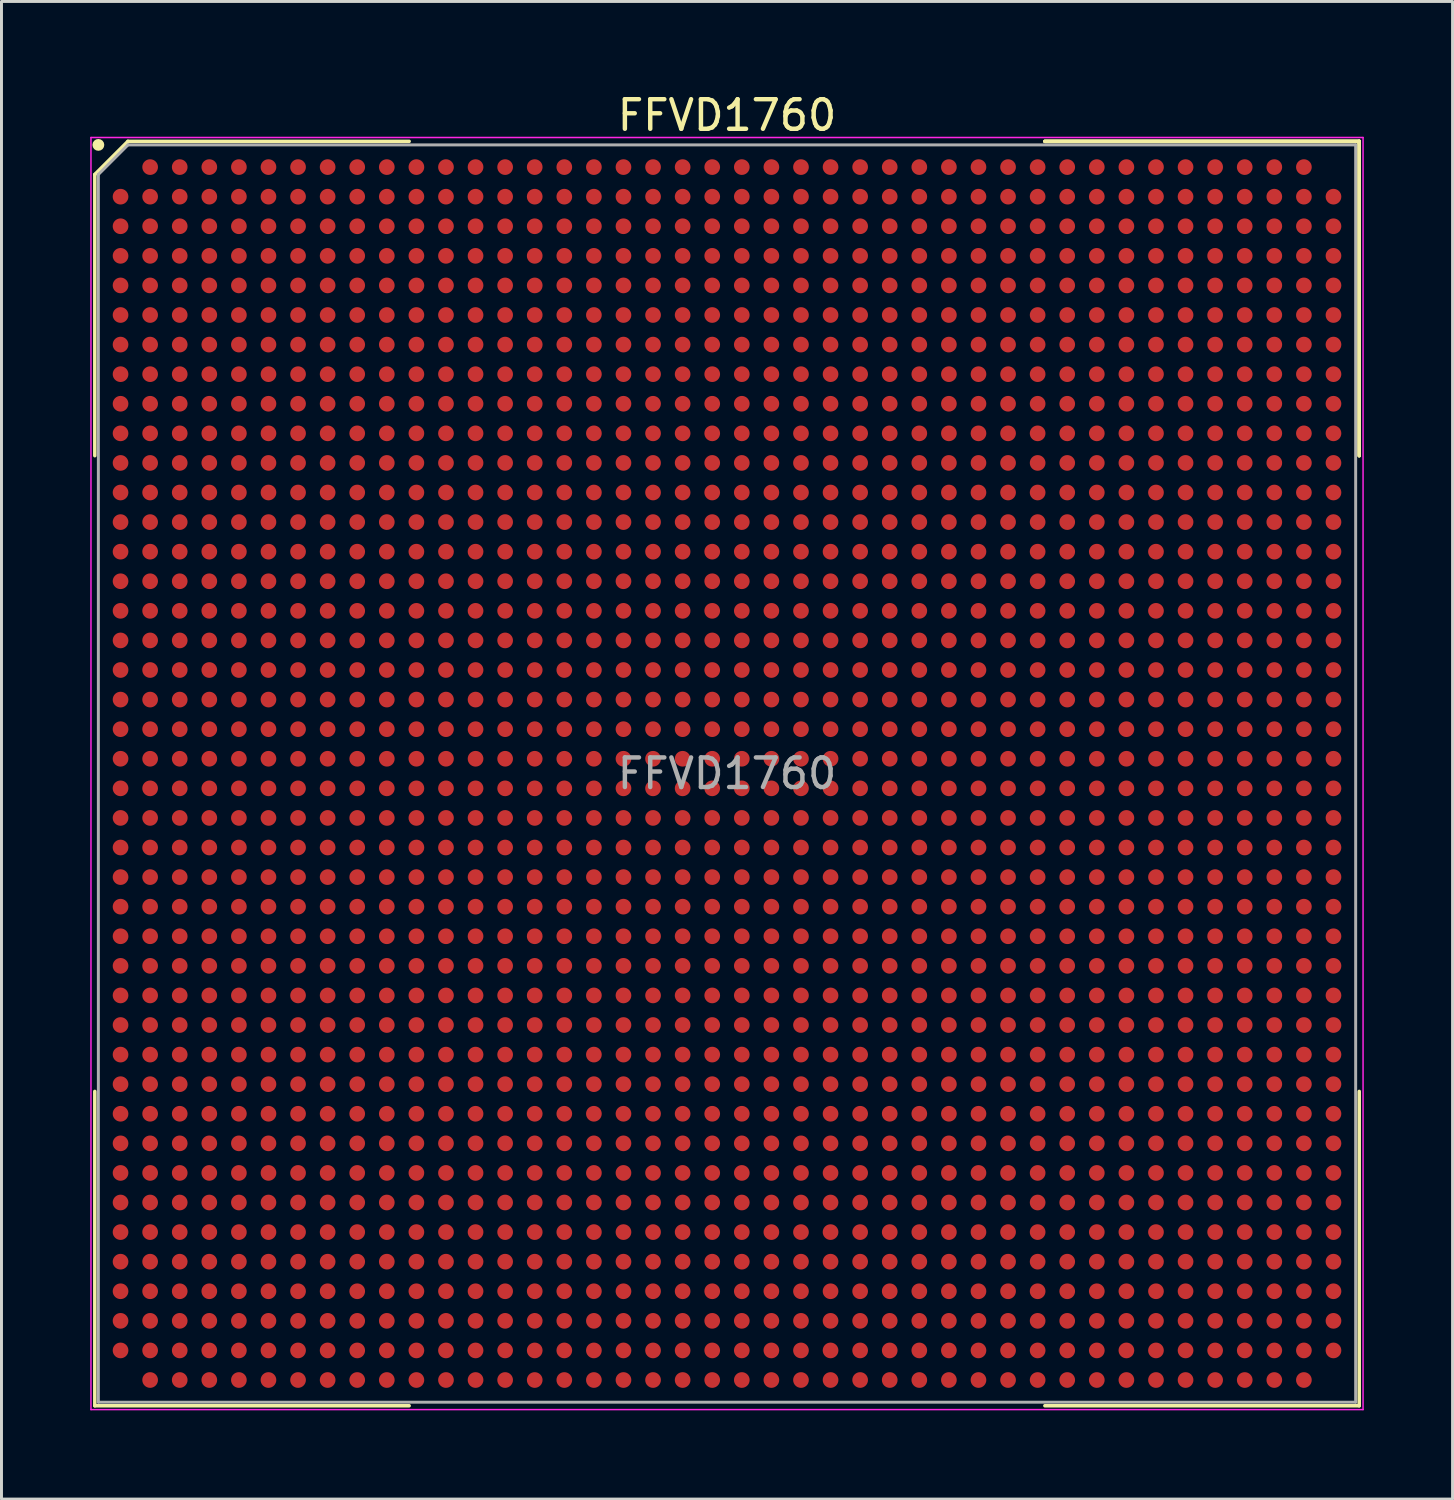
<source format=kicad_pcb>
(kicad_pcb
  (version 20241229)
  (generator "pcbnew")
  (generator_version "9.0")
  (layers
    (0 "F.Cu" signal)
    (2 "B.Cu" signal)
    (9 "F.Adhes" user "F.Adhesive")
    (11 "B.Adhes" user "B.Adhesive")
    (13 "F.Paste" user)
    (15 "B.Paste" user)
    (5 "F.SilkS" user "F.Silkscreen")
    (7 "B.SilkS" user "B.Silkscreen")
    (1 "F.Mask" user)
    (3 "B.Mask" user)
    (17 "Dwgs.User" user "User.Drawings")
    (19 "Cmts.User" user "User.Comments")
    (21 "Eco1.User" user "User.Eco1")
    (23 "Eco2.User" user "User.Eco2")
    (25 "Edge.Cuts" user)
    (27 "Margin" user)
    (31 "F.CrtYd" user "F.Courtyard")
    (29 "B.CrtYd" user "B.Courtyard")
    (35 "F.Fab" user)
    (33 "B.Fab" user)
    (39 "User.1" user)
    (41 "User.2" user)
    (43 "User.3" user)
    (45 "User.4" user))
  (footprint "FFVD1760"
    (layer "F.Cu")
    (at 21.525 23.098)
    (property "Reference" "FFVD1760" (at 0 -22.25 0) (layer "F.SilkS") (effects (font (size 1 1) (thickness 0.15))))
    (attr smd)
    (fp_line (start -21.37 -20.25) (end -21.37 -10.745) (stroke (width 0.12) (type solid)) (layer "F.SilkS"))
    (fp_line (start -21.37 21.37) (end -21.37 10.745) (stroke (width 0.12) (type solid)) (layer "F.SilkS"))
    (fp_line (start -20.25 -21.37) (end -21.37 -20.25) (stroke (width 0.12) (type solid)) (layer "F.SilkS"))
    (fp_line (start -10.745 -21.37) (end -20.25 -21.37) (stroke (width 0.12) (type solid)) (layer "F.SilkS"))
    (fp_line (start -10.745 21.37) (end -21.37 21.37) (stroke (width 0.12) (type solid)) (layer "F.SilkS"))
    (fp_line (start 10.745 -21.37) (end 21.37 -21.37) (stroke (width 0.12) (type solid)) (layer "F.SilkS"))
    (fp_line (start 10.745 -21.37) (end 21.37 -21.37) (stroke (width 0.12) (type solid)) (layer "F.SilkS"))
    (fp_line (start 10.745 -21.37) (end 21.37 -21.37) (stroke (width 0.12) (type solid)) (layer "F.SilkS"))
    (fp_line (start 10.745 21.37) (end 21.37 21.37) (stroke (width 0.12) (type solid)) (layer "F.SilkS"))
    (fp_line (start 21.37 -21.37) (end 21.37 -10.745) (stroke (width 0.12) (type solid)) (layer "F.SilkS"))
    (fp_line (start 21.37 -21.37) (end 21.37 -10.745) (stroke (width 0.12) (type solid)) (layer "F.SilkS"))
    (fp_line (start 21.37 -21.37) (end 21.37 -10.745) (stroke (width 0.12) (type solid)) (layer "F.SilkS"))
    (fp_line (start 21.37 21.37) (end 21.37 10.745) (stroke (width 0.12) (type solid)) (layer "F.SilkS"))
    (fp_circle (center -21.25 -21.25) (end -21.25 -21.15) (stroke (width 0.2) (type solid)) (fill no) (layer "F.SilkS"))
    (fp_line (start -21.5 -21.5) (end 21.5 -21.5) (stroke (width 0.05) (type solid)) (layer "F.CrtYd"))
    (fp_line (start -21.5 21.5) (end -21.5 -21.5) (stroke (width 0.05) (type solid)) (layer "F.CrtYd"))
    (fp_line (start 21.5 -21.5) (end 21.5 21.5) (stroke (width 0.05) (type solid)) (layer "F.CrtYd"))
    (fp_line (start 21.5 21.5) (end -21.5 21.5) (stroke (width 0.05) (type solid)) (layer "F.CrtYd"))
    (fp_line (start -21.25 -20.25) (end -21.25 21.25) (stroke (width 0.1) (type solid)) (layer "F.Fab"))
    (fp_line (start -21.25 21.25) (end 21.25 21.25) (stroke (width 0.1) (type solid)) (layer "F.Fab"))
    (fp_line (start -20.25 -21.25) (end -21.25 -20.25) (stroke (width 0.1) (type solid)) (layer "F.Fab"))
    (fp_line (start 21.25 -21.25) (end -20.25 -21.25) (stroke (width 0.1) (type solid)) (layer "F.Fab"))
    (fp_line (start 21.25 21.25) (end 21.25 -21.25) (stroke (width 0.1) (type solid)) (layer "F.Fab"))
    (fp_text user "${REFERENCE}" (at 0 0 0) (layer "F.Fab") (effects (font (size 1 1) (thickness 0.15))))
    (pad "A2" smd circle (at -19.5 -20.5) (size 0.53 0.53) (layers "F.Cu" "F.Mask" "F.Paste"))
    (pad "A3" smd circle (at -18.5 -20.5) (size 0.53 0.53) (layers "F.Cu" "F.Mask" "F.Paste"))
    (pad "A4" smd circle (at -17.5 -20.5) (size 0.53 0.53) (layers "F.Cu" "F.Mask" "F.Paste"))
    (pad "A5" smd circle (at -16.5 -20.5) (size 0.53 0.53) (layers "F.Cu" "F.Mask" "F.Paste"))
    (pad "A6" smd circle (at -15.5 -20.5) (size 0.53 0.53) (layers "F.Cu" "F.Mask" "F.Paste"))
    (pad "A7" smd circle (at -14.5 -20.5) (size 0.53 0.53) (layers "F.Cu" "F.Mask" "F.Paste"))
    (pad "A8" smd circle (at -13.5 -20.5) (size 0.53 0.53) (layers "F.Cu" "F.Mask" "F.Paste"))
    (pad "A9" smd circle (at -12.5 -20.5) (size 0.53 0.53) (layers "F.Cu" "F.Mask" "F.Paste"))
    (pad "A10" smd circle (at -11.5 -20.5) (size 0.53 0.53) (layers "F.Cu" "F.Mask" "F.Paste"))
    (pad "A11" smd circle (at -10.5 -20.5) (size 0.53 0.53) (layers "F.Cu" "F.Mask" "F.Paste"))
    (pad "A12" smd circle (at -9.5 -20.5) (size 0.53 0.53) (layers "F.Cu" "F.Mask" "F.Paste"))
    (pad "A13" smd circle (at -8.5 -20.5) (size 0.53 0.53) (layers "F.Cu" "F.Mask" "F.Paste"))
    (pad "A14" smd circle (at -7.5 -20.5) (size 0.53 0.53) (layers "F.Cu" "F.Mask" "F.Paste"))
    (pad "A15" smd circle (at -6.5 -20.5) (size 0.53 0.53) (layers "F.Cu" "F.Mask" "F.Paste"))
    (pad "A16" smd circle (at -5.5 -20.5) (size 0.53 0.53) (layers "F.Cu" "F.Mask" "F.Paste"))
    (pad "A17" smd circle (at -4.5 -20.5) (size 0.53 0.53) (layers "F.Cu" "F.Mask" "F.Paste"))
    (pad "A18" smd circle (at -3.5 -20.5) (size 0.53 0.53) (layers "F.Cu" "F.Mask" "F.Paste"))
    (pad "A19" smd circle (at -2.5 -20.5) (size 0.53 0.53) (layers "F.Cu" "F.Mask" "F.Paste"))
    (pad "A20" smd circle (at -1.5 -20.5) (size 0.53 0.53) (layers "F.Cu" "F.Mask" "F.Paste"))
    (pad "A21" smd circle (at -0.5 -20.5) (size 0.53 0.53) (layers "F.Cu" "F.Mask" "F.Paste"))
    (pad "A22" smd circle (at 0.5 -20.5) (size 0.53 0.53) (layers "F.Cu" "F.Mask" "F.Paste"))
    (pad "A23" smd circle (at 1.5 -20.5) (size 0.53 0.53) (layers "F.Cu" "F.Mask" "F.Paste"))
    (pad "A24" smd circle (at 2.5 -20.5) (size 0.53 0.53) (layers "F.Cu" "F.Mask" "F.Paste"))
    (pad "A25" smd circle (at 3.5 -20.5) (size 0.53 0.53) (layers "F.Cu" "F.Mask" "F.Paste"))
    (pad "A26" smd circle (at 4.5 -20.5) (size 0.53 0.53) (layers "F.Cu" "F.Mask" "F.Paste"))
    (pad "A27" smd circle (at 5.5 -20.5) (size 0.53 0.53) (layers "F.Cu" "F.Mask" "F.Paste"))
    (pad "A28" smd circle (at 6.5 -20.5) (size 0.53 0.53) (layers "F.Cu" "F.Mask" "F.Paste"))
    (pad "A29" smd circle (at 7.5 -20.5) (size 0.53 0.53) (layers "F.Cu" "F.Mask" "F.Paste"))
    (pad "A30" smd circle (at 8.5 -20.5) (size 0.53 0.53) (layers "F.Cu" "F.Mask" "F.Paste"))
    (pad "A31" smd circle (at 9.5 -20.5) (size 0.53 0.53) (layers "F.Cu" "F.Mask" "F.Paste"))
    (pad "A32" smd circle (at 10.5 -20.5) (size 0.53 0.53) (layers "F.Cu" "F.Mask" "F.Paste"))
    (pad "A33" smd circle (at 11.5 -20.5) (size 0.53 0.53) (layers "F.Cu" "F.Mask" "F.Paste"))
    (pad "A34" smd circle (at 12.5 -20.5) (size 0.53 0.53) (layers "F.Cu" "F.Mask" "F.Paste"))
    (pad "A35" smd circle (at 13.5 -20.5) (size 0.53 0.53) (layers "F.Cu" "F.Mask" "F.Paste"))
    (pad "A36" smd circle (at 14.5 -20.5) (size 0.53 0.53) (layers "F.Cu" "F.Mask" "F.Paste"))
    (pad "A37" smd circle (at 15.5 -20.5) (size 0.53 0.53) (layers "F.Cu" "F.Mask" "F.Paste"))
    (pad "A38" smd circle (at 16.5 -20.5) (size 0.53 0.53) (layers "F.Cu" "F.Mask" "F.Paste"))
    (pad "A39" smd circle (at 17.5 -20.5) (size 0.53 0.53) (layers "F.Cu" "F.Mask" "F.Paste"))
    (pad "A40" smd circle (at 18.5 -20.5) (size 0.53 0.53) (layers "F.Cu" "F.Mask" "F.Paste"))
    (pad "A41" smd circle (at 19.5 -20.5) (size 0.53 0.53) (layers "F.Cu" "F.Mask" "F.Paste"))
    (pad "AA1" smd circle (at -20.5 -0.5) (size 0.53 0.53) (layers "F.Cu" "F.Mask" "F.Paste"))
    (pad "AA2" smd circle (at -19.5 -0.5) (size 0.53 0.53) (layers "F.Cu" "F.Mask" "F.Paste"))
    (pad "AA3" smd circle (at -18.5 -0.5) (size 0.53 0.53) (layers "F.Cu" "F.Mask" "F.Paste"))
    (pad "AA4" smd circle (at -17.5 -0.5) (size 0.53 0.53) (layers "F.Cu" "F.Mask" "F.Paste"))
    (pad "AA5" smd circle (at -16.5 -0.5) (size 0.53 0.53) (layers "F.Cu" "F.Mask" "F.Paste"))
    (pad "AA6" smd circle (at -15.5 -0.5) (size 0.53 0.53) (layers "F.Cu" "F.Mask" "F.Paste"))
    (pad "AA7" smd circle (at -14.5 -0.5) (size 0.53 0.53) (layers "F.Cu" "F.Mask" "F.Paste"))
    (pad "AA8" smd circle (at -13.5 -0.5) (size 0.53 0.53) (layers "F.Cu" "F.Mask" "F.Paste"))
    (pad "AA9" smd circle (at -12.5 -0.5) (size 0.53 0.53) (layers "F.Cu" "F.Mask" "F.Paste"))
    (pad "AA10" smd circle (at -11.5 -0.5) (size 0.53 0.53) (layers "F.Cu" "F.Mask" "F.Paste"))
    (pad "AA11" smd circle (at -10.5 -0.5) (size 0.53 0.53) (layers "F.Cu" "F.Mask" "F.Paste"))
    (pad "AA12" smd circle (at -9.5 -0.5) (size 0.53 0.53) (layers "F.Cu" "F.Mask" "F.Paste"))
    (pad "AA13" smd circle (at -8.5 -0.5) (size 0.53 0.53) (layers "F.Cu" "F.Mask" "F.Paste"))
    (pad "AA14" smd circle (at -7.5 -0.5) (size 0.53 0.53) (layers "F.Cu" "F.Mask" "F.Paste"))
    (pad "AA15" smd circle (at -6.5 -0.5) (size 0.53 0.53) (layers "F.Cu" "F.Mask" "F.Paste"))
    (pad "AA16" smd circle (at -5.5 -0.5) (size 0.53 0.53) (layers "F.Cu" "F.Mask" "F.Paste"))
    (pad "AA17" smd circle (at -4.5 -0.5) (size 0.53 0.53) (layers "F.Cu" "F.Mask" "F.Paste"))
    (pad "AA18" smd circle (at -3.5 -0.5) (size 0.53 0.53) (layers "F.Cu" "F.Mask" "F.Paste"))
    (pad "AA19" smd circle (at -2.5 -0.5) (size 0.53 0.53) (layers "F.Cu" "F.Mask" "F.Paste"))
    (pad "AA20" smd circle (at -1.5 -0.5) (size 0.53 0.53) (layers "F.Cu" "F.Mask" "F.Paste"))
    (pad "AA21" smd circle (at -0.5 -0.5) (size 0.53 0.53) (layers "F.Cu" "F.Mask" "F.Paste"))
    (pad "AA22" smd circle (at 0.5 -0.5) (size 0.53 0.53) (layers "F.Cu" "F.Mask" "F.Paste"))
    (pad "AA23" smd circle (at 1.5 -0.5) (size 0.53 0.53) (layers "F.Cu" "F.Mask" "F.Paste"))
    (pad "AA24" smd circle (at 2.5 -0.5) (size 0.53 0.53) (layers "F.Cu" "F.Mask" "F.Paste"))
    (pad "AA25" smd circle (at 3.5 -0.5) (size 0.53 0.53) (layers "F.Cu" "F.Mask" "F.Paste"))
    (pad "AA26" smd circle (at 4.5 -0.5) (size 0.53 0.53) (layers "F.Cu" "F.Mask" "F.Paste"))
    (pad "AA27" smd circle (at 5.5 -0.5) (size 0.53 0.53) (layers "F.Cu" "F.Mask" "F.Paste"))
    (pad "AA28" smd circle (at 6.5 -0.5) (size 0.53 0.53) (layers "F.Cu" "F.Mask" "F.Paste"))
    (pad "AA29" smd circle (at 7.5 -0.5) (size 0.53 0.53) (layers "F.Cu" "F.Mask" "F.Paste"))
    (pad "AA30" smd circle (at 8.5 -0.5) (size 0.53 0.53) (layers "F.Cu" "F.Mask" "F.Paste"))
    (pad "AA31" smd circle (at 9.5 -0.5) (size 0.53 0.53) (layers "F.Cu" "F.Mask" "F.Paste"))
    (pad "AA32" smd circle (at 10.5 -0.5) (size 0.53 0.53) (layers "F.Cu" "F.Mask" "F.Paste"))
    (pad "AA33" smd circle (at 11.5 -0.5) (size 0.53 0.53) (layers "F.Cu" "F.Mask" "F.Paste"))
    (pad "AA34" smd circle (at 12.5 -0.5) (size 0.53 0.53) (layers "F.Cu" "F.Mask" "F.Paste"))
    (pad "AA35" smd circle (at 13.5 -0.5) (size 0.53 0.53) (layers "F.Cu" "F.Mask" "F.Paste"))
    (pad "AA36" smd circle (at 14.5 -0.5) (size 0.53 0.53) (layers "F.Cu" "F.Mask" "F.Paste"))
    (pad "AA37" smd circle (at 15.5 -0.5) (size 0.53 0.53) (layers "F.Cu" "F.Mask" "F.Paste"))
    (pad "AA38" smd circle (at 16.5 -0.5) (size 0.53 0.53) (layers "F.Cu" "F.Mask" "F.Paste"))
    (pad "AA39" smd circle (at 17.5 -0.5) (size 0.53 0.53) (layers "F.Cu" "F.Mask" "F.Paste"))
    (pad "AA40" smd circle (at 18.5 -0.5) (size 0.53 0.53) (layers "F.Cu" "F.Mask" "F.Paste"))
    (pad "AA41" smd circle (at 19.5 -0.5) (size 0.53 0.53) (layers "F.Cu" "F.Mask" "F.Paste"))
    (pad "AA42" smd circle (at 20.5 -0.5) (size 0.53 0.53) (layers "F.Cu" "F.Mask" "F.Paste"))
    (pad "AB1" smd circle (at -20.5 0.5) (size 0.53 0.53) (layers "F.Cu" "F.Mask" "F.Paste"))
    (pad "AB2" smd circle (at -19.5 0.5) (size 0.53 0.53) (layers "F.Cu" "F.Mask" "F.Paste"))
    (pad "AB3" smd circle (at -18.5 0.5) (size 0.53 0.53) (layers "F.Cu" "F.Mask" "F.Paste"))
    (pad "AB4" smd circle (at -17.5 0.5) (size 0.53 0.53) (layers "F.Cu" "F.Mask" "F.Paste"))
    (pad "AB5" smd circle (at -16.5 0.5) (size 0.53 0.53) (layers "F.Cu" "F.Mask" "F.Paste"))
    (pad "AB6" smd circle (at -15.5 0.5) (size 0.53 0.53) (layers "F.Cu" "F.Mask" "F.Paste"))
    (pad "AB7" smd circle (at -14.5 0.5) (size 0.53 0.53) (layers "F.Cu" "F.Mask" "F.Paste"))
    (pad "AB8" smd circle (at -13.5 0.5) (size 0.53 0.53) (layers "F.Cu" "F.Mask" "F.Paste"))
    (pad "AB9" smd circle (at -12.5 0.5) (size 0.53 0.53) (layers "F.Cu" "F.Mask" "F.Paste"))
    (pad "AB10" smd circle (at -11.5 0.5) (size 0.53 0.53) (layers "F.Cu" "F.Mask" "F.Paste"))
    (pad "AB11" smd circle (at -10.5 0.5) (size 0.53 0.53) (layers "F.Cu" "F.Mask" "F.Paste"))
    (pad "AB12" smd circle (at -9.5 0.5) (size 0.53 0.53) (layers "F.Cu" "F.Mask" "F.Paste"))
    (pad "AB13" smd circle (at -8.5 0.5) (size 0.53 0.53) (layers "F.Cu" "F.Mask" "F.Paste"))
    (pad "AB14" smd circle (at -7.5 0.5) (size 0.53 0.53) (layers "F.Cu" "F.Mask" "F.Paste"))
    (pad "AB15" smd circle (at -6.5 0.5) (size 0.53 0.53) (layers "F.Cu" "F.Mask" "F.Paste"))
    (pad "AB16" smd circle (at -5.5 0.5) (size 0.53 0.53) (layers "F.Cu" "F.Mask" "F.Paste"))
    (pad "AB17" smd circle (at -4.5 0.5) (size 0.53 0.53) (layers "F.Cu" "F.Mask" "F.Paste"))
    (pad "AB18" smd circle (at -3.5 0.5) (size 0.53 0.53) (layers "F.Cu" "F.Mask" "F.Paste"))
    (pad "AB19" smd circle (at -2.5 0.5) (size 0.53 0.53) (layers "F.Cu" "F.Mask" "F.Paste"))
    (pad "AB20" smd circle (at -1.5 0.5) (size 0.53 0.53) (layers "F.Cu" "F.Mask" "F.Paste"))
    (pad "AB21" smd circle (at -0.5 0.5) (size 0.53 0.53) (layers "F.Cu" "F.Mask" "F.Paste"))
    (pad "AB22" smd circle (at 0.5 0.5) (size 0.53 0.53) (layers "F.Cu" "F.Mask" "F.Paste"))
    (pad "AB23" smd circle (at 1.5 0.5) (size 0.53 0.53) (layers "F.Cu" "F.Mask" "F.Paste"))
    (pad "AB24" smd circle (at 2.5 0.5) (size 0.53 0.53) (layers "F.Cu" "F.Mask" "F.Paste"))
    (pad "AB25" smd circle (at 3.5 0.5) (size 0.53 0.53) (layers "F.Cu" "F.Mask" "F.Paste"))
    (pad "AB26" smd circle (at 4.5 0.5) (size 0.53 0.53) (layers "F.Cu" "F.Mask" "F.Paste"))
    (pad "AB27" smd circle (at 5.5 0.5) (size 0.53 0.53) (layers "F.Cu" "F.Mask" "F.Paste"))
    (pad "AB28" smd circle (at 6.5 0.5) (size 0.53 0.53) (layers "F.Cu" "F.Mask" "F.Paste"))
    (pad "AB29" smd circle (at 7.5 0.5) (size 0.53 0.53) (layers "F.Cu" "F.Mask" "F.Paste"))
    (pad "AB30" smd circle (at 8.5 0.5) (size 0.53 0.53) (layers "F.Cu" "F.Mask" "F.Paste"))
    (pad "AB31" smd circle (at 9.5 0.5) (size 0.53 0.53) (layers "F.Cu" "F.Mask" "F.Paste"))
    (pad "AB32" smd circle (at 10.5 0.5) (size 0.53 0.53) (layers "F.Cu" "F.Mask" "F.Paste"))
    (pad "AB33" smd circle (at 11.5 0.5) (size 0.53 0.53) (layers "F.Cu" "F.Mask" "F.Paste"))
    (pad "AB34" smd circle (at 12.5 0.5) (size 0.53 0.53) (layers "F.Cu" "F.Mask" "F.Paste"))
    (pad "AB35" smd circle (at 13.5 0.5) (size 0.53 0.53) (layers "F.Cu" "F.Mask" "F.Paste"))
    (pad "AB36" smd circle (at 14.5 0.5) (size 0.53 0.53) (layers "F.Cu" "F.Mask" "F.Paste"))
    (pad "AB37" smd circle (at 15.5 0.5) (size 0.53 0.53) (layers "F.Cu" "F.Mask" "F.Paste"))
    (pad "AB38" smd circle (at 16.5 0.5) (size 0.53 0.53) (layers "F.Cu" "F.Mask" "F.Paste"))
    (pad "AB39" smd circle (at 17.5 0.5) (size 0.53 0.53) (layers "F.Cu" "F.Mask" "F.Paste"))
    (pad "AB40" smd circle (at 18.5 0.5) (size 0.53 0.53) (layers "F.Cu" "F.Mask" "F.Paste"))
    (pad "AB41" smd circle (at 19.5 0.5) (size 0.53 0.53) (layers "F.Cu" "F.Mask" "F.Paste"))
    (pad "AB42" smd circle (at 20.5 0.5) (size 0.53 0.53) (layers "F.Cu" "F.Mask" "F.Paste"))
    (pad "AC1" smd circle (at -20.5 1.5) (size 0.53 0.53) (layers "F.Cu" "F.Mask" "F.Paste"))
    (pad "AC2" smd circle (at -19.5 1.5) (size 0.53 0.53) (layers "F.Cu" "F.Mask" "F.Paste"))
    (pad "AC3" smd circle (at -18.5 1.5) (size 0.53 0.53) (layers "F.Cu" "F.Mask" "F.Paste"))
    (pad "AC4" smd circle (at -17.5 1.5) (size 0.53 0.53) (layers "F.Cu" "F.Mask" "F.Paste"))
    (pad "AC5" smd circle (at -16.5 1.5) (size 0.53 0.53) (layers "F.Cu" "F.Mask" "F.Paste"))
    (pad "AC6" smd circle (at -15.5 1.5) (size 0.53 0.53) (layers "F.Cu" "F.Mask" "F.Paste"))
    (pad "AC7" smd circle (at -14.5 1.5) (size 0.53 0.53) (layers "F.Cu" "F.Mask" "F.Paste"))
    (pad "AC8" smd circle (at -13.5 1.5) (size 0.53 0.53) (layers "F.Cu" "F.Mask" "F.Paste"))
    (pad "AC9" smd circle (at -12.5 1.5) (size 0.53 0.53) (layers "F.Cu" "F.Mask" "F.Paste"))
    (pad "AC10" smd circle (at -11.5 1.5) (size 0.53 0.53) (layers "F.Cu" "F.Mask" "F.Paste"))
    (pad "AC11" smd circle (at -10.5 1.5) (size 0.53 0.53) (layers "F.Cu" "F.Mask" "F.Paste"))
    (pad "AC12" smd circle (at -9.5 1.5) (size 0.53 0.53) (layers "F.Cu" "F.Mask" "F.Paste"))
    (pad "AC13" smd circle (at -8.5 1.5) (size 0.53 0.53) (layers "F.Cu" "F.Mask" "F.Paste"))
    (pad "AC14" smd circle (at -7.5 1.5) (size 0.53 0.53) (layers "F.Cu" "F.Mask" "F.Paste"))
    (pad "AC15" smd circle (at -6.5 1.5) (size 0.53 0.53) (layers "F.Cu" "F.Mask" "F.Paste"))
    (pad "AC16" smd circle (at -5.5 1.5) (size 0.53 0.53) (layers "F.Cu" "F.Mask" "F.Paste"))
    (pad "AC17" smd circle (at -4.5 1.5) (size 0.53 0.53) (layers "F.Cu" "F.Mask" "F.Paste"))
    (pad "AC18" smd circle (at -3.5 1.5) (size 0.53 0.53) (layers "F.Cu" "F.Mask" "F.Paste"))
    (pad "AC19" smd circle (at -2.5 1.5) (size 0.53 0.53) (layers "F.Cu" "F.Mask" "F.Paste"))
    (pad "AC20" smd circle (at -1.5 1.5) (size 0.53 0.53) (layers "F.Cu" "F.Mask" "F.Paste"))
    (pad "AC21" smd circle (at -0.5 1.5) (size 0.53 0.53) (layers "F.Cu" "F.Mask" "F.Paste"))
    (pad "AC22" smd circle (at 0.5 1.5) (size 0.53 0.53) (layers "F.Cu" "F.Mask" "F.Paste"))
    (pad "AC23" smd circle (at 1.5 1.5) (size 0.53 0.53) (layers "F.Cu" "F.Mask" "F.Paste"))
    (pad "AC24" smd circle (at 2.5 1.5) (size 0.53 0.53) (layers "F.Cu" "F.Mask" "F.Paste"))
    (pad "AC25" smd circle (at 3.5 1.5) (size 0.53 0.53) (layers "F.Cu" "F.Mask" "F.Paste"))
    (pad "AC26" smd circle (at 4.5 1.5) (size 0.53 0.53) (layers "F.Cu" "F.Mask" "F.Paste"))
    (pad "AC27" smd circle (at 5.5 1.5) (size 0.53 0.53) (layers "F.Cu" "F.Mask" "F.Paste"))
    (pad "AC28" smd circle (at 6.5 1.5) (size 0.53 0.53) (layers "F.Cu" "F.Mask" "F.Paste"))
    (pad "AC29" smd circle (at 7.5 1.5) (size 0.53 0.53) (layers "F.Cu" "F.Mask" "F.Paste"))
    (pad "AC30" smd circle (at 8.5 1.5) (size 0.53 0.53) (layers "F.Cu" "F.Mask" "F.Paste"))
    (pad "AC31" smd circle (at 9.5 1.5) (size 0.53 0.53) (layers "F.Cu" "F.Mask" "F.Paste"))
    (pad "AC32" smd circle (at 10.5 1.5) (size 0.53 0.53) (layers "F.Cu" "F.Mask" "F.Paste"))
    (pad "AC33" smd circle (at 11.5 1.5) (size 0.53 0.53) (layers "F.Cu" "F.Mask" "F.Paste"))
    (pad "AC34" smd circle (at 12.5 1.5) (size 0.53 0.53) (layers "F.Cu" "F.Mask" "F.Paste"))
    (pad "AC35" smd circle (at 13.5 1.5) (size 0.53 0.53) (layers "F.Cu" "F.Mask" "F.Paste"))
    (pad "AC36" smd circle (at 14.5 1.5) (size 0.53 0.53) (layers "F.Cu" "F.Mask" "F.Paste"))
    (pad "AC37" smd circle (at 15.5 1.5) (size 0.53 0.53) (layers "F.Cu" "F.Mask" "F.Paste"))
    (pad "AC38" smd circle (at 16.5 1.5) (size 0.53 0.53) (layers "F.Cu" "F.Mask" "F.Paste"))
    (pad "AC39" smd circle (at 17.5 1.5) (size 0.53 0.53) (layers "F.Cu" "F.Mask" "F.Paste"))
    (pad "AC40" smd circle (at 18.5 1.5) (size 0.53 0.53) (layers "F.Cu" "F.Mask" "F.Paste"))
    (pad "AC41" smd circle (at 19.5 1.5) (size 0.53 0.53) (layers "F.Cu" "F.Mask" "F.Paste"))
    (pad "AC42" smd circle (at 20.5 1.5) (size 0.53 0.53) (layers "F.Cu" "F.Mask" "F.Paste"))
    (pad "AD1" smd circle (at -20.5 2.5) (size 0.53 0.53) (layers "F.Cu" "F.Mask" "F.Paste"))
    (pad "AD2" smd circle (at -19.5 2.5) (size 0.53 0.53) (layers "F.Cu" "F.Mask" "F.Paste"))
    (pad "AD3" smd circle (at -18.5 2.5) (size 0.53 0.53) (layers "F.Cu" "F.Mask" "F.Paste"))
    (pad "AD4" smd circle (at -17.5 2.5) (size 0.53 0.53) (layers "F.Cu" "F.Mask" "F.Paste"))
    (pad "AD5" smd circle (at -16.5 2.5) (size 0.53 0.53) (layers "F.Cu" "F.Mask" "F.Paste"))
    (pad "AD6" smd circle (at -15.5 2.5) (size 0.53 0.53) (layers "F.Cu" "F.Mask" "F.Paste"))
    (pad "AD7" smd circle (at -14.5 2.5) (size 0.53 0.53) (layers "F.Cu" "F.Mask" "F.Paste"))
    (pad "AD8" smd circle (at -13.5 2.5) (size 0.53 0.53) (layers "F.Cu" "F.Mask" "F.Paste"))
    (pad "AD9" smd circle (at -12.5 2.5) (size 0.53 0.53) (layers "F.Cu" "F.Mask" "F.Paste"))
    (pad "AD10" smd circle (at -11.5 2.5) (size 0.53 0.53) (layers "F.Cu" "F.Mask" "F.Paste"))
    (pad "AD11" smd circle (at -10.5 2.5) (size 0.53 0.53) (layers "F.Cu" "F.Mask" "F.Paste"))
    (pad "AD12" smd circle (at -9.5 2.5) (size 0.53 0.53) (layers "F.Cu" "F.Mask" "F.Paste"))
    (pad "AD13" smd circle (at -8.5 2.5) (size 0.53 0.53) (layers "F.Cu" "F.Mask" "F.Paste"))
    (pad "AD14" smd circle (at -7.5 2.5) (size 0.53 0.53) (layers "F.Cu" "F.Mask" "F.Paste"))
    (pad "AD15" smd circle (at -6.5 2.5) (size 0.53 0.53) (layers "F.Cu" "F.Mask" "F.Paste"))
    (pad "AD16" smd circle (at -5.5 2.5) (size 0.53 0.53) (layers "F.Cu" "F.Mask" "F.Paste"))
    (pad "AD17" smd circle (at -4.5 2.5) (size 0.53 0.53) (layers "F.Cu" "F.Mask" "F.Paste"))
    (pad "AD18" smd circle (at -3.5 2.5) (size 0.53 0.53) (layers "F.Cu" "F.Mask" "F.Paste"))
    (pad "AD19" smd circle (at -2.5 2.5) (size 0.53 0.53) (layers "F.Cu" "F.Mask" "F.Paste"))
    (pad "AD20" smd circle (at -1.5 2.5) (size 0.53 0.53) (layers "F.Cu" "F.Mask" "F.Paste"))
    (pad "AD21" smd circle (at -0.5 2.5) (size 0.53 0.53) (layers "F.Cu" "F.Mask" "F.Paste"))
    (pad "AD22" smd circle (at 0.5 2.5) (size 0.53 0.53) (layers "F.Cu" "F.Mask" "F.Paste"))
    (pad "AD23" smd circle (at 1.5 2.5) (size 0.53 0.53) (layers "F.Cu" "F.Mask" "F.Paste"))
    (pad "AD24" smd circle (at 2.5 2.5) (size 0.53 0.53) (layers "F.Cu" "F.Mask" "F.Paste"))
    (pad "AD25" smd circle (at 3.5 2.5) (size 0.53 0.53) (layers "F.Cu" "F.Mask" "F.Paste"))
    (pad "AD26" smd circle (at 4.5 2.5) (size 0.53 0.53) (layers "F.Cu" "F.Mask" "F.Paste"))
    (pad "AD27" smd circle (at 5.5 2.5) (size 0.53 0.53) (layers "F.Cu" "F.Mask" "F.Paste"))
    (pad "AD28" smd circle (at 6.5 2.5) (size 0.53 0.53) (layers "F.Cu" "F.Mask" "F.Paste"))
    (pad "AD29" smd circle (at 7.5 2.5) (size 0.53 0.53) (layers "F.Cu" "F.Mask" "F.Paste"))
    (pad "AD30" smd circle (at 8.5 2.5) (size 0.53 0.53) (layers "F.Cu" "F.Mask" "F.Paste"))
    (pad "AD31" smd circle (at 9.5 2.5) (size 0.53 0.53) (layers "F.Cu" "F.Mask" "F.Paste"))
    (pad "AD32" smd circle (at 10.5 2.5) (size 0.53 0.53) (layers "F.Cu" "F.Mask" "F.Paste"))
    (pad "AD33" smd circle (at 11.5 2.5) (size 0.53 0.53) (layers "F.Cu" "F.Mask" "F.Paste"))
    (pad "AD34" smd circle (at 12.5 2.5) (size 0.53 0.53) (layers "F.Cu" "F.Mask" "F.Paste"))
    (pad "AD35" smd circle (at 13.5 2.5) (size 0.53 0.53) (layers "F.Cu" "F.Mask" "F.Paste"))
    (pad "AD36" smd circle (at 14.5 2.5) (size 0.53 0.53) (layers "F.Cu" "F.Mask" "F.Paste"))
    (pad "AD37" smd circle (at 15.5 2.5) (size 0.53 0.53) (layers "F.Cu" "F.Mask" "F.Paste"))
    (pad "AD38" smd circle (at 16.5 2.5) (size 0.53 0.53) (layers "F.Cu" "F.Mask" "F.Paste"))
    (pad "AD39" smd circle (at 17.5 2.5) (size 0.53 0.53) (layers "F.Cu" "F.Mask" "F.Paste"))
    (pad "AD40" smd circle (at 18.5 2.5) (size 0.53 0.53) (layers "F.Cu" "F.Mask" "F.Paste"))
    (pad "AD41" smd circle (at 19.5 2.5) (size 0.53 0.53) (layers "F.Cu" "F.Mask" "F.Paste"))
    (pad "AD42" smd circle (at 20.5 2.5) (size 0.53 0.53) (layers "F.Cu" "F.Mask" "F.Paste"))
    (pad "AE1" smd circle (at -20.5 3.5) (size 0.53 0.53) (layers "F.Cu" "F.Mask" "F.Paste"))
    (pad "AE2" smd circle (at -19.5 3.5) (size 0.53 0.53) (layers "F.Cu" "F.Mask" "F.Paste"))
    (pad "AE3" smd circle (at -18.5 3.5) (size 0.53 0.53) (layers "F.Cu" "F.Mask" "F.Paste"))
    (pad "AE4" smd circle (at -17.5 3.5) (size 0.53 0.53) (layers "F.Cu" "F.Mask" "F.Paste"))
    (pad "AE5" smd circle (at -16.5 3.5) (size 0.53 0.53) (layers "F.Cu" "F.Mask" "F.Paste"))
    (pad "AE6" smd circle (at -15.5 3.5) (size 0.53 0.53) (layers "F.Cu" "F.Mask" "F.Paste"))
    (pad "AE7" smd circle (at -14.5 3.5) (size 0.53 0.53) (layers "F.Cu" "F.Mask" "F.Paste"))
    (pad "AE8" smd circle (at -13.5 3.5) (size 0.53 0.53) (layers "F.Cu" "F.Mask" "F.Paste"))
    (pad "AE9" smd circle (at -12.5 3.5) (size 0.53 0.53) (layers "F.Cu" "F.Mask" "F.Paste"))
    (pad "AE10" smd circle (at -11.5 3.5) (size 0.53 0.53) (layers "F.Cu" "F.Mask" "F.Paste"))
    (pad "AE11" smd circle (at -10.5 3.5) (size 0.53 0.53) (layers "F.Cu" "F.Mask" "F.Paste"))
    (pad "AE12" smd circle (at -9.5 3.5) (size 0.53 0.53) (layers "F.Cu" "F.Mask" "F.Paste"))
    (pad "AE13" smd circle (at -8.5 3.5) (size 0.53 0.53) (layers "F.Cu" "F.Mask" "F.Paste"))
    (pad "AE14" smd circle (at -7.5 3.5) (size 0.53 0.53) (layers "F.Cu" "F.Mask" "F.Paste"))
    (pad "AE15" smd circle (at -6.5 3.5) (size 0.53 0.53) (layers "F.Cu" "F.Mask" "F.Paste"))
    (pad "AE16" smd circle (at -5.5 3.5) (size 0.53 0.53) (layers "F.Cu" "F.Mask" "F.Paste"))
    (pad "AE17" smd circle (at -4.5 3.5) (size 0.53 0.53) (layers "F.Cu" "F.Mask" "F.Paste"))
    (pad "AE18" smd circle (at -3.5 3.5) (size 0.53 0.53) (layers "F.Cu" "F.Mask" "F.Paste"))
    (pad "AE19" smd circle (at -2.5 3.5) (size 0.53 0.53) (layers "F.Cu" "F.Mask" "F.Paste"))
    (pad "AE20" smd circle (at -1.5 3.5) (size 0.53 0.53) (layers "F.Cu" "F.Mask" "F.Paste"))
    (pad "AE21" smd circle (at -0.5 3.5) (size 0.53 0.53) (layers "F.Cu" "F.Mask" "F.Paste"))
    (pad "AE22" smd circle (at 0.5 3.5) (size 0.53 0.53) (layers "F.Cu" "F.Mask" "F.Paste"))
    (pad "AE23" smd circle (at 1.5 3.5) (size 0.53 0.53) (layers "F.Cu" "F.Mask" "F.Paste"))
    (pad "AE24" smd circle (at 2.5 3.5) (size 0.53 0.53) (layers "F.Cu" "F.Mask" "F.Paste"))
    (pad "AE25" smd circle (at 3.5 3.5) (size 0.53 0.53) (layers "F.Cu" "F.Mask" "F.Paste"))
    (pad "AE26" smd circle (at 4.5 3.5) (size 0.53 0.53) (layers "F.Cu" "F.Mask" "F.Paste"))
    (pad "AE27" smd circle (at 5.5 3.5) (size 0.53 0.53) (layers "F.Cu" "F.Mask" "F.Paste"))
    (pad "AE28" smd circle (at 6.5 3.5) (size 0.53 0.53) (layers "F.Cu" "F.Mask" "F.Paste"))
    (pad "AE29" smd circle (at 7.5 3.5) (size 0.53 0.53) (layers "F.Cu" "F.Mask" "F.Paste"))
    (pad "AE30" smd circle (at 8.5 3.5) (size 0.53 0.53) (layers "F.Cu" "F.Mask" "F.Paste"))
    (pad "AE31" smd circle (at 9.5 3.5) (size 0.53 0.53) (layers "F.Cu" "F.Mask" "F.Paste"))
    (pad "AE32" smd circle (at 10.5 3.5) (size 0.53 0.53) (layers "F.Cu" "F.Mask" "F.Paste"))
    (pad "AE33" smd circle (at 11.5 3.5) (size 0.53 0.53) (layers "F.Cu" "F.Mask" "F.Paste"))
    (pad "AE34" smd circle (at 12.5 3.5) (size 0.53 0.53) (layers "F.Cu" "F.Mask" "F.Paste"))
    (pad "AE35" smd circle (at 13.5 3.5) (size 0.53 0.53) (layers "F.Cu" "F.Mask" "F.Paste"))
    (pad "AE36" smd circle (at 14.5 3.5) (size 0.53 0.53) (layers "F.Cu" "F.Mask" "F.Paste"))
    (pad "AE37" smd circle (at 15.5 3.5) (size 0.53 0.53) (layers "F.Cu" "F.Mask" "F.Paste"))
    (pad "AE38" smd circle (at 16.5 3.5) (size 0.53 0.53) (layers "F.Cu" "F.Mask" "F.Paste"))
    (pad "AE39" smd circle (at 17.5 3.5) (size 0.53 0.53) (layers "F.Cu" "F.Mask" "F.Paste"))
    (pad "AE40" smd circle (at 18.5 3.5) (size 0.53 0.53) (layers "F.Cu" "F.Mask" "F.Paste"))
    (pad "AE41" smd circle (at 19.5 3.5) (size 0.53 0.53) (layers "F.Cu" "F.Mask" "F.Paste"))
    (pad "AE42" smd circle (at 20.5 3.5) (size 0.53 0.53) (layers "F.Cu" "F.Mask" "F.Paste"))
    (pad "AF1" smd circle (at -20.5 4.5) (size 0.53 0.53) (layers "F.Cu" "F.Mask" "F.Paste"))
    (pad "AF2" smd circle (at -19.5 4.5) (size 0.53 0.53) (layers "F.Cu" "F.Mask" "F.Paste"))
    (pad "AF3" smd circle (at -18.5 4.5) (size 0.53 0.53) (layers "F.Cu" "F.Mask" "F.Paste"))
    (pad "AF4" smd circle (at -17.5 4.5) (size 0.53 0.53) (layers "F.Cu" "F.Mask" "F.Paste"))
    (pad "AF5" smd circle (at -16.5 4.5) (size 0.53 0.53) (layers "F.Cu" "F.Mask" "F.Paste"))
    (pad "AF6" smd circle (at -15.5 4.5) (size 0.53 0.53) (layers "F.Cu" "F.Mask" "F.Paste"))
    (pad "AF7" smd circle (at -14.5 4.5) (size 0.53 0.53) (layers "F.Cu" "F.Mask" "F.Paste"))
    (pad "AF8" smd circle (at -13.5 4.5) (size 0.53 0.53) (layers "F.Cu" "F.Mask" "F.Paste"))
    (pad "AF9" smd circle (at -12.5 4.5) (size 0.53 0.53) (layers "F.Cu" "F.Mask" "F.Paste"))
    (pad "AF10" smd circle (at -11.5 4.5) (size 0.53 0.53) (layers "F.Cu" "F.Mask" "F.Paste"))
    (pad "AF11" smd circle (at -10.5 4.5) (size 0.53 0.53) (layers "F.Cu" "F.Mask" "F.Paste"))
    (pad "AF12" smd circle (at -9.5 4.5) (size 0.53 0.53) (layers "F.Cu" "F.Mask" "F.Paste"))
    (pad "AF13" smd circle (at -8.5 4.5) (size 0.53 0.53) (layers "F.Cu" "F.Mask" "F.Paste"))
    (pad "AF14" smd circle (at -7.5 4.5) (size 0.53 0.53) (layers "F.Cu" "F.Mask" "F.Paste"))
    (pad "AF15" smd circle (at -6.5 4.5) (size 0.53 0.53) (layers "F.Cu" "F.Mask" "F.Paste"))
    (pad "AF16" smd circle (at -5.5 4.5) (size 0.53 0.53) (layers "F.Cu" "F.Mask" "F.Paste"))
    (pad "AF17" smd circle (at -4.5 4.5) (size 0.53 0.53) (layers "F.Cu" "F.Mask" "F.Paste"))
    (pad "AF18" smd circle (at -3.5 4.5) (size 0.53 0.53) (layers "F.Cu" "F.Mask" "F.Paste"))
    (pad "AF19" smd circle (at -2.5 4.5) (size 0.53 0.53) (layers "F.Cu" "F.Mask" "F.Paste"))
    (pad "AF20" smd circle (at -1.5 4.5) (size 0.53 0.53) (layers "F.Cu" "F.Mask" "F.Paste"))
    (pad "AF21" smd circle (at -0.5 4.5) (size 0.53 0.53) (layers "F.Cu" "F.Mask" "F.Paste"))
    (pad "AF22" smd circle (at 0.5 4.5) (size 0.53 0.53) (layers "F.Cu" "F.Mask" "F.Paste"))
    (pad "AF23" smd circle (at 1.5 4.5) (size 0.53 0.53) (layers "F.Cu" "F.Mask" "F.Paste"))
    (pad "AF24" smd circle (at 2.5 4.5) (size 0.53 0.53) (layers "F.Cu" "F.Mask" "F.Paste"))
    (pad "AF25" smd circle (at 3.5 4.5) (size 0.53 0.53) (layers "F.Cu" "F.Mask" "F.Paste"))
    (pad "AF26" smd circle (at 4.5 4.5) (size 0.53 0.53) (layers "F.Cu" "F.Mask" "F.Paste"))
    (pad "AF27" smd circle (at 5.5 4.5) (size 0.53 0.53) (layers "F.Cu" "F.Mask" "F.Paste"))
    (pad "AF28" smd circle (at 6.5 4.5) (size 0.53 0.53) (layers "F.Cu" "F.Mask" "F.Paste"))
    (pad "AF29" smd circle (at 7.5 4.5) (size 0.53 0.53) (layers "F.Cu" "F.Mask" "F.Paste"))
    (pad "AF30" smd circle (at 8.5 4.5) (size 0.53 0.53) (layers "F.Cu" "F.Mask" "F.Paste"))
    (pad "AF31" smd circle (at 9.5 4.5) (size 0.53 0.53) (layers "F.Cu" "F.Mask" "F.Paste"))
    (pad "AF32" smd circle (at 10.5 4.5) (size 0.53 0.53) (layers "F.Cu" "F.Mask" "F.Paste"))
    (pad "AF33" smd circle (at 11.5 4.5) (size 0.53 0.53) (layers "F.Cu" "F.Mask" "F.Paste"))
    (pad "AF34" smd circle (at 12.5 4.5) (size 0.53 0.53) (layers "F.Cu" "F.Mask" "F.Paste"))
    (pad "AF35" smd circle (at 13.5 4.5) (size 0.53 0.53) (layers "F.Cu" "F.Mask" "F.Paste"))
    (pad "AF36" smd circle (at 14.5 4.5) (size 0.53 0.53) (layers "F.Cu" "F.Mask" "F.Paste"))
    (pad "AF37" smd circle (at 15.5 4.5) (size 0.53 0.53) (layers "F.Cu" "F.Mask" "F.Paste"))
    (pad "AF38" smd circle (at 16.5 4.5) (size 0.53 0.53) (layers "F.Cu" "F.Mask" "F.Paste"))
    (pad "AF39" smd circle (at 17.5 4.5) (size 0.53 0.53) (layers "F.Cu" "F.Mask" "F.Paste"))
    (pad "AF40" smd circle (at 18.5 4.5) (size 0.53 0.53) (layers "F.Cu" "F.Mask" "F.Paste"))
    (pad "AF41" smd circle (at 19.5 4.5) (size 0.53 0.53) (layers "F.Cu" "F.Mask" "F.Paste"))
    (pad "AF42" smd circle (at 20.5 4.5) (size 0.53 0.53) (layers "F.Cu" "F.Mask" "F.Paste"))
    (pad "AG1" smd circle (at -20.5 5.5) (size 0.53 0.53) (layers "F.Cu" "F.Mask" "F.Paste"))
    (pad "AG2" smd circle (at -19.5 5.5) (size 0.53 0.53) (layers "F.Cu" "F.Mask" "F.Paste"))
    (pad "AG3" smd circle (at -18.5 5.5) (size 0.53 0.53) (layers "F.Cu" "F.Mask" "F.Paste"))
    (pad "AG4" smd circle (at -17.5 5.5) (size 0.53 0.53) (layers "F.Cu" "F.Mask" "F.Paste"))
    (pad "AG5" smd circle (at -16.5 5.5) (size 0.53 0.53) (layers "F.Cu" "F.Mask" "F.Paste"))
    (pad "AG6" smd circle (at -15.5 5.5) (size 0.53 0.53) (layers "F.Cu" "F.Mask" "F.Paste"))
    (pad "AG7" smd circle (at -14.5 5.5) (size 0.53 0.53) (layers "F.Cu" "F.Mask" "F.Paste"))
    (pad "AG8" smd circle (at -13.5 5.5) (size 0.53 0.53) (layers "F.Cu" "F.Mask" "F.Paste"))
    (pad "AG9" smd circle (at -12.5 5.5) (size 0.53 0.53) (layers "F.Cu" "F.Mask" "F.Paste"))
    (pad "AG10" smd circle (at -11.5 5.5) (size 0.53 0.53) (layers "F.Cu" "F.Mask" "F.Paste"))
    (pad "AG11" smd circle (at -10.5 5.5) (size 0.53 0.53) (layers "F.Cu" "F.Mask" "F.Paste"))
    (pad "AG12" smd circle (at -9.5 5.5) (size 0.53 0.53) (layers "F.Cu" "F.Mask" "F.Paste"))
    (pad "AG13" smd circle (at -8.5 5.5) (size 0.53 0.53) (layers "F.Cu" "F.Mask" "F.Paste"))
    (pad "AG14" smd circle (at -7.5 5.5) (size 0.53 0.53) (layers "F.Cu" "F.Mask" "F.Paste"))
    (pad "AG15" smd circle (at -6.5 5.5) (size 0.53 0.53) (layers "F.Cu" "F.Mask" "F.Paste"))
    (pad "AG16" smd circle (at -5.5 5.5) (size 0.53 0.53) (layers "F.Cu" "F.Mask" "F.Paste"))
    (pad "AG17" smd circle (at -4.5 5.5) (size 0.53 0.53) (layers "F.Cu" "F.Mask" "F.Paste"))
    (pad "AG18" smd circle (at -3.5 5.5) (size 0.53 0.53) (layers "F.Cu" "F.Mask" "F.Paste"))
    (pad "AG19" smd circle (at -2.5 5.5) (size 0.53 0.53) (layers "F.Cu" "F.Mask" "F.Paste"))
    (pad "AG20" smd circle (at -1.5 5.5) (size 0.53 0.53) (layers "F.Cu" "F.Mask" "F.Paste"))
    (pad "AG21" smd circle (at -0.5 5.5) (size 0.53 0.53) (layers "F.Cu" "F.Mask" "F.Paste"))
    (pad "AG22" smd circle (at 0.5 5.5) (size 0.53 0.53) (layers "F.Cu" "F.Mask" "F.Paste"))
    (pad "AG23" smd circle (at 1.5 5.5) (size 0.53 0.53) (layers "F.Cu" "F.Mask" "F.Paste"))
    (pad "AG24" smd circle (at 2.5 5.5) (size 0.53 0.53) (layers "F.Cu" "F.Mask" "F.Paste"))
    (pad "AG25" smd circle (at 3.5 5.5) (size 0.53 0.53) (layers "F.Cu" "F.Mask" "F.Paste"))
    (pad "AG26" smd circle (at 4.5 5.5) (size 0.53 0.53) (layers "F.Cu" "F.Mask" "F.Paste"))
    (pad "AG27" smd circle (at 5.5 5.5) (size 0.53 0.53) (layers "F.Cu" "F.Mask" "F.Paste"))
    (pad "AG28" smd circle (at 6.5 5.5) (size 0.53 0.53) (layers "F.Cu" "F.Mask" "F.Paste"))
    (pad "AG29" smd circle (at 7.5 5.5) (size 0.53 0.53) (layers "F.Cu" "F.Mask" "F.Paste"))
    (pad "AG30" smd circle (at 8.5 5.5) (size 0.53 0.53) (layers "F.Cu" "F.Mask" "F.Paste"))
    (pad "AG31" smd circle (at 9.5 5.5) (size 0.53 0.53) (layers "F.Cu" "F.Mask" "F.Paste"))
    (pad "AG32" smd circle (at 10.5 5.5) (size 0.53 0.53) (layers "F.Cu" "F.Mask" "F.Paste"))
    (pad "AG33" smd circle (at 11.5 5.5) (size 0.53 0.53) (layers "F.Cu" "F.Mask" "F.Paste"))
    (pad "AG34" smd circle (at 12.5 5.5) (size 0.53 0.53) (layers "F.Cu" "F.Mask" "F.Paste"))
    (pad "AG35" smd circle (at 13.5 5.5) (size 0.53 0.53) (layers "F.Cu" "F.Mask" "F.Paste"))
    (pad "AG36" smd circle (at 14.5 5.5) (size 0.53 0.53) (layers "F.Cu" "F.Mask" "F.Paste"))
    (pad "AG37" smd circle (at 15.5 5.5) (size 0.53 0.53) (layers "F.Cu" "F.Mask" "F.Paste"))
    (pad "AG38" smd circle (at 16.5 5.5) (size 0.53 0.53) (layers "F.Cu" "F.Mask" "F.Paste"))
    (pad "AG39" smd circle (at 17.5 5.5) (size 0.53 0.53) (layers "F.Cu" "F.Mask" "F.Paste"))
    (pad "AG40" smd circle (at 18.5 5.5) (size 0.53 0.53) (layers "F.Cu" "F.Mask" "F.Paste"))
    (pad "AG41" smd circle (at 19.5 5.5) (size 0.53 0.53) (layers "F.Cu" "F.Mask" "F.Paste"))
    (pad "AG42" smd circle (at 20.5 5.5) (size 0.53 0.53) (layers "F.Cu" "F.Mask" "F.Paste"))
    (pad "AH1" smd circle (at -20.5 6.5) (size 0.53 0.53) (layers "F.Cu" "F.Mask" "F.Paste"))
    (pad "AH2" smd circle (at -19.5 6.5) (size 0.53 0.53) (layers "F.Cu" "F.Mask" "F.Paste"))
    (pad "AH3" smd circle (at -18.5 6.5) (size 0.53 0.53) (layers "F.Cu" "F.Mask" "F.Paste"))
    (pad "AH4" smd circle (at -17.5 6.5) (size 0.53 0.53) (layers "F.Cu" "F.Mask" "F.Paste"))
    (pad "AH5" smd circle (at -16.5 6.5) (size 0.53 0.53) (layers "F.Cu" "F.Mask" "F.Paste"))
    (pad "AH6" smd circle (at -15.5 6.5) (size 0.53 0.53) (layers "F.Cu" "F.Mask" "F.Paste"))
    (pad "AH7" smd circle (at -14.5 6.5) (size 0.53 0.53) (layers "F.Cu" "F.Mask" "F.Paste"))
    (pad "AH8" smd circle (at -13.5 6.5) (size 0.53 0.53) (layers "F.Cu" "F.Mask" "F.Paste"))
    (pad "AH9" smd circle (at -12.5 6.5) (size 0.53 0.53) (layers "F.Cu" "F.Mask" "F.Paste"))
    (pad "AH10" smd circle (at -11.5 6.5) (size 0.53 0.53) (layers "F.Cu" "F.Mask" "F.Paste"))
    (pad "AH11" smd circle (at -10.5 6.5) (size 0.53 0.53) (layers "F.Cu" "F.Mask" "F.Paste"))
    (pad "AH12" smd circle (at -9.5 6.5) (size 0.53 0.53) (layers "F.Cu" "F.Mask" "F.Paste"))
    (pad "AH13" smd circle (at -8.5 6.5) (size 0.53 0.53) (layers "F.Cu" "F.Mask" "F.Paste"))
    (pad "AH14" smd circle (at -7.5 6.5) (size 0.53 0.53) (layers "F.Cu" "F.Mask" "F.Paste"))
    (pad "AH15" smd circle (at -6.5 6.5) (size 0.53 0.53) (layers "F.Cu" "F.Mask" "F.Paste"))
    (pad "AH16" smd circle (at -5.5 6.5) (size 0.53 0.53) (layers "F.Cu" "F.Mask" "F.Paste"))
    (pad "AH17" smd circle (at -4.5 6.5) (size 0.53 0.53) (layers "F.Cu" "F.Mask" "F.Paste"))
    (pad "AH18" smd circle (at -3.5 6.5) (size 0.53 0.53) (layers "F.Cu" "F.Mask" "F.Paste"))
    (pad "AH19" smd circle (at -2.5 6.5) (size 0.53 0.53) (layers "F.Cu" "F.Mask" "F.Paste"))
    (pad "AH20" smd circle (at -1.5 6.5) (size 0.53 0.53) (layers "F.Cu" "F.Mask" "F.Paste"))
    (pad "AH21" smd circle (at -0.5 6.5) (size 0.53 0.53) (layers "F.Cu" "F.Mask" "F.Paste"))
    (pad "AH22" smd circle (at 0.5 6.5) (size 0.53 0.53) (layers "F.Cu" "F.Mask" "F.Paste"))
    (pad "AH23" smd circle (at 1.5 6.5) (size 0.53 0.53) (layers "F.Cu" "F.Mask" "F.Paste"))
    (pad "AH24" smd circle (at 2.5 6.5) (size 0.53 0.53) (layers "F.Cu" "F.Mask" "F.Paste"))
    (pad "AH25" smd circle (at 3.5 6.5) (size 0.53 0.53) (layers "F.Cu" "F.Mask" "F.Paste"))
    (pad "AH26" smd circle (at 4.5 6.5) (size 0.53 0.53) (layers "F.Cu" "F.Mask" "F.Paste"))
    (pad "AH27" smd circle (at 5.5 6.5) (size 0.53 0.53) (layers "F.Cu" "F.Mask" "F.Paste"))
    (pad "AH28" smd circle (at 6.5 6.5) (size 0.53 0.53) (layers "F.Cu" "F.Mask" "F.Paste"))
    (pad "AH29" smd circle (at 7.5 6.5) (size 0.53 0.53) (layers "F.Cu" "F.Mask" "F.Paste"))
    (pad "AH30" smd circle (at 8.5 6.5) (size 0.53 0.53) (layers "F.Cu" "F.Mask" "F.Paste"))
    (pad "AH31" smd circle (at 9.5 6.5) (size 0.53 0.53) (layers "F.Cu" "F.Mask" "F.Paste"))
    (pad "AH32" smd circle (at 10.5 6.5) (size 0.53 0.53) (layers "F.Cu" "F.Mask" "F.Paste"))
    (pad "AH33" smd circle (at 11.5 6.5) (size 0.53 0.53) (layers "F.Cu" "F.Mask" "F.Paste"))
    (pad "AH34" smd circle (at 12.5 6.5) (size 0.53 0.53) (layers "F.Cu" "F.Mask" "F.Paste"))
    (pad "AH35" smd circle (at 13.5 6.5) (size 0.53 0.53) (layers "F.Cu" "F.Mask" "F.Paste"))
    (pad "AH36" smd circle (at 14.5 6.5) (size 0.53 0.53) (layers "F.Cu" "F.Mask" "F.Paste"))
    (pad "AH37" smd circle (at 15.5 6.5) (size 0.53 0.53) (layers "F.Cu" "F.Mask" "F.Paste"))
    (pad "AH38" smd circle (at 16.5 6.5) (size 0.53 0.53) (layers "F.Cu" "F.Mask" "F.Paste"))
    (pad "AH39" smd circle (at 17.5 6.5) (size 0.53 0.53) (layers "F.Cu" "F.Mask" "F.Paste"))
    (pad "AH40" smd circle (at 18.5 6.5) (size 0.53 0.53) (layers "F.Cu" "F.Mask" "F.Paste"))
    (pad "AH41" smd circle (at 19.5 6.5) (size 0.53 0.53) (layers "F.Cu" "F.Mask" "F.Paste"))
    (pad "AH42" smd circle (at 20.5 6.5) (size 0.53 0.53) (layers "F.Cu" "F.Mask" "F.Paste"))
    (pad "AJ1" smd circle (at -20.5 7.5) (size 0.53 0.53) (layers "F.Cu" "F.Mask" "F.Paste"))
    (pad "AJ2" smd circle (at -19.5 7.5) (size 0.53 0.53) (layers "F.Cu" "F.Mask" "F.Paste"))
    (pad "AJ3" smd circle (at -18.5 7.5) (size 0.53 0.53) (layers "F.Cu" "F.Mask" "F.Paste"))
    (pad "AJ4" smd circle (at -17.5 7.5) (size 0.53 0.53) (layers "F.Cu" "F.Mask" "F.Paste"))
    (pad "AJ5" smd circle (at -16.5 7.5) (size 0.53 0.53) (layers "F.Cu" "F.Mask" "F.Paste"))
    (pad "AJ6" smd circle (at -15.5 7.5) (size 0.53 0.53) (layers "F.Cu" "F.Mask" "F.Paste"))
    (pad "AJ7" smd circle (at -14.5 7.5) (size 0.53 0.53) (layers "F.Cu" "F.Mask" "F.Paste"))
    (pad "AJ8" smd circle (at -13.5 7.5) (size 0.53 0.53) (layers "F.Cu" "F.Mask" "F.Paste"))
    (pad "AJ9" smd circle (at -12.5 7.5) (size 0.53 0.53) (layers "F.Cu" "F.Mask" "F.Paste"))
    (pad "AJ10" smd circle (at -11.5 7.5) (size 0.53 0.53) (layers "F.Cu" "F.Mask" "F.Paste"))
    (pad "AJ11" smd circle (at -10.5 7.5) (size 0.53 0.53) (layers "F.Cu" "F.Mask" "F.Paste"))
    (pad "AJ12" smd circle (at -9.5 7.5) (size 0.53 0.53) (layers "F.Cu" "F.Mask" "F.Paste"))
    (pad "AJ13" smd circle (at -8.5 7.5) (size 0.53 0.53) (layers "F.Cu" "F.Mask" "F.Paste"))
    (pad "AJ14" smd circle (at -7.5 7.5) (size 0.53 0.53) (layers "F.Cu" "F.Mask" "F.Paste"))
    (pad "AJ15" smd circle (at -6.5 7.5) (size 0.53 0.53) (layers "F.Cu" "F.Mask" "F.Paste"))
    (pad "AJ16" smd circle (at -5.5 7.5) (size 0.53 0.53) (layers "F.Cu" "F.Mask" "F.Paste"))
    (pad "AJ17" smd circle (at -4.5 7.5) (size 0.53 0.53) (layers "F.Cu" "F.Mask" "F.Paste"))
    (pad "AJ18" smd circle (at -3.5 7.5) (size 0.53 0.53) (layers "F.Cu" "F.Mask" "F.Paste"))
    (pad "AJ19" smd circle (at -2.5 7.5) (size 0.53 0.53) (layers "F.Cu" "F.Mask" "F.Paste"))
    (pad "AJ20" smd circle (at -1.5 7.5) (size 0.53 0.53) (layers "F.Cu" "F.Mask" "F.Paste"))
    (pad "AJ21" smd circle (at -0.5 7.5) (size 0.53 0.53) (layers "F.Cu" "F.Mask" "F.Paste"))
    (pad "AJ22" smd circle (at 0.5 7.5) (size 0.53 0.53) (layers "F.Cu" "F.Mask" "F.Paste"))
    (pad "AJ23" smd circle (at 1.5 7.5) (size 0.53 0.53) (layers "F.Cu" "F.Mask" "F.Paste"))
    (pad "AJ24" smd circle (at 2.5 7.5) (size 0.53 0.53) (layers "F.Cu" "F.Mask" "F.Paste"))
    (pad "AJ25" smd circle (at 3.5 7.5) (size 0.53 0.53) (layers "F.Cu" "F.Mask" "F.Paste"))
    (pad "AJ26" smd circle (at 4.5 7.5) (size 0.53 0.53) (layers "F.Cu" "F.Mask" "F.Paste"))
    (pad "AJ27" smd circle (at 5.5 7.5) (size 0.53 0.53) (layers "F.Cu" "F.Mask" "F.Paste"))
    (pad "AJ28" smd circle (at 6.5 7.5) (size 0.53 0.53) (layers "F.Cu" "F.Mask" "F.Paste"))
    (pad "AJ29" smd circle (at 7.5 7.5) (size 0.53 0.53) (layers "F.Cu" "F.Mask" "F.Paste"))
    (pad "AJ30" smd circle (at 8.5 7.5) (size 0.53 0.53) (layers "F.Cu" "F.Mask" "F.Paste"))
    (pad "AJ31" smd circle (at 9.5 7.5) (size 0.53 0.53) (layers "F.Cu" "F.Mask" "F.Paste"))
    (pad "AJ32" smd circle (at 10.5 7.5) (size 0.53 0.53) (layers "F.Cu" "F.Mask" "F.Paste"))
    (pad "AJ33" smd circle (at 11.5 7.5) (size 0.53 0.53) (layers "F.Cu" "F.Mask" "F.Paste"))
    (pad "AJ34" smd circle (at 12.5 7.5) (size 0.53 0.53) (layers "F.Cu" "F.Mask" "F.Paste"))
    (pad "AJ35" smd circle (at 13.5 7.5) (size 0.53 0.53) (layers "F.Cu" "F.Mask" "F.Paste"))
    (pad "AJ36" smd circle (at 14.5 7.5) (size 0.53 0.53) (layers "F.Cu" "F.Mask" "F.Paste"))
    (pad "AJ37" smd circle (at 15.5 7.5) (size 0.53 0.53) (layers "F.Cu" "F.Mask" "F.Paste"))
    (pad "AJ38" smd circle (at 16.5 7.5) (size 0.53 0.53) (layers "F.Cu" "F.Mask" "F.Paste"))
    (pad "AJ39" smd circle (at 17.5 7.5) (size 0.53 0.53) (layers "F.Cu" "F.Mask" "F.Paste"))
    (pad "AJ40" smd circle (at 18.5 7.5) (size 0.53 0.53) (layers "F.Cu" "F.Mask" "F.Paste"))
    (pad "AJ41" smd circle (at 19.5 7.5) (size 0.53 0.53) (layers "F.Cu" "F.Mask" "F.Paste"))
    (pad "AJ42" smd circle (at 20.5 7.5) (size 0.53 0.53) (layers "F.Cu" "F.Mask" "F.Paste"))
    (pad "AK1" smd circle (at -20.5 8.5) (size 0.53 0.53) (layers "F.Cu" "F.Mask" "F.Paste"))
    (pad "AK2" smd circle (at -19.5 8.5) (size 0.53 0.53) (layers "F.Cu" "F.Mask" "F.Paste"))
    (pad "AK3" smd circle (at -18.5 8.5) (size 0.53 0.53) (layers "F.Cu" "F.Mask" "F.Paste"))
    (pad "AK4" smd circle (at -17.5 8.5) (size 0.53 0.53) (layers "F.Cu" "F.Mask" "F.Paste"))
    (pad "AK5" smd circle (at -16.5 8.5) (size 0.53 0.53) (layers "F.Cu" "F.Mask" "F.Paste"))
    (pad "AK6" smd circle (at -15.5 8.5) (size 0.53 0.53) (layers "F.Cu" "F.Mask" "F.Paste"))
    (pad "AK7" smd circle (at -14.5 8.5) (size 0.53 0.53) (layers "F.Cu" "F.Mask" "F.Paste"))
    (pad "AK8" smd circle (at -13.5 8.5) (size 0.53 0.53) (layers "F.Cu" "F.Mask" "F.Paste"))
    (pad "AK9" smd circle (at -12.5 8.5) (size 0.53 0.53) (layers "F.Cu" "F.Mask" "F.Paste"))
    (pad "AK10" smd circle (at -11.5 8.5) (size 0.53 0.53) (layers "F.Cu" "F.Mask" "F.Paste"))
    (pad "AK11" smd circle (at -10.5 8.5) (size 0.53 0.53) (layers "F.Cu" "F.Mask" "F.Paste"))
    (pad "AK12" smd circle (at -9.5 8.5) (size 0.53 0.53) (layers "F.Cu" "F.Mask" "F.Paste"))
    (pad "AK13" smd circle (at -8.5 8.5) (size 0.53 0.53) (layers "F.Cu" "F.Mask" "F.Paste"))
    (pad "AK14" smd circle (at -7.5 8.5) (size 0.53 0.53) (layers "F.Cu" "F.Mask" "F.Paste"))
    (pad "AK15" smd circle (at -6.5 8.5) (size 0.53 0.53) (layers "F.Cu" "F.Mask" "F.Paste"))
    (pad "AK16" smd circle (at -5.5 8.5) (size 0.53 0.53) (layers "F.Cu" "F.Mask" "F.Paste"))
    (pad "AK17" smd circle (at -4.5 8.5) (size 0.53 0.53) (layers "F.Cu" "F.Mask" "F.Paste"))
    (pad "AK18" smd circle (at -3.5 8.5) (size 0.53 0.53) (layers "F.Cu" "F.Mask" "F.Paste"))
    (pad "AK19" smd circle (at -2.5 8.5) (size 0.53 0.53) (layers "F.Cu" "F.Mask" "F.Paste"))
    (pad "AK20" smd circle (at -1.5 8.5) (size 0.53 0.53) (layers "F.Cu" "F.Mask" "F.Paste"))
    (pad "AK21" smd circle (at -0.5 8.5) (size 0.53 0.53) (layers "F.Cu" "F.Mask" "F.Paste"))
    (pad "AK22" smd circle (at 0.5 8.5) (size 0.53 0.53) (layers "F.Cu" "F.Mask" "F.Paste"))
    (pad "AK23" smd circle (at 1.5 8.5) (size 0.53 0.53) (layers "F.Cu" "F.Mask" "F.Paste"))
    (pad "AK24" smd circle (at 2.5 8.5) (size 0.53 0.53) (layers "F.Cu" "F.Mask" "F.Paste"))
    (pad "AK25" smd circle (at 3.5 8.5) (size 0.53 0.53) (layers "F.Cu" "F.Mask" "F.Paste"))
    (pad "AK26" smd circle (at 4.5 8.5) (size 0.53 0.53) (layers "F.Cu" "F.Mask" "F.Paste"))
    (pad "AK27" smd circle (at 5.5 8.5) (size 0.53 0.53) (layers "F.Cu" "F.Mask" "F.Paste"))
    (pad "AK28" smd circle (at 6.5 8.5) (size 0.53 0.53) (layers "F.Cu" "F.Mask" "F.Paste"))
    (pad "AK29" smd circle (at 7.5 8.5) (size 0.53 0.53) (layers "F.Cu" "F.Mask" "F.Paste"))
    (pad "AK30" smd circle (at 8.5 8.5) (size 0.53 0.53) (layers "F.Cu" "F.Mask" "F.Paste"))
    (pad "AK31" smd circle (at 9.5 8.5) (size 0.53 0.53) (layers "F.Cu" "F.Mask" "F.Paste"))
    (pad "AK32" smd circle (at 10.5 8.5) (size 0.53 0.53) (layers "F.Cu" "F.Mask" "F.Paste"))
    (pad "AK33" smd circle (at 11.5 8.5) (size 0.53 0.53) (layers "F.Cu" "F.Mask" "F.Paste"))
    (pad "AK34" smd circle (at 12.5 8.5) (size 0.53 0.53) (layers "F.Cu" "F.Mask" "F.Paste"))
    (pad "AK35" smd circle (at 13.5 8.5) (size 0.53 0.53) (layers "F.Cu" "F.Mask" "F.Paste"))
    (pad "AK36" smd circle (at 14.5 8.5) (size 0.53 0.53) (layers "F.Cu" "F.Mask" "F.Paste"))
    (pad "AK37" smd circle (at 15.5 8.5) (size 0.53 0.53) (layers "F.Cu" "F.Mask" "F.Paste"))
    (pad "AK38" smd circle (at 16.5 8.5) (size 0.53 0.53) (layers "F.Cu" "F.Mask" "F.Paste"))
    (pad "AK39" smd circle (at 17.5 8.5) (size 0.53 0.53) (layers "F.Cu" "F.Mask" "F.Paste"))
    (pad "AK40" smd circle (at 18.5 8.5) (size 0.53 0.53) (layers "F.Cu" "F.Mask" "F.Paste"))
    (pad "AK41" smd circle (at 19.5 8.5) (size 0.53 0.53) (layers "F.Cu" "F.Mask" "F.Paste"))
    (pad "AK42" smd circle (at 20.5 8.5) (size 0.53 0.53) (layers "F.Cu" "F.Mask" "F.Paste"))
    (pad "AL1" smd circle (at -20.5 9.5) (size 0.53 0.53) (layers "F.Cu" "F.Mask" "F.Paste"))
    (pad "AL2" smd circle (at -19.5 9.5) (size 0.53 0.53) (layers "F.Cu" "F.Mask" "F.Paste"))
    (pad "AL3" smd circle (at -18.5 9.5) (size 0.53 0.53) (layers "F.Cu" "F.Mask" "F.Paste"))
    (pad "AL4" smd circle (at -17.5 9.5) (size 0.53 0.53) (layers "F.Cu" "F.Mask" "F.Paste"))
    (pad "AL5" smd circle (at -16.5 9.5) (size 0.53 0.53) (layers "F.Cu" "F.Mask" "F.Paste"))
    (pad "AL6" smd circle (at -15.5 9.5) (size 0.53 0.53) (layers "F.Cu" "F.Mask" "F.Paste"))
    (pad "AL7" smd circle (at -14.5 9.5) (size 0.53 0.53) (layers "F.Cu" "F.Mask" "F.Paste"))
    (pad "AL8" smd circle (at -13.5 9.5) (size 0.53 0.53) (layers "F.Cu" "F.Mask" "F.Paste"))
    (pad "AL9" smd circle (at -12.5 9.5) (size 0.53 0.53) (layers "F.Cu" "F.Mask" "F.Paste"))
    (pad "AL10" smd circle (at -11.5 9.5) (size 0.53 0.53) (layers "F.Cu" "F.Mask" "F.Paste"))
    (pad "AL11" smd circle (at -10.5 9.5) (size 0.53 0.53) (layers "F.Cu" "F.Mask" "F.Paste"))
    (pad "AL12" smd circle (at -9.5 9.5) (size 0.53 0.53) (layers "F.Cu" "F.Mask" "F.Paste"))
    (pad "AL13" smd circle (at -8.5 9.5) (size 0.53 0.53) (layers "F.Cu" "F.Mask" "F.Paste"))
    (pad "AL14" smd circle (at -7.5 9.5) (size 0.53 0.53) (layers "F.Cu" "F.Mask" "F.Paste"))
    (pad "AL15" smd circle (at -6.5 9.5) (size 0.53 0.53) (layers "F.Cu" "F.Mask" "F.Paste"))
    (pad "AL16" smd circle (at -5.5 9.5) (size 0.53 0.53) (layers "F.Cu" "F.Mask" "F.Paste"))
    (pad "AL17" smd circle (at -4.5 9.5) (size 0.53 0.53) (layers "F.Cu" "F.Mask" "F.Paste"))
    (pad "AL18" smd circle (at -3.5 9.5) (size 0.53 0.53) (layers "F.Cu" "F.Mask" "F.Paste"))
    (pad "AL19" smd circle (at -2.5 9.5) (size 0.53 0.53) (layers "F.Cu" "F.Mask" "F.Paste"))
    (pad "AL20" smd circle (at -1.5 9.5) (size 0.53 0.53) (layers "F.Cu" "F.Mask" "F.Paste"))
    (pad "AL21" smd circle (at -0.5 9.5) (size 0.53 0.53) (layers "F.Cu" "F.Mask" "F.Paste"))
    (pad "AL22" smd circle (at 0.5 9.5) (size 0.53 0.53) (layers "F.Cu" "F.Mask" "F.Paste"))
    (pad "AL23" smd circle (at 1.5 9.5) (size 0.53 0.53) (layers "F.Cu" "F.Mask" "F.Paste"))
    (pad "AL24" smd circle (at 2.5 9.5) (size 0.53 0.53) (layers "F.Cu" "F.Mask" "F.Paste"))
    (pad "AL25" smd circle (at 3.5 9.5) (size 0.53 0.53) (layers "F.Cu" "F.Mask" "F.Paste"))
    (pad "AL26" smd circle (at 4.5 9.5) (size 0.53 0.53) (layers "F.Cu" "F.Mask" "F.Paste"))
    (pad "AL27" smd circle (at 5.5 9.5) (size 0.53 0.53) (layers "F.Cu" "F.Mask" "F.Paste"))
    (pad "AL28" smd circle (at 6.5 9.5) (size 0.53 0.53) (layers "F.Cu" "F.Mask" "F.Paste"))
    (pad "AL29" smd circle (at 7.5 9.5) (size 0.53 0.53) (layers "F.Cu" "F.Mask" "F.Paste"))
    (pad "AL30" smd circle (at 8.5 9.5) (size 0.53 0.53) (layers "F.Cu" "F.Mask" "F.Paste"))
    (pad "AL31" smd circle (at 9.5 9.5) (size 0.53 0.53) (layers "F.Cu" "F.Mask" "F.Paste"))
    (pad "AL32" smd circle (at 10.5 9.5) (size 0.53 0.53) (layers "F.Cu" "F.Mask" "F.Paste"))
    (pad "AL33" smd circle (at 11.5 9.5) (size 0.53 0.53) (layers "F.Cu" "F.Mask" "F.Paste"))
    (pad "AL34" smd circle (at 12.5 9.5) (size 0.53 0.53) (layers "F.Cu" "F.Mask" "F.Paste"))
    (pad "AL35" smd circle (at 13.5 9.5) (size 0.53 0.53) (layers "F.Cu" "F.Mask" "F.Paste"))
    (pad "AL36" smd circle (at 14.5 9.5) (size 0.53 0.53) (layers "F.Cu" "F.Mask" "F.Paste"))
    (pad "AL37" smd circle (at 15.5 9.5) (size 0.53 0.53) (layers "F.Cu" "F.Mask" "F.Paste"))
    (pad "AL38" smd circle (at 16.5 9.5) (size 0.53 0.53) (layers "F.Cu" "F.Mask" "F.Paste"))
    (pad "AL39" smd circle (at 17.5 9.5) (size 0.53 0.53) (layers "F.Cu" "F.Mask" "F.Paste"))
    (pad "AL40" smd circle (at 18.5 9.5) (size 0.53 0.53) (layers "F.Cu" "F.Mask" "F.Paste"))
    (pad "AL41" smd circle (at 19.5 9.5) (size 0.53 0.53) (layers "F.Cu" "F.Mask" "F.Paste"))
    (pad "AL42" smd circle (at 20.5 9.5) (size 0.53 0.53) (layers "F.Cu" "F.Mask" "F.Paste"))
    (pad "AM1" smd circle (at -20.5 10.5) (size 0.53 0.53) (layers "F.Cu" "F.Mask" "F.Paste"))
    (pad "AM2" smd circle (at -19.5 10.5) (size 0.53 0.53) (layers "F.Cu" "F.Mask" "F.Paste"))
    (pad "AM3" smd circle (at -18.5 10.5) (size 0.53 0.53) (layers "F.Cu" "F.Mask" "F.Paste"))
    (pad "AM4" smd circle (at -17.5 10.5) (size 0.53 0.53) (layers "F.Cu" "F.Mask" "F.Paste"))
    (pad "AM5" smd circle (at -16.5 10.5) (size 0.53 0.53) (layers "F.Cu" "F.Mask" "F.Paste"))
    (pad "AM6" smd circle (at -15.5 10.5) (size 0.53 0.53) (layers "F.Cu" "F.Mask" "F.Paste"))
    (pad "AM7" smd circle (at -14.5 10.5) (size 0.53 0.53) (layers "F.Cu" "F.Mask" "F.Paste"))
    (pad "AM8" smd circle (at -13.5 10.5) (size 0.53 0.53) (layers "F.Cu" "F.Mask" "F.Paste"))
    (pad "AM9" smd circle (at -12.5 10.5) (size 0.53 0.53) (layers "F.Cu" "F.Mask" "F.Paste"))
    (pad "AM10" smd circle (at -11.5 10.5) (size 0.53 0.53) (layers "F.Cu" "F.Mask" "F.Paste"))
    (pad "AM11" smd circle (at -10.5 10.5) (size 0.53 0.53) (layers "F.Cu" "F.Mask" "F.Paste"))
    (pad "AM12" smd circle (at -9.5 10.5) (size 0.53 0.53) (layers "F.Cu" "F.Mask" "F.Paste"))
    (pad "AM13" smd circle (at -8.5 10.5) (size 0.53 0.53) (layers "F.Cu" "F.Mask" "F.Paste"))
    (pad "AM14" smd circle (at -7.5 10.5) (size 0.53 0.53) (layers "F.Cu" "F.Mask" "F.Paste"))
    (pad "AM15" smd circle (at -6.5 10.5) (size 0.53 0.53) (layers "F.Cu" "F.Mask" "F.Paste"))
    (pad "AM16" smd circle (at -5.5 10.5) (size 0.53 0.53) (layers "F.Cu" "F.Mask" "F.Paste"))
    (pad "AM17" smd circle (at -4.5 10.5) (size 0.53 0.53) (layers "F.Cu" "F.Mask" "F.Paste"))
    (pad "AM18" smd circle (at -3.5 10.5) (size 0.53 0.53) (layers "F.Cu" "F.Mask" "F.Paste"))
    (pad "AM19" smd circle (at -2.5 10.5) (size 0.53 0.53) (layers "F.Cu" "F.Mask" "F.Paste"))
    (pad "AM20" smd circle (at -1.5 10.5) (size 0.53 0.53) (layers "F.Cu" "F.Mask" "F.Paste"))
    (pad "AM21" smd circle (at -0.5 10.5) (size 0.53 0.53) (layers "F.Cu" "F.Mask" "F.Paste"))
    (pad "AM22" smd circle (at 0.5 10.5) (size 0.53 0.53) (layers "F.Cu" "F.Mask" "F.Paste"))
    (pad "AM23" smd circle (at 1.5 10.5) (size 0.53 0.53) (layers "F.Cu" "F.Mask" "F.Paste"))
    (pad "AM24" smd circle (at 2.5 10.5) (size 0.53 0.53) (layers "F.Cu" "F.Mask" "F.Paste"))
    (pad "AM25" smd circle (at 3.5 10.5) (size 0.53 0.53) (layers "F.Cu" "F.Mask" "F.Paste"))
    (pad "AM26" smd circle (at 4.5 10.5) (size 0.53 0.53) (layers "F.Cu" "F.Mask" "F.Paste"))
    (pad "AM27" smd circle (at 5.5 10.5) (size 0.53 0.53) (layers "F.Cu" "F.Mask" "F.Paste"))
    (pad "AM28" smd circle (at 6.5 10.5) (size 0.53 0.53) (layers "F.Cu" "F.Mask" "F.Paste"))
    (pad "AM29" smd circle (at 7.5 10.5) (size 0.53 0.53) (layers "F.Cu" "F.Mask" "F.Paste"))
    (pad "AM30" smd circle (at 8.5 10.5) (size 0.53 0.53) (layers "F.Cu" "F.Mask" "F.Paste"))
    (pad "AM31" smd circle (at 9.5 10.5) (size 0.53 0.53) (layers "F.Cu" "F.Mask" "F.Paste"))
    (pad "AM32" smd circle (at 10.5 10.5) (size 0.53 0.53) (layers "F.Cu" "F.Mask" "F.Paste"))
    (pad "AM33" smd circle (at 11.5 10.5) (size 0.53 0.53) (layers "F.Cu" "F.Mask" "F.Paste"))
    (pad "AM34" smd circle (at 12.5 10.5) (size 0.53 0.53) (layers "F.Cu" "F.Mask" "F.Paste"))
    (pad "AM35" smd circle (at 13.5 10.5) (size 0.53 0.53) (layers "F.Cu" "F.Mask" "F.Paste"))
    (pad "AM36" smd circle (at 14.5 10.5) (size 0.53 0.53) (layers "F.Cu" "F.Mask" "F.Paste"))
    (pad "AM37" smd circle (at 15.5 10.5) (size 0.53 0.53) (layers "F.Cu" "F.Mask" "F.Paste"))
    (pad "AM38" smd circle (at 16.5 10.5) (size 0.53 0.53) (layers "F.Cu" "F.Mask" "F.Paste"))
    (pad "AM39" smd circle (at 17.5 10.5) (size 0.53 0.53) (layers "F.Cu" "F.Mask" "F.Paste"))
    (pad "AM40" smd circle (at 18.5 10.5) (size 0.53 0.53) (layers "F.Cu" "F.Mask" "F.Paste"))
    (pad "AM41" smd circle (at 19.5 10.5) (size 0.53 0.53) (layers "F.Cu" "F.Mask" "F.Paste"))
    (pad "AM42" smd circle (at 20.5 10.5) (size 0.53 0.53) (layers "F.Cu" "F.Mask" "F.Paste"))
    (pad "AN1" smd circle (at -20.5 11.5) (size 0.53 0.53) (layers "F.Cu" "F.Mask" "F.Paste"))
    (pad "AN2" smd circle (at -19.5 11.5) (size 0.53 0.53) (layers "F.Cu" "F.Mask" "F.Paste"))
    (pad "AN3" smd circle (at -18.5 11.5) (size 0.53 0.53) (layers "F.Cu" "F.Mask" "F.Paste"))
    (pad "AN4" smd circle (at -17.5 11.5) (size 0.53 0.53) (layers "F.Cu" "F.Mask" "F.Paste"))
    (pad "AN5" smd circle (at -16.5 11.5) (size 0.53 0.53) (layers "F.Cu" "F.Mask" "F.Paste"))
    (pad "AN6" smd circle (at -15.5 11.5) (size 0.53 0.53) (layers "F.Cu" "F.Mask" "F.Paste"))
    (pad "AN7" smd circle (at -14.5 11.5) (size 0.53 0.53) (layers "F.Cu" "F.Mask" "F.Paste"))
    (pad "AN8" smd circle (at -13.5 11.5) (size 0.53 0.53) (layers "F.Cu" "F.Mask" "F.Paste"))
    (pad "AN9" smd circle (at -12.5 11.5) (size 0.53 0.53) (layers "F.Cu" "F.Mask" "F.Paste"))
    (pad "AN10" smd circle (at -11.5 11.5) (size 0.53 0.53) (layers "F.Cu" "F.Mask" "F.Paste"))
    (pad "AN11" smd circle (at -10.5 11.5) (size 0.53 0.53) (layers "F.Cu" "F.Mask" "F.Paste"))
    (pad "AN12" smd circle (at -9.5 11.5) (size 0.53 0.53) (layers "F.Cu" "F.Mask" "F.Paste"))
    (pad "AN13" smd circle (at -8.5 11.5) (size 0.53 0.53) (layers "F.Cu" "F.Mask" "F.Paste"))
    (pad "AN14" smd circle (at -7.5 11.5) (size 0.53 0.53) (layers "F.Cu" "F.Mask" "F.Paste"))
    (pad "AN15" smd circle (at -6.5 11.5) (size 0.53 0.53) (layers "F.Cu" "F.Mask" "F.Paste"))
    (pad "AN16" smd circle (at -5.5 11.5) (size 0.53 0.53) (layers "F.Cu" "F.Mask" "F.Paste"))
    (pad "AN17" smd circle (at -4.5 11.5) (size 0.53 0.53) (layers "F.Cu" "F.Mask" "F.Paste"))
    (pad "AN18" smd circle (at -3.5 11.5) (size 0.53 0.53) (layers "F.Cu" "F.Mask" "F.Paste"))
    (pad "AN19" smd circle (at -2.5 11.5) (size 0.53 0.53) (layers "F.Cu" "F.Mask" "F.Paste"))
    (pad "AN20" smd circle (at -1.5 11.5) (size 0.53 0.53) (layers "F.Cu" "F.Mask" "F.Paste"))
    (pad "AN21" smd circle (at -0.5 11.5) (size 0.53 0.53) (layers "F.Cu" "F.Mask" "F.Paste"))
    (pad "AN22" smd circle (at 0.5 11.5) (size 0.53 0.53) (layers "F.Cu" "F.Mask" "F.Paste"))
    (pad "AN23" smd circle (at 1.5 11.5) (size 0.53 0.53) (layers "F.Cu" "F.Mask" "F.Paste"))
    (pad "AN24" smd circle (at 2.5 11.5) (size 0.53 0.53) (layers "F.Cu" "F.Mask" "F.Paste"))
    (pad "AN25" smd circle (at 3.5 11.5) (size 0.53 0.53) (layers "F.Cu" "F.Mask" "F.Paste"))
    (pad "AN26" smd circle (at 4.5 11.5) (size 0.53 0.53) (layers "F.Cu" "F.Mask" "F.Paste"))
    (pad "AN27" smd circle (at 5.5 11.5) (size 0.53 0.53) (layers "F.Cu" "F.Mask" "F.Paste"))
    (pad "AN28" smd circle (at 6.5 11.5) (size 0.53 0.53) (layers "F.Cu" "F.Mask" "F.Paste"))
    (pad "AN29" smd circle (at 7.5 11.5) (size 0.53 0.53) (layers "F.Cu" "F.Mask" "F.Paste"))
    (pad "AN30" smd circle (at 8.5 11.5) (size 0.53 0.53) (layers "F.Cu" "F.Mask" "F.Paste"))
    (pad "AN31" smd circle (at 9.5 11.5) (size 0.53 0.53) (layers "F.Cu" "F.Mask" "F.Paste"))
    (pad "AN32" smd circle (at 10.5 11.5) (size 0.53 0.53) (layers "F.Cu" "F.Mask" "F.Paste"))
    (pad "AN33" smd circle (at 11.5 11.5) (size 0.53 0.53) (layers "F.Cu" "F.Mask" "F.Paste"))
    (pad "AN34" smd circle (at 12.5 11.5) (size 0.53 0.53) (layers "F.Cu" "F.Mask" "F.Paste"))
    (pad "AN35" smd circle (at 13.5 11.5) (size 0.53 0.53) (layers "F.Cu" "F.Mask" "F.Paste"))
    (pad "AN36" smd circle (at 14.5 11.5) (size 0.53 0.53) (layers "F.Cu" "F.Mask" "F.Paste"))
    (pad "AN37" smd circle (at 15.5 11.5) (size 0.53 0.53) (layers "F.Cu" "F.Mask" "F.Paste"))
    (pad "AN38" smd circle (at 16.5 11.5) (size 0.53 0.53) (layers "F.Cu" "F.Mask" "F.Paste"))
    (pad "AN39" smd circle (at 17.5 11.5) (size 0.53 0.53) (layers "F.Cu" "F.Mask" "F.Paste"))
    (pad "AN40" smd circle (at 18.5 11.5) (size 0.53 0.53) (layers "F.Cu" "F.Mask" "F.Paste"))
    (pad "AN41" smd circle (at 19.5 11.5) (size 0.53 0.53) (layers "F.Cu" "F.Mask" "F.Paste"))
    (pad "AN42" smd circle (at 20.5 11.5) (size 0.53 0.53) (layers "F.Cu" "F.Mask" "F.Paste"))
    (pad "AP1" smd circle (at -20.5 12.5) (size 0.53 0.53) (layers "F.Cu" "F.Mask" "F.Paste"))
    (pad "AP2" smd circle (at -19.5 12.5) (size 0.53 0.53) (layers "F.Cu" "F.Mask" "F.Paste"))
    (pad "AP3" smd circle (at -18.5 12.5) (size 0.53 0.53) (layers "F.Cu" "F.Mask" "F.Paste"))
    (pad "AP4" smd circle (at -17.5 12.5) (size 0.53 0.53) (layers "F.Cu" "F.Mask" "F.Paste"))
    (pad "AP5" smd circle (at -16.5 12.5) (size 0.53 0.53) (layers "F.Cu" "F.Mask" "F.Paste"))
    (pad "AP6" smd circle (at -15.5 12.5) (size 0.53 0.53) (layers "F.Cu" "F.Mask" "F.Paste"))
    (pad "AP7" smd circle (at -14.5 12.5) (size 0.53 0.53) (layers "F.Cu" "F.Mask" "F.Paste"))
    (pad "AP8" smd circle (at -13.5 12.5) (size 0.53 0.53) (layers "F.Cu" "F.Mask" "F.Paste"))
    (pad "AP9" smd circle (at -12.5 12.5) (size 0.53 0.53) (layers "F.Cu" "F.Mask" "F.Paste"))
    (pad "AP10" smd circle (at -11.5 12.5) (size 0.53 0.53) (layers "F.Cu" "F.Mask" "F.Paste"))
    (pad "AP11" smd circle (at -10.5 12.5) (size 0.53 0.53) (layers "F.Cu" "F.Mask" "F.Paste"))
    (pad "AP12" smd circle (at -9.5 12.5) (size 0.53 0.53) (layers "F.Cu" "F.Mask" "F.Paste"))
    (pad "AP13" smd circle (at -8.5 12.5) (size 0.53 0.53) (layers "F.Cu" "F.Mask" "F.Paste"))
    (pad "AP14" smd circle (at -7.5 12.5) (size 0.53 0.53) (layers "F.Cu" "F.Mask" "F.Paste"))
    (pad "AP15" smd circle (at -6.5 12.5) (size 0.53 0.53) (layers "F.Cu" "F.Mask" "F.Paste"))
    (pad "AP16" smd circle (at -5.5 12.5) (size 0.53 0.53) (layers "F.Cu" "F.Mask" "F.Paste"))
    (pad "AP17" smd circle (at -4.5 12.5) (size 0.53 0.53) (layers "F.Cu" "F.Mask" "F.Paste"))
    (pad "AP18" smd circle (at -3.5 12.5) (size 0.53 0.53) (layers "F.Cu" "F.Mask" "F.Paste"))
    (pad "AP19" smd circle (at -2.5 12.5) (size 0.53 0.53) (layers "F.Cu" "F.Mask" "F.Paste"))
    (pad "AP20" smd circle (at -1.5 12.5) (size 0.53 0.53) (layers "F.Cu" "F.Mask" "F.Paste"))
    (pad "AP21" smd circle (at -0.5 12.5) (size 0.53 0.53) (layers "F.Cu" "F.Mask" "F.Paste"))
    (pad "AP22" smd circle (at 0.5 12.5) (size 0.53 0.53) (layers "F.Cu" "F.Mask" "F.Paste"))
    (pad "AP23" smd circle (at 1.5 12.5) (size 0.53 0.53) (layers "F.Cu" "F.Mask" "F.Paste"))
    (pad "AP24" smd circle (at 2.5 12.5) (size 0.53 0.53) (layers "F.Cu" "F.Mask" "F.Paste"))
    (pad "AP25" smd circle (at 3.5 12.5) (size 0.53 0.53) (layers "F.Cu" "F.Mask" "F.Paste"))
    (pad "AP26" smd circle (at 4.5 12.5) (size 0.53 0.53) (layers "F.Cu" "F.Mask" "F.Paste"))
    (pad "AP27" smd circle (at 5.5 12.5) (size 0.53 0.53) (layers "F.Cu" "F.Mask" "F.Paste"))
    (pad "AP28" smd circle (at 6.5 12.5) (size 0.53 0.53) (layers "F.Cu" "F.Mask" "F.Paste"))
    (pad "AP29" smd circle (at 7.5 12.5) (size 0.53 0.53) (layers "F.Cu" "F.Mask" "F.Paste"))
    (pad "AP30" smd circle (at 8.5 12.5) (size 0.53 0.53) (layers "F.Cu" "F.Mask" "F.Paste"))
    (pad "AP31" smd circle (at 9.5 12.5) (size 0.53 0.53) (layers "F.Cu" "F.Mask" "F.Paste"))
    (pad "AP32" smd circle (at 10.5 12.5) (size 0.53 0.53) (layers "F.Cu" "F.Mask" "F.Paste"))
    (pad "AP33" smd circle (at 11.5 12.5) (size 0.53 0.53) (layers "F.Cu" "F.Mask" "F.Paste"))
    (pad "AP34" smd circle (at 12.5 12.5) (size 0.53 0.53) (layers "F.Cu" "F.Mask" "F.Paste"))
    (pad "AP35" smd circle (at 13.5 12.5) (size 0.53 0.53) (layers "F.Cu" "F.Mask" "F.Paste"))
    (pad "AP36" smd circle (at 14.5 12.5) (size 0.53 0.53) (layers "F.Cu" "F.Mask" "F.Paste"))
    (pad "AP37" smd circle (at 15.5 12.5) (size 0.53 0.53) (layers "F.Cu" "F.Mask" "F.Paste"))
    (pad "AP38" smd circle (at 16.5 12.5) (size 0.53 0.53) (layers "F.Cu" "F.Mask" "F.Paste"))
    (pad "AP39" smd circle (at 17.5 12.5) (size 0.53 0.53) (layers "F.Cu" "F.Mask" "F.Paste"))
    (pad "AP40" smd circle (at 18.5 12.5) (size 0.53 0.53) (layers "F.Cu" "F.Mask" "F.Paste"))
    (pad "AP41" smd circle (at 19.5 12.5) (size 0.53 0.53) (layers "F.Cu" "F.Mask" "F.Paste"))
    (pad "AP42" smd circle (at 20.5 12.5) (size 0.53 0.53) (layers "F.Cu" "F.Mask" "F.Paste"))
    (pad "AR1" smd circle (at -20.5 13.5) (size 0.53 0.53) (layers "F.Cu" "F.Mask" "F.Paste"))
    (pad "AR2" smd circle (at -19.5 13.5) (size 0.53 0.53) (layers "F.Cu" "F.Mask" "F.Paste"))
    (pad "AR3" smd circle (at -18.5 13.5) (size 0.53 0.53) (layers "F.Cu" "F.Mask" "F.Paste"))
    (pad "AR4" smd circle (at -17.5 13.5) (size 0.53 0.53) (layers "F.Cu" "F.Mask" "F.Paste"))
    (pad "AR5" smd circle (at -16.5 13.5) (size 0.53 0.53) (layers "F.Cu" "F.Mask" "F.Paste"))
    (pad "AR6" smd circle (at -15.5 13.5) (size 0.53 0.53) (layers "F.Cu" "F.Mask" "F.Paste"))
    (pad "AR7" smd circle (at -14.5 13.5) (size 0.53 0.53) (layers "F.Cu" "F.Mask" "F.Paste"))
    (pad "AR8" smd circle (at -13.5 13.5) (size 0.53 0.53) (layers "F.Cu" "F.Mask" "F.Paste"))
    (pad "AR9" smd circle (at -12.5 13.5) (size 0.53 0.53) (layers "F.Cu" "F.Mask" "F.Paste"))
    (pad "AR10" smd circle (at -11.5 13.5) (size 0.53 0.53) (layers "F.Cu" "F.Mask" "F.Paste"))
    (pad "AR11" smd circle (at -10.5 13.5) (size 0.53 0.53) (layers "F.Cu" "F.Mask" "F.Paste"))
    (pad "AR12" smd circle (at -9.5 13.5) (size 0.53 0.53) (layers "F.Cu" "F.Mask" "F.Paste"))
    (pad "AR13" smd circle (at -8.5 13.5) (size 0.53 0.53) (layers "F.Cu" "F.Mask" "F.Paste"))
    (pad "AR14" smd circle (at -7.5 13.5) (size 0.53 0.53) (layers "F.Cu" "F.Mask" "F.Paste"))
    (pad "AR15" smd circle (at -6.5 13.5) (size 0.53 0.53) (layers "F.Cu" "F.Mask" "F.Paste"))
    (pad "AR16" smd circle (at -5.5 13.5) (size 0.53 0.53) (layers "F.Cu" "F.Mask" "F.Paste"))
    (pad "AR17" smd circle (at -4.5 13.5) (size 0.53 0.53) (layers "F.Cu" "F.Mask" "F.Paste"))
    (pad "AR18" smd circle (at -3.5 13.5) (size 0.53 0.53) (layers "F.Cu" "F.Mask" "F.Paste"))
    (pad "AR19" smd circle (at -2.5 13.5) (size 0.53 0.53) (layers "F.Cu" "F.Mask" "F.Paste"))
    (pad "AR20" smd circle (at -1.5 13.5) (size 0.53 0.53) (layers "F.Cu" "F.Mask" "F.Paste"))
    (pad "AR21" smd circle (at -0.5 13.5) (size 0.53 0.53) (layers "F.Cu" "F.Mask" "F.Paste"))
    (pad "AR22" smd circle (at 0.5 13.5) (size 0.53 0.53) (layers "F.Cu" "F.Mask" "F.Paste"))
    (pad "AR23" smd circle (at 1.5 13.5) (size 0.53 0.53) (layers "F.Cu" "F.Mask" "F.Paste"))
    (pad "AR24" smd circle (at 2.5 13.5) (size 0.53 0.53) (layers "F.Cu" "F.Mask" "F.Paste"))
    (pad "AR25" smd circle (at 3.5 13.5) (size 0.53 0.53) (layers "F.Cu" "F.Mask" "F.Paste"))
    (pad "AR26" smd circle (at 4.5 13.5) (size 0.53 0.53) (layers "F.Cu" "F.Mask" "F.Paste"))
    (pad "AR27" smd circle (at 5.5 13.5) (size 0.53 0.53) (layers "F.Cu" "F.Mask" "F.Paste"))
    (pad "AR28" smd circle (at 6.5 13.5) (size 0.53 0.53) (layers "F.Cu" "F.Mask" "F.Paste"))
    (pad "AR29" smd circle (at 7.5 13.5) (size 0.53 0.53) (layers "F.Cu" "F.Mask" "F.Paste"))
    (pad "AR30" smd circle (at 8.5 13.5) (size 0.53 0.53) (layers "F.Cu" "F.Mask" "F.Paste"))
    (pad "AR31" smd circle (at 9.5 13.5) (size 0.53 0.53) (layers "F.Cu" "F.Mask" "F.Paste"))
    (pad "AR32" smd circle (at 10.5 13.5) (size 0.53 0.53) (layers "F.Cu" "F.Mask" "F.Paste"))
    (pad "AR33" smd circle (at 11.5 13.5) (size 0.53 0.53) (layers "F.Cu" "F.Mask" "F.Paste"))
    (pad "AR34" smd circle (at 12.5 13.5) (size 0.53 0.53) (layers "F.Cu" "F.Mask" "F.Paste"))
    (pad "AR35" smd circle (at 13.5 13.5) (size 0.53 0.53) (layers "F.Cu" "F.Mask" "F.Paste"))
    (pad "AR36" smd circle (at 14.5 13.5) (size 0.53 0.53) (layers "F.Cu" "F.Mask" "F.Paste"))
    (pad "AR37" smd circle (at 15.5 13.5) (size 0.53 0.53) (layers "F.Cu" "F.Mask" "F.Paste"))
    (pad "AR38" smd circle (at 16.5 13.5) (size 0.53 0.53) (layers "F.Cu" "F.Mask" "F.Paste"))
    (pad "AR39" smd circle (at 17.5 13.5) (size 0.53 0.53) (layers "F.Cu" "F.Mask" "F.Paste"))
    (pad "AR40" smd circle (at 18.5 13.5) (size 0.53 0.53) (layers "F.Cu" "F.Mask" "F.Paste"))
    (pad "AR41" smd circle (at 19.5 13.5) (size 0.53 0.53) (layers "F.Cu" "F.Mask" "F.Paste"))
    (pad "AR42" smd circle (at 20.5 13.5) (size 0.53 0.53) (layers "F.Cu" "F.Mask" "F.Paste"))
    (pad "AT1" smd circle (at -20.5 14.5) (size 0.53 0.53) (layers "F.Cu" "F.Mask" "F.Paste"))
    (pad "AT2" smd circle (at -19.5 14.5) (size 0.53 0.53) (layers "F.Cu" "F.Mask" "F.Paste"))
    (pad "AT3" smd circle (at -18.5 14.5) (size 0.53 0.53) (layers "F.Cu" "F.Mask" "F.Paste"))
    (pad "AT4" smd circle (at -17.5 14.5) (size 0.53 0.53) (layers "F.Cu" "F.Mask" "F.Paste"))
    (pad "AT5" smd circle (at -16.5 14.5) (size 0.53 0.53) (layers "F.Cu" "F.Mask" "F.Paste"))
    (pad "AT6" smd circle (at -15.5 14.5) (size 0.53 0.53) (layers "F.Cu" "F.Mask" "F.Paste"))
    (pad "AT7" smd circle (at -14.5 14.5) (size 0.53 0.53) (layers "F.Cu" "F.Mask" "F.Paste"))
    (pad "AT8" smd circle (at -13.5 14.5) (size 0.53 0.53) (layers "F.Cu" "F.Mask" "F.Paste"))
    (pad "AT9" smd circle (at -12.5 14.5) (size 0.53 0.53) (layers "F.Cu" "F.Mask" "F.Paste"))
    (pad "AT10" smd circle (at -11.5 14.5) (size 0.53 0.53) (layers "F.Cu" "F.Mask" "F.Paste"))
    (pad "AT11" smd circle (at -10.5 14.5) (size 0.53 0.53) (layers "F.Cu" "F.Mask" "F.Paste"))
    (pad "AT12" smd circle (at -9.5 14.5) (size 0.53 0.53) (layers "F.Cu" "F.Mask" "F.Paste"))
    (pad "AT13" smd circle (at -8.5 14.5) (size 0.53 0.53) (layers "F.Cu" "F.Mask" "F.Paste"))
    (pad "AT14" smd circle (at -7.5 14.5) (size 0.53 0.53) (layers "F.Cu" "F.Mask" "F.Paste"))
    (pad "AT15" smd circle (at -6.5 14.5) (size 0.53 0.53) (layers "F.Cu" "F.Mask" "F.Paste"))
    (pad "AT16" smd circle (at -5.5 14.5) (size 0.53 0.53) (layers "F.Cu" "F.Mask" "F.Paste"))
    (pad "AT17" smd circle (at -4.5 14.5) (size 0.53 0.53) (layers "F.Cu" "F.Mask" "F.Paste"))
    (pad "AT18" smd circle (at -3.5 14.5) (size 0.53 0.53) (layers "F.Cu" "F.Mask" "F.Paste"))
    (pad "AT19" smd circle (at -2.5 14.5) (size 0.53 0.53) (layers "F.Cu" "F.Mask" "F.Paste"))
    (pad "AT20" smd circle (at -1.5 14.5) (size 0.53 0.53) (layers "F.Cu" "F.Mask" "F.Paste"))
    (pad "AT21" smd circle (at -0.5 14.5) (size 0.53 0.53) (layers "F.Cu" "F.Mask" "F.Paste"))
    (pad "AT22" smd circle (at 0.5 14.5) (size 0.53 0.53) (layers "F.Cu" "F.Mask" "F.Paste"))
    (pad "AT23" smd circle (at 1.5 14.5) (size 0.53 0.53) (layers "F.Cu" "F.Mask" "F.Paste"))
    (pad "AT24" smd circle (at 2.5 14.5) (size 0.53 0.53) (layers "F.Cu" "F.Mask" "F.Paste"))
    (pad "AT25" smd circle (at 3.5 14.5) (size 0.53 0.53) (layers "F.Cu" "F.Mask" "F.Paste"))
    (pad "AT26" smd circle (at 4.5 14.5) (size 0.53 0.53) (layers "F.Cu" "F.Mask" "F.Paste"))
    (pad "AT27" smd circle (at 5.5 14.5) (size 0.53 0.53) (layers "F.Cu" "F.Mask" "F.Paste"))
    (pad "AT28" smd circle (at 6.5 14.5) (size 0.53 0.53) (layers "F.Cu" "F.Mask" "F.Paste"))
    (pad "AT29" smd circle (at 7.5 14.5) (size 0.53 0.53) (layers "F.Cu" "F.Mask" "F.Paste"))
    (pad "AT30" smd circle (at 8.5 14.5) (size 0.53 0.53) (layers "F.Cu" "F.Mask" "F.Paste"))
    (pad "AT31" smd circle (at 9.5 14.5) (size 0.53 0.53) (layers "F.Cu" "F.Mask" "F.Paste"))
    (pad "AT32" smd circle (at 10.5 14.5) (size 0.53 0.53) (layers "F.Cu" "F.Mask" "F.Paste"))
    (pad "AT33" smd circle (at 11.5 14.5) (size 0.53 0.53) (layers "F.Cu" "F.Mask" "F.Paste"))
    (pad "AT34" smd circle (at 12.5 14.5) (size 0.53 0.53) (layers "F.Cu" "F.Mask" "F.Paste"))
    (pad "AT35" smd circle (at 13.5 14.5) (size 0.53 0.53) (layers "F.Cu" "F.Mask" "F.Paste"))
    (pad "AT36" smd circle (at 14.5 14.5) (size 0.53 0.53) (layers "F.Cu" "F.Mask" "F.Paste"))
    (pad "AT37" smd circle (at 15.5 14.5) (size 0.53 0.53) (layers "F.Cu" "F.Mask" "F.Paste"))
    (pad "AT38" smd circle (at 16.5 14.5) (size 0.53 0.53) (layers "F.Cu" "F.Mask" "F.Paste"))
    (pad "AT39" smd circle (at 17.5 14.5) (size 0.53 0.53) (layers "F.Cu" "F.Mask" "F.Paste"))
    (pad "AT40" smd circle (at 18.5 14.5) (size 0.53 0.53) (layers "F.Cu" "F.Mask" "F.Paste"))
    (pad "AT41" smd circle (at 19.5 14.5) (size 0.53 0.53) (layers "F.Cu" "F.Mask" "F.Paste"))
    (pad "AT42" smd circle (at 20.5 14.5) (size 0.53 0.53) (layers "F.Cu" "F.Mask" "F.Paste"))
    (pad "AU1" smd circle (at -20.5 15.5) (size 0.53 0.53) (layers "F.Cu" "F.Mask" "F.Paste"))
    (pad "AU2" smd circle (at -19.5 15.5) (size 0.53 0.53) (layers "F.Cu" "F.Mask" "F.Paste"))
    (pad "AU3" smd circle (at -18.5 15.5) (size 0.53 0.53) (layers "F.Cu" "F.Mask" "F.Paste"))
    (pad "AU4" smd circle (at -17.5 15.5) (size 0.53 0.53) (layers "F.Cu" "F.Mask" "F.Paste"))
    (pad "AU5" smd circle (at -16.5 15.5) (size 0.53 0.53) (layers "F.Cu" "F.Mask" "F.Paste"))
    (pad "AU6" smd circle (at -15.5 15.5) (size 0.53 0.53) (layers "F.Cu" "F.Mask" "F.Paste"))
    (pad "AU7" smd circle (at -14.5 15.5) (size 0.53 0.53) (layers "F.Cu" "F.Mask" "F.Paste"))
    (pad "AU8" smd circle (at -13.5 15.5) (size 0.53 0.53) (layers "F.Cu" "F.Mask" "F.Paste"))
    (pad "AU9" smd circle (at -12.5 15.5) (size 0.53 0.53) (layers "F.Cu" "F.Mask" "F.Paste"))
    (pad "AU10" smd circle (at -11.5 15.5) (size 0.53 0.53) (layers "F.Cu" "F.Mask" "F.Paste"))
    (pad "AU11" smd circle (at -10.5 15.5) (size 0.53 0.53) (layers "F.Cu" "F.Mask" "F.Paste"))
    (pad "AU12" smd circle (at -9.5 15.5) (size 0.53 0.53) (layers "F.Cu" "F.Mask" "F.Paste"))
    (pad "AU13" smd circle (at -8.5 15.5) (size 0.53 0.53) (layers "F.Cu" "F.Mask" "F.Paste"))
    (pad "AU14" smd circle (at -7.5 15.5) (size 0.53 0.53) (layers "F.Cu" "F.Mask" "F.Paste"))
    (pad "AU15" smd circle (at -6.5 15.5) (size 0.53 0.53) (layers "F.Cu" "F.Mask" "F.Paste"))
    (pad "AU16" smd circle (at -5.5 15.5) (size 0.53 0.53) (layers "F.Cu" "F.Mask" "F.Paste"))
    (pad "AU17" smd circle (at -4.5 15.5) (size 0.53 0.53) (layers "F.Cu" "F.Mask" "F.Paste"))
    (pad "AU18" smd circle (at -3.5 15.5) (size 0.53 0.53) (layers "F.Cu" "F.Mask" "F.Paste"))
    (pad "AU19" smd circle (at -2.5 15.5) (size 0.53 0.53) (layers "F.Cu" "F.Mask" "F.Paste"))
    (pad "AU20" smd circle (at -1.5 15.5) (size 0.53 0.53) (layers "F.Cu" "F.Mask" "F.Paste"))
    (pad "AU21" smd circle (at -0.5 15.5) (size 0.53 0.53) (layers "F.Cu" "F.Mask" "F.Paste"))
    (pad "AU22" smd circle (at 0.5 15.5) (size 0.53 0.53) (layers "F.Cu" "F.Mask" "F.Paste"))
    (pad "AU23" smd circle (at 1.5 15.5) (size 0.53 0.53) (layers "F.Cu" "F.Mask" "F.Paste"))
    (pad "AU24" smd circle (at 2.5 15.5) (size 0.53 0.53) (layers "F.Cu" "F.Mask" "F.Paste"))
    (pad "AU25" smd circle (at 3.5 15.5) (size 0.53 0.53) (layers "F.Cu" "F.Mask" "F.Paste"))
    (pad "AU26" smd circle (at 4.5 15.5) (size 0.53 0.53) (layers "F.Cu" "F.Mask" "F.Paste"))
    (pad "AU27" smd circle (at 5.5 15.5) (size 0.53 0.53) (layers "F.Cu" "F.Mask" "F.Paste"))
    (pad "AU28" smd circle (at 6.5 15.5) (size 0.53 0.53) (layers "F.Cu" "F.Mask" "F.Paste"))
    (pad "AU29" smd circle (at 7.5 15.5) (size 0.53 0.53) (layers "F.Cu" "F.Mask" "F.Paste"))
    (pad "AU30" smd circle (at 8.5 15.5) (size 0.53 0.53) (layers "F.Cu" "F.Mask" "F.Paste"))
    (pad "AU31" smd circle (at 9.5 15.5) (size 0.53 0.53) (layers "F.Cu" "F.Mask" "F.Paste"))
    (pad "AU32" smd circle (at 10.5 15.5) (size 0.53 0.53) (layers "F.Cu" "F.Mask" "F.Paste"))
    (pad "AU33" smd circle (at 11.5 15.5) (size 0.53 0.53) (layers "F.Cu" "F.Mask" "F.Paste"))
    (pad "AU34" smd circle (at 12.5 15.5) (size 0.53 0.53) (layers "F.Cu" "F.Mask" "F.Paste"))
    (pad "AU35" smd circle (at 13.5 15.5) (size 0.53 0.53) (layers "F.Cu" "F.Mask" "F.Paste"))
    (pad "AU36" smd circle (at 14.5 15.5) (size 0.53 0.53) (layers "F.Cu" "F.Mask" "F.Paste"))
    (pad "AU37" smd circle (at 15.5 15.5) (size 0.53 0.53) (layers "F.Cu" "F.Mask" "F.Paste"))
    (pad "AU38" smd circle (at 16.5 15.5) (size 0.53 0.53) (layers "F.Cu" "F.Mask" "F.Paste"))
    (pad "AU39" smd circle (at 17.5 15.5) (size 0.53 0.53) (layers "F.Cu" "F.Mask" "F.Paste"))
    (pad "AU40" smd circle (at 18.5 15.5) (size 0.53 0.53) (layers "F.Cu" "F.Mask" "F.Paste"))
    (pad "AU41" smd circle (at 19.5 15.5) (size 0.53 0.53) (layers "F.Cu" "F.Mask" "F.Paste"))
    (pad "AU42" smd circle (at 20.5 15.5) (size 0.53 0.53) (layers "F.Cu" "F.Mask" "F.Paste"))
    (pad "AV1" smd circle (at -20.5 16.5) (size 0.53 0.53) (layers "F.Cu" "F.Mask" "F.Paste"))
    (pad "AV2" smd circle (at -19.5 16.5) (size 0.53 0.53) (layers "F.Cu" "F.Mask" "F.Paste"))
    (pad "AV3" smd circle (at -18.5 16.5) (size 0.53 0.53) (layers "F.Cu" "F.Mask" "F.Paste"))
    (pad "AV4" smd circle (at -17.5 16.5) (size 0.53 0.53) (layers "F.Cu" "F.Mask" "F.Paste"))
    (pad "AV5" smd circle (at -16.5 16.5) (size 0.53 0.53) (layers "F.Cu" "F.Mask" "F.Paste"))
    (pad "AV6" smd circle (at -15.5 16.5) (size 0.53 0.53) (layers "F.Cu" "F.Mask" "F.Paste"))
    (pad "AV7" smd circle (at -14.5 16.5) (size 0.53 0.53) (layers "F.Cu" "F.Mask" "F.Paste"))
    (pad "AV8" smd circle (at -13.5 16.5) (size 0.53 0.53) (layers "F.Cu" "F.Mask" "F.Paste"))
    (pad "AV9" smd circle (at -12.5 16.5) (size 0.53 0.53) (layers "F.Cu" "F.Mask" "F.Paste"))
    (pad "AV10" smd circle (at -11.5 16.5) (size 0.53 0.53) (layers "F.Cu" "F.Mask" "F.Paste"))
    (pad "AV11" smd circle (at -10.5 16.5) (size 0.53 0.53) (layers "F.Cu" "F.Mask" "F.Paste"))
    (pad "AV12" smd circle (at -9.5 16.5) (size 0.53 0.53) (layers "F.Cu" "F.Mask" "F.Paste"))
    (pad "AV13" smd circle (at -8.5 16.5) (size 0.53 0.53) (layers "F.Cu" "F.Mask" "F.Paste"))
    (pad "AV14" smd circle (at -7.5 16.5) (size 0.53 0.53) (layers "F.Cu" "F.Mask" "F.Paste"))
    (pad "AV15" smd circle (at -6.5 16.5) (size 0.53 0.53) (layers "F.Cu" "F.Mask" "F.Paste"))
    (pad "AV16" smd circle (at -5.5 16.5) (size 0.53 0.53) (layers "F.Cu" "F.Mask" "F.Paste"))
    (pad "AV17" smd circle (at -4.5 16.5) (size 0.53 0.53) (layers "F.Cu" "F.Mask" "F.Paste"))
    (pad "AV18" smd circle (at -3.5 16.5) (size 0.53 0.53) (layers "F.Cu" "F.Mask" "F.Paste"))
    (pad "AV19" smd circle (at -2.5 16.5) (size 0.53 0.53) (layers "F.Cu" "F.Mask" "F.Paste"))
    (pad "AV20" smd circle (at -1.5 16.5) (size 0.53 0.53) (layers "F.Cu" "F.Mask" "F.Paste"))
    (pad "AV21" smd circle (at -0.5 16.5) (size 0.53 0.53) (layers "F.Cu" "F.Mask" "F.Paste"))
    (pad "AV22" smd circle (at 0.5 16.5) (size 0.53 0.53) (layers "F.Cu" "F.Mask" "F.Paste"))
    (pad "AV23" smd circle (at 1.5 16.5) (size 0.53 0.53) (layers "F.Cu" "F.Mask" "F.Paste"))
    (pad "AV24" smd circle (at 2.5 16.5) (size 0.53 0.53) (layers "F.Cu" "F.Mask" "F.Paste"))
    (pad "AV25" smd circle (at 3.5 16.5) (size 0.53 0.53) (layers "F.Cu" "F.Mask" "F.Paste"))
    (pad "AV26" smd circle (at 4.5 16.5) (size 0.53 0.53) (layers "F.Cu" "F.Mask" "F.Paste"))
    (pad "AV27" smd circle (at 5.5 16.5) (size 0.53 0.53) (layers "F.Cu" "F.Mask" "F.Paste"))
    (pad "AV28" smd circle (at 6.5 16.5) (size 0.53 0.53) (layers "F.Cu" "F.Mask" "F.Paste"))
    (pad "AV29" smd circle (at 7.5 16.5) (size 0.53 0.53) (layers "F.Cu" "F.Mask" "F.Paste"))
    (pad "AV30" smd circle (at 8.5 16.5) (size 0.53 0.53) (layers "F.Cu" "F.Mask" "F.Paste"))
    (pad "AV31" smd circle (at 9.5 16.5) (size 0.53 0.53) (layers "F.Cu" "F.Mask" "F.Paste"))
    (pad "AV32" smd circle (at 10.5 16.5) (size 0.53 0.53) (layers "F.Cu" "F.Mask" "F.Paste"))
    (pad "AV33" smd circle (at 11.5 16.5) (size 0.53 0.53) (layers "F.Cu" "F.Mask" "F.Paste"))
    (pad "AV34" smd circle (at 12.5 16.5) (size 0.53 0.53) (layers "F.Cu" "F.Mask" "F.Paste"))
    (pad "AV35" smd circle (at 13.5 16.5) (size 0.53 0.53) (layers "F.Cu" "F.Mask" "F.Paste"))
    (pad "AV36" smd circle (at 14.5 16.5) (size 0.53 0.53) (layers "F.Cu" "F.Mask" "F.Paste"))
    (pad "AV37" smd circle (at 15.5 16.5) (size 0.53 0.53) (layers "F.Cu" "F.Mask" "F.Paste"))
    (pad "AV38" smd circle (at 16.5 16.5) (size 0.53 0.53) (layers "F.Cu" "F.Mask" "F.Paste"))
    (pad "AV39" smd circle (at 17.5 16.5) (size 0.53 0.53) (layers "F.Cu" "F.Mask" "F.Paste"))
    (pad "AV40" smd circle (at 18.5 16.5) (size 0.53 0.53) (layers "F.Cu" "F.Mask" "F.Paste"))
    (pad "AV41" smd circle (at 19.5 16.5) (size 0.53 0.53) (layers "F.Cu" "F.Mask" "F.Paste"))
    (pad "AV42" smd circle (at 20.5 16.5) (size 0.53 0.53) (layers "F.Cu" "F.Mask" "F.Paste"))
    (pad "AW1" smd circle (at -20.5 17.5) (size 0.53 0.53) (layers "F.Cu" "F.Mask" "F.Paste"))
    (pad "AW2" smd circle (at -19.5 17.5) (size 0.53 0.53) (layers "F.Cu" "F.Mask" "F.Paste"))
    (pad "AW3" smd circle (at -18.5 17.5) (size 0.53 0.53) (layers "F.Cu" "F.Mask" "F.Paste"))
    (pad "AW4" smd circle (at -17.5 17.5) (size 0.53 0.53) (layers "F.Cu" "F.Mask" "F.Paste"))
    (pad "AW5" smd circle (at -16.5 17.5) (size 0.53 0.53) (layers "F.Cu" "F.Mask" "F.Paste"))
    (pad "AW6" smd circle (at -15.5 17.5) (size 0.53 0.53) (layers "F.Cu" "F.Mask" "F.Paste"))
    (pad "AW7" smd circle (at -14.5 17.5) (size 0.53 0.53) (layers "F.Cu" "F.Mask" "F.Paste"))
    (pad "AW8" smd circle (at -13.5 17.5) (size 0.53 0.53) (layers "F.Cu" "F.Mask" "F.Paste"))
    (pad "AW9" smd circle (at -12.5 17.5) (size 0.53 0.53) (layers "F.Cu" "F.Mask" "F.Paste"))
    (pad "AW10" smd circle (at -11.5 17.5) (size 0.53 0.53) (layers "F.Cu" "F.Mask" "F.Paste"))
    (pad "AW11" smd circle (at -10.5 17.5) (size 0.53 0.53) (layers "F.Cu" "F.Mask" "F.Paste"))
    (pad "AW12" smd circle (at -9.5 17.5) (size 0.53 0.53) (layers "F.Cu" "F.Mask" "F.Paste"))
    (pad "AW13" smd circle (at -8.5 17.5) (size 0.53 0.53) (layers "F.Cu" "F.Mask" "F.Paste"))
    (pad "AW14" smd circle (at -7.5 17.5) (size 0.53 0.53) (layers "F.Cu" "F.Mask" "F.Paste"))
    (pad "AW15" smd circle (at -6.5 17.5) (size 0.53 0.53) (layers "F.Cu" "F.Mask" "F.Paste"))
    (pad "AW16" smd circle (at -5.5 17.5) (size 0.53 0.53) (layers "F.Cu" "F.Mask" "F.Paste"))
    (pad "AW17" smd circle (at -4.5 17.5) (size 0.53 0.53) (layers "F.Cu" "F.Mask" "F.Paste"))
    (pad "AW18" smd circle (at -3.5 17.5) (size 0.53 0.53) (layers "F.Cu" "F.Mask" "F.Paste"))
    (pad "AW19" smd circle (at -2.5 17.5) (size 0.53 0.53) (layers "F.Cu" "F.Mask" "F.Paste"))
    (pad "AW20" smd circle (at -1.5 17.5) (size 0.53 0.53) (layers "F.Cu" "F.Mask" "F.Paste"))
    (pad "AW21" smd circle (at -0.5 17.5) (size 0.53 0.53) (layers "F.Cu" "F.Mask" "F.Paste"))
    (pad "AW22" smd circle (at 0.5 17.5) (size 0.53 0.53) (layers "F.Cu" "F.Mask" "F.Paste"))
    (pad "AW23" smd circle (at 1.5 17.5) (size 0.53 0.53) (layers "F.Cu" "F.Mask" "F.Paste"))
    (pad "AW24" smd circle (at 2.5 17.5) (size 0.53 0.53) (layers "F.Cu" "F.Mask" "F.Paste"))
    (pad "AW25" smd circle (at 3.5 17.5) (size 0.53 0.53) (layers "F.Cu" "F.Mask" "F.Paste"))
    (pad "AW26" smd circle (at 4.5 17.5) (size 0.53 0.53) (layers "F.Cu" "F.Mask" "F.Paste"))
    (pad "AW27" smd circle (at 5.5 17.5) (size 0.53 0.53) (layers "F.Cu" "F.Mask" "F.Paste"))
    (pad "AW28" smd circle (at 6.5 17.5) (size 0.53 0.53) (layers "F.Cu" "F.Mask" "F.Paste"))
    (pad "AW29" smd circle (at 7.5 17.5) (size 0.53 0.53) (layers "F.Cu" "F.Mask" "F.Paste"))
    (pad "AW30" smd circle (at 8.5 17.5) (size 0.53 0.53) (layers "F.Cu" "F.Mask" "F.Paste"))
    (pad "AW31" smd circle (at 9.5 17.5) (size 0.53 0.53) (layers "F.Cu" "F.Mask" "F.Paste"))
    (pad "AW32" smd circle (at 10.5 17.5) (size 0.53 0.53) (layers "F.Cu" "F.Mask" "F.Paste"))
    (pad "AW33" smd circle (at 11.5 17.5) (size 0.53 0.53) (layers "F.Cu" "F.Mask" "F.Paste"))
    (pad "AW34" smd circle (at 12.5 17.5) (size 0.53 0.53) (layers "F.Cu" "F.Mask" "F.Paste"))
    (pad "AW35" smd circle (at 13.5 17.5) (size 0.53 0.53) (layers "F.Cu" "F.Mask" "F.Paste"))
    (pad "AW36" smd circle (at 14.5 17.5) (size 0.53 0.53) (layers "F.Cu" "F.Mask" "F.Paste"))
    (pad "AW37" smd circle (at 15.5 17.5) (size 0.53 0.53) (layers "F.Cu" "F.Mask" "F.Paste"))
    (pad "AW38" smd circle (at 16.5 17.5) (size 0.53 0.53) (layers "F.Cu" "F.Mask" "F.Paste"))
    (pad "AW39" smd circle (at 17.5 17.5) (size 0.53 0.53) (layers "F.Cu" "F.Mask" "F.Paste"))
    (pad "AW40" smd circle (at 18.5 17.5) (size 0.53 0.53) (layers "F.Cu" "F.Mask" "F.Paste"))
    (pad "AW41" smd circle (at 19.5 17.5) (size 0.53 0.53) (layers "F.Cu" "F.Mask" "F.Paste"))
    (pad "AW42" smd circle (at 20.5 17.5) (size 0.53 0.53) (layers "F.Cu" "F.Mask" "F.Paste"))
    (pad "AY1" smd circle (at -20.5 18.5) (size 0.53 0.53) (layers "F.Cu" "F.Mask" "F.Paste"))
    (pad "AY2" smd circle (at -19.5 18.5) (size 0.53 0.53) (layers "F.Cu" "F.Mask" "F.Paste"))
    (pad "AY3" smd circle (at -18.5 18.5) (size 0.53 0.53) (layers "F.Cu" "F.Mask" "F.Paste"))
    (pad "AY4" smd circle (at -17.5 18.5) (size 0.53 0.53) (layers "F.Cu" "F.Mask" "F.Paste"))
    (pad "AY5" smd circle (at -16.5 18.5) (size 0.53 0.53) (layers "F.Cu" "F.Mask" "F.Paste"))
    (pad "AY6" smd circle (at -15.5 18.5) (size 0.53 0.53) (layers "F.Cu" "F.Mask" "F.Paste"))
    (pad "AY7" smd circle (at -14.5 18.5) (size 0.53 0.53) (layers "F.Cu" "F.Mask" "F.Paste"))
    (pad "AY8" smd circle (at -13.5 18.5) (size 0.53 0.53) (layers "F.Cu" "F.Mask" "F.Paste"))
    (pad "AY9" smd circle (at -12.5 18.5) (size 0.53 0.53) (layers "F.Cu" "F.Mask" "F.Paste"))
    (pad "AY10" smd circle (at -11.5 18.5) (size 0.53 0.53) (layers "F.Cu" "F.Mask" "F.Paste"))
    (pad "AY11" smd circle (at -10.5 18.5) (size 0.53 0.53) (layers "F.Cu" "F.Mask" "F.Paste"))
    (pad "AY12" smd circle (at -9.5 18.5) (size 0.53 0.53) (layers "F.Cu" "F.Mask" "F.Paste"))
    (pad "AY13" smd circle (at -8.5 18.5) (size 0.53 0.53) (layers "F.Cu" "F.Mask" "F.Paste"))
    (pad "AY14" smd circle (at -7.5 18.5) (size 0.53 0.53) (layers "F.Cu" "F.Mask" "F.Paste"))
    (pad "AY15" smd circle (at -6.5 18.5) (size 0.53 0.53) (layers "F.Cu" "F.Mask" "F.Paste"))
    (pad "AY16" smd circle (at -5.5 18.5) (size 0.53 0.53) (layers "F.Cu" "F.Mask" "F.Paste"))
    (pad "AY17" smd circle (at -4.5 18.5) (size 0.53 0.53) (layers "F.Cu" "F.Mask" "F.Paste"))
    (pad "AY18" smd circle (at -3.5 18.5) (size 0.53 0.53) (layers "F.Cu" "F.Mask" "F.Paste"))
    (pad "AY19" smd circle (at -2.5 18.5) (size 0.53 0.53) (layers "F.Cu" "F.Mask" "F.Paste"))
    (pad "AY20" smd circle (at -1.5 18.5) (size 0.53 0.53) (layers "F.Cu" "F.Mask" "F.Paste"))
    (pad "AY21" smd circle (at -0.5 18.5) (size 0.53 0.53) (layers "F.Cu" "F.Mask" "F.Paste"))
    (pad "AY22" smd circle (at 0.5 18.5) (size 0.53 0.53) (layers "F.Cu" "F.Mask" "F.Paste"))
    (pad "AY23" smd circle (at 1.5 18.5) (size 0.53 0.53) (layers "F.Cu" "F.Mask" "F.Paste"))
    (pad "AY24" smd circle (at 2.5 18.5) (size 0.53 0.53) (layers "F.Cu" "F.Mask" "F.Paste"))
    (pad "AY25" smd circle (at 3.5 18.5) (size 0.53 0.53) (layers "F.Cu" "F.Mask" "F.Paste"))
    (pad "AY26" smd circle (at 4.5 18.5) (size 0.53 0.53) (layers "F.Cu" "F.Mask" "F.Paste"))
    (pad "AY27" smd circle (at 5.5 18.5) (size 0.53 0.53) (layers "F.Cu" "F.Mask" "F.Paste"))
    (pad "AY28" smd circle (at 6.5 18.5) (size 0.53 0.53) (layers "F.Cu" "F.Mask" "F.Paste"))
    (pad "AY29" smd circle (at 7.5 18.5) (size 0.53 0.53) (layers "F.Cu" "F.Mask" "F.Paste"))
    (pad "AY30" smd circle (at 8.5 18.5) (size 0.53 0.53) (layers "F.Cu" "F.Mask" "F.Paste"))
    (pad "AY31" smd circle (at 9.5 18.5) (size 0.53 0.53) (layers "F.Cu" "F.Mask" "F.Paste"))
    (pad "AY32" smd circle (at 10.5 18.5) (size 0.53 0.53) (layers "F.Cu" "F.Mask" "F.Paste"))
    (pad "AY33" smd circle (at 11.5 18.5) (size 0.53 0.53) (layers "F.Cu" "F.Mask" "F.Paste"))
    (pad "AY34" smd circle (at 12.5 18.5) (size 0.53 0.53) (layers "F.Cu" "F.Mask" "F.Paste"))
    (pad "AY35" smd circle (at 13.5 18.5) (size 0.53 0.53) (layers "F.Cu" "F.Mask" "F.Paste"))
    (pad "AY36" smd circle (at 14.5 18.5) (size 0.53 0.53) (layers "F.Cu" "F.Mask" "F.Paste"))
    (pad "AY37" smd circle (at 15.5 18.5) (size 0.53 0.53) (layers "F.Cu" "F.Mask" "F.Paste"))
    (pad "AY38" smd circle (at 16.5 18.5) (size 0.53 0.53) (layers "F.Cu" "F.Mask" "F.Paste"))
    (pad "AY39" smd circle (at 17.5 18.5) (size 0.53 0.53) (layers "F.Cu" "F.Mask" "F.Paste"))
    (pad "AY40" smd circle (at 18.5 18.5) (size 0.53 0.53) (layers "F.Cu" "F.Mask" "F.Paste"))
    (pad "AY41" smd circle (at 19.5 18.5) (size 0.53 0.53) (layers "F.Cu" "F.Mask" "F.Paste"))
    (pad "AY42" smd circle (at 20.5 18.5) (size 0.53 0.53) (layers "F.Cu" "F.Mask" "F.Paste"))
    (pad "B1" smd circle (at -20.5 -19.5) (size 0.53 0.53) (layers "F.Cu" "F.Mask" "F.Paste"))
    (pad "B2" smd circle (at -19.5 -19.5) (size 0.53 0.53) (layers "F.Cu" "F.Mask" "F.Paste"))
    (pad "B3" smd circle (at -18.5 -19.5) (size 0.53 0.53) (layers "F.Cu" "F.Mask" "F.Paste"))
    (pad "B4" smd circle (at -17.5 -19.5) (size 0.53 0.53) (layers "F.Cu" "F.Mask" "F.Paste"))
    (pad "B5" smd circle (at -16.5 -19.5) (size 0.53 0.53) (layers "F.Cu" "F.Mask" "F.Paste"))
    (pad "B6" smd circle (at -15.5 -19.5) (size 0.53 0.53) (layers "F.Cu" "F.Mask" "F.Paste"))
    (pad "B7" smd circle (at -14.5 -19.5) (size 0.53 0.53) (layers "F.Cu" "F.Mask" "F.Paste"))
    (pad "B8" smd circle (at -13.5 -19.5) (size 0.53 0.53) (layers "F.Cu" "F.Mask" "F.Paste"))
    (pad "B9" smd circle (at -12.5 -19.5) (size 0.53 0.53) (layers "F.Cu" "F.Mask" "F.Paste"))
    (pad "B10" smd circle (at -11.5 -19.5) (size 0.53 0.53) (layers "F.Cu" "F.Mask" "F.Paste"))
    (pad "B11" smd circle (at -10.5 -19.5) (size 0.53 0.53) (layers "F.Cu" "F.Mask" "F.Paste"))
    (pad "B12" smd circle (at -9.5 -19.5) (size 0.53 0.53) (layers "F.Cu" "F.Mask" "F.Paste"))
    (pad "B13" smd circle (at -8.5 -19.5) (size 0.53 0.53) (layers "F.Cu" "F.Mask" "F.Paste"))
    (pad "B14" smd circle (at -7.5 -19.5) (size 0.53 0.53) (layers "F.Cu" "F.Mask" "F.Paste"))
    (pad "B15" smd circle (at -6.5 -19.5) (size 0.53 0.53) (layers "F.Cu" "F.Mask" "F.Paste"))
    (pad "B16" smd circle (at -5.5 -19.5) (size 0.53 0.53) (layers "F.Cu" "F.Mask" "F.Paste"))
    (pad "B17" smd circle (at -4.5 -19.5) (size 0.53 0.53) (layers "F.Cu" "F.Mask" "F.Paste"))
    (pad "B18" smd circle (at -3.5 -19.5) (size 0.53 0.53) (layers "F.Cu" "F.Mask" "F.Paste"))
    (pad "B19" smd circle (at -2.5 -19.5) (size 0.53 0.53) (layers "F.Cu" "F.Mask" "F.Paste"))
    (pad "B20" smd circle (at -1.5 -19.5) (size 0.53 0.53) (layers "F.Cu" "F.Mask" "F.Paste"))
    (pad "B21" smd circle (at -0.5 -19.5) (size 0.53 0.53) (layers "F.Cu" "F.Mask" "F.Paste"))
    (pad "B22" smd circle (at 0.5 -19.5) (size 0.53 0.53) (layers "F.Cu" "F.Mask" "F.Paste"))
    (pad "B23" smd circle (at 1.5 -19.5) (size 0.53 0.53) (layers "F.Cu" "F.Mask" "F.Paste"))
    (pad "B24" smd circle (at 2.5 -19.5) (size 0.53 0.53) (layers "F.Cu" "F.Mask" "F.Paste"))
    (pad "B25" smd circle (at 3.5 -19.5) (size 0.53 0.53) (layers "F.Cu" "F.Mask" "F.Paste"))
    (pad "B26" smd circle (at 4.5 -19.5) (size 0.53 0.53) (layers "F.Cu" "F.Mask" "F.Paste"))
    (pad "B27" smd circle (at 5.5 -19.5) (size 0.53 0.53) (layers "F.Cu" "F.Mask" "F.Paste"))
    (pad "B28" smd circle (at 6.5 -19.5) (size 0.53 0.53) (layers "F.Cu" "F.Mask" "F.Paste"))
    (pad "B29" smd circle (at 7.5 -19.5) (size 0.53 0.53) (layers "F.Cu" "F.Mask" "F.Paste"))
    (pad "B30" smd circle (at 8.5 -19.5) (size 0.53 0.53) (layers "F.Cu" "F.Mask" "F.Paste"))
    (pad "B31" smd circle (at 9.5 -19.5) (size 0.53 0.53) (layers "F.Cu" "F.Mask" "F.Paste"))
    (pad "B32" smd circle (at 10.5 -19.5) (size 0.53 0.53) (layers "F.Cu" "F.Mask" "F.Paste"))
    (pad "B33" smd circle (at 11.5 -19.5) (size 0.53 0.53) (layers "F.Cu" "F.Mask" "F.Paste"))
    (pad "B34" smd circle (at 12.5 -19.5) (size 0.53 0.53) (layers "F.Cu" "F.Mask" "F.Paste"))
    (pad "B35" smd circle (at 13.5 -19.5) (size 0.53 0.53) (layers "F.Cu" "F.Mask" "F.Paste"))
    (pad "B36" smd circle (at 14.5 -19.5) (size 0.53 0.53) (layers "F.Cu" "F.Mask" "F.Paste"))
    (pad "B37" smd circle (at 15.5 -19.5) (size 0.53 0.53) (layers "F.Cu" "F.Mask" "F.Paste"))
    (pad "B38" smd circle (at 16.5 -19.5) (size 0.53 0.53) (layers "F.Cu" "F.Mask" "F.Paste"))
    (pad "B39" smd circle (at 17.5 -19.5) (size 0.53 0.53) (layers "F.Cu" "F.Mask" "F.Paste"))
    (pad "B40" smd circle (at 18.5 -19.5) (size 0.53 0.53) (layers "F.Cu" "F.Mask" "F.Paste"))
    (pad "B41" smd circle (at 19.5 -19.5) (size 0.53 0.53) (layers "F.Cu" "F.Mask" "F.Paste"))
    (pad "B42" smd circle (at 20.5 -19.5) (size 0.53 0.53) (layers "F.Cu" "F.Mask" "F.Paste"))
    (pad "BA1" smd circle (at -20.5 19.5) (size 0.53 0.53) (layers "F.Cu" "F.Mask" "F.Paste"))
    (pad "BA2" smd circle (at -19.5 19.5) (size 0.53 0.53) (layers "F.Cu" "F.Mask" "F.Paste"))
    (pad "BA3" smd circle (at -18.5 19.5) (size 0.53 0.53) (layers "F.Cu" "F.Mask" "F.Paste"))
    (pad "BA4" smd circle (at -17.5 19.5) (size 0.53 0.53) (layers "F.Cu" "F.Mask" "F.Paste"))
    (pad "BA5" smd circle (at -16.5 19.5) (size 0.53 0.53) (layers "F.Cu" "F.Mask" "F.Paste"))
    (pad "BA6" smd circle (at -15.5 19.5) (size 0.53 0.53) (layers "F.Cu" "F.Mask" "F.Paste"))
    (pad "BA7" smd circle (at -14.5 19.5) (size 0.53 0.53) (layers "F.Cu" "F.Mask" "F.Paste"))
    (pad "BA8" smd circle (at -13.5 19.5) (size 0.53 0.53) (layers "F.Cu" "F.Mask" "F.Paste"))
    (pad "BA9" smd circle (at -12.5 19.5) (size 0.53 0.53) (layers "F.Cu" "F.Mask" "F.Paste"))
    (pad "BA10" smd circle (at -11.5 19.5) (size 0.53 0.53) (layers "F.Cu" "F.Mask" "F.Paste"))
    (pad "BA11" smd circle (at -10.5 19.5) (size 0.53 0.53) (layers "F.Cu" "F.Mask" "F.Paste"))
    (pad "BA12" smd circle (at -9.5 19.5) (size 0.53 0.53) (layers "F.Cu" "F.Mask" "F.Paste"))
    (pad "BA13" smd circle (at -8.5 19.5) (size 0.53 0.53) (layers "F.Cu" "F.Mask" "F.Paste"))
    (pad "BA14" smd circle (at -7.5 19.5) (size 0.53 0.53) (layers "F.Cu" "F.Mask" "F.Paste"))
    (pad "BA15" smd circle (at -6.5 19.5) (size 0.53 0.53) (layers "F.Cu" "F.Mask" "F.Paste"))
    (pad "BA16" smd circle (at -5.5 19.5) (size 0.53 0.53) (layers "F.Cu" "F.Mask" "F.Paste"))
    (pad "BA17" smd circle (at -4.5 19.5) (size 0.53 0.53) (layers "F.Cu" "F.Mask" "F.Paste"))
    (pad "BA18" smd circle (at -3.5 19.5) (size 0.53 0.53) (layers "F.Cu" "F.Mask" "F.Paste"))
    (pad "BA19" smd circle (at -2.5 19.5) (size 0.53 0.53) (layers "F.Cu" "F.Mask" "F.Paste"))
    (pad "BA20" smd circle (at -1.5 19.5) (size 0.53 0.53) (layers "F.Cu" "F.Mask" "F.Paste"))
    (pad "BA21" smd circle (at -0.5 19.5) (size 0.53 0.53) (layers "F.Cu" "F.Mask" "F.Paste"))
    (pad "BA22" smd circle (at 0.5 19.5) (size 0.53 0.53) (layers "F.Cu" "F.Mask" "F.Paste"))
    (pad "BA23" smd circle (at 1.5 19.5) (size 0.53 0.53) (layers "F.Cu" "F.Mask" "F.Paste"))
    (pad "BA24" smd circle (at 2.5 19.5) (size 0.53 0.53) (layers "F.Cu" "F.Mask" "F.Paste"))
    (pad "BA25" smd circle (at 3.5 19.5) (size 0.53 0.53) (layers "F.Cu" "F.Mask" "F.Paste"))
    (pad "BA26" smd circle (at 4.5 19.5) (size 0.53 0.53) (layers "F.Cu" "F.Mask" "F.Paste"))
    (pad "BA27" smd circle (at 5.5 19.5) (size 0.53 0.53) (layers "F.Cu" "F.Mask" "F.Paste"))
    (pad "BA28" smd circle (at 6.5 19.5) (size 0.53 0.53) (layers "F.Cu" "F.Mask" "F.Paste"))
    (pad "BA29" smd circle (at 7.5 19.5) (size 0.53 0.53) (layers "F.Cu" "F.Mask" "F.Paste"))
    (pad "BA30" smd circle (at 8.5 19.5) (size 0.53 0.53) (layers "F.Cu" "F.Mask" "F.Paste"))
    (pad "BA31" smd circle (at 9.5 19.5) (size 0.53 0.53) (layers "F.Cu" "F.Mask" "F.Paste"))
    (pad "BA32" smd circle (at 10.5 19.5) (size 0.53 0.53) (layers "F.Cu" "F.Mask" "F.Paste"))
    (pad "BA33" smd circle (at 11.5 19.5) (size 0.53 0.53) (layers "F.Cu" "F.Mask" "F.Paste"))
    (pad "BA34" smd circle (at 12.5 19.5) (size 0.53 0.53) (layers "F.Cu" "F.Mask" "F.Paste"))
    (pad "BA35" smd circle (at 13.5 19.5) (size 0.53 0.53) (layers "F.Cu" "F.Mask" "F.Paste"))
    (pad "BA36" smd circle (at 14.5 19.5) (size 0.53 0.53) (layers "F.Cu" "F.Mask" "F.Paste"))
    (pad "BA37" smd circle (at 15.5 19.5) (size 0.53 0.53) (layers "F.Cu" "F.Mask" "F.Paste"))
    (pad "BA38" smd circle (at 16.5 19.5) (size 0.53 0.53) (layers "F.Cu" "F.Mask" "F.Paste"))
    (pad "BA39" smd circle (at 17.5 19.5) (size 0.53 0.53) (layers "F.Cu" "F.Mask" "F.Paste"))
    (pad "BA40" smd circle (at 18.5 19.5) (size 0.53 0.53) (layers "F.Cu" "F.Mask" "F.Paste"))
    (pad "BA41" smd circle (at 19.5 19.5) (size 0.53 0.53) (layers "F.Cu" "F.Mask" "F.Paste"))
    (pad "BA42" smd circle (at 20.5 19.5) (size 0.53 0.53) (layers "F.Cu" "F.Mask" "F.Paste"))
    (pad "BB2" smd circle (at -19.5 20.5) (size 0.53 0.53) (layers "F.Cu" "F.Mask" "F.Paste"))
    (pad "BB3" smd circle (at -18.5 20.5) (size 0.53 0.53) (layers "F.Cu" "F.Mask" "F.Paste"))
    (pad "BB4" smd circle (at -17.5 20.5) (size 0.53 0.53) (layers "F.Cu" "F.Mask" "F.Paste"))
    (pad "BB5" smd circle (at -16.5 20.5) (size 0.53 0.53) (layers "F.Cu" "F.Mask" "F.Paste"))
    (pad "BB6" smd circle (at -15.5 20.5) (size 0.53 0.53) (layers "F.Cu" "F.Mask" "F.Paste"))
    (pad "BB7" smd circle (at -14.5 20.5) (size 0.53 0.53) (layers "F.Cu" "F.Mask" "F.Paste"))
    (pad "BB8" smd circle (at -13.5 20.5) (size 0.53 0.53) (layers "F.Cu" "F.Mask" "F.Paste"))
    (pad "BB9" smd circle (at -12.5 20.5) (size 0.53 0.53) (layers "F.Cu" "F.Mask" "F.Paste"))
    (pad "BB10" smd circle (at -11.5 20.5) (size 0.53 0.53) (layers "F.Cu" "F.Mask" "F.Paste"))
    (pad "BB11" smd circle (at -10.5 20.5) (size 0.53 0.53) (layers "F.Cu" "F.Mask" "F.Paste"))
    (pad "BB12" smd circle (at -9.5 20.5) (size 0.53 0.53) (layers "F.Cu" "F.Mask" "F.Paste"))
    (pad "BB13" smd circle (at -8.5 20.5) (size 0.53 0.53) (layers "F.Cu" "F.Mask" "F.Paste"))
    (pad "BB14" smd circle (at -7.5 20.5) (size 0.53 0.53) (layers "F.Cu" "F.Mask" "F.Paste"))
    (pad "BB15" smd circle (at -6.5 20.5) (size 0.53 0.53) (layers "F.Cu" "F.Mask" "F.Paste"))
    (pad "BB16" smd circle (at -5.5 20.5) (size 0.53 0.53) (layers "F.Cu" "F.Mask" "F.Paste"))
    (pad "BB17" smd circle (at -4.5 20.5) (size 0.53 0.53) (layers "F.Cu" "F.Mask" "F.Paste"))
    (pad "BB18" smd circle (at -3.5 20.5) (size 0.53 0.53) (layers "F.Cu" "F.Mask" "F.Paste"))
    (pad "BB19" smd circle (at -2.5 20.5) (size 0.53 0.53) (layers "F.Cu" "F.Mask" "F.Paste"))
    (pad "BB20" smd circle (at -1.5 20.5) (size 0.53 0.53) (layers "F.Cu" "F.Mask" "F.Paste"))
    (pad "BB21" smd circle (at -0.5 20.5) (size 0.53 0.53) (layers "F.Cu" "F.Mask" "F.Paste"))
    (pad "BB22" smd circle (at 0.5 20.5) (size 0.53 0.53) (layers "F.Cu" "F.Mask" "F.Paste"))
    (pad "BB23" smd circle (at 1.5 20.5) (size 0.53 0.53) (layers "F.Cu" "F.Mask" "F.Paste"))
    (pad "BB24" smd circle (at 2.5 20.5) (size 0.53 0.53) (layers "F.Cu" "F.Mask" "F.Paste"))
    (pad "BB25" smd circle (at 3.5 20.5) (size 0.53 0.53) (layers "F.Cu" "F.Mask" "F.Paste"))
    (pad "BB26" smd circle (at 4.5 20.5) (size 0.53 0.53) (layers "F.Cu" "F.Mask" "F.Paste"))
    (pad "BB27" smd circle (at 5.5 20.5) (size 0.53 0.53) (layers "F.Cu" "F.Mask" "F.Paste"))
    (pad "BB28" smd circle (at 6.5 20.5) (size 0.53 0.53) (layers "F.Cu" "F.Mask" "F.Paste"))
    (pad "BB29" smd circle (at 7.5 20.5) (size 0.53 0.53) (layers "F.Cu" "F.Mask" "F.Paste"))
    (pad "BB30" smd circle (at 8.5 20.5) (size 0.53 0.53) (layers "F.Cu" "F.Mask" "F.Paste"))
    (pad "BB31" smd circle (at 9.5 20.5) (size 0.53 0.53) (layers "F.Cu" "F.Mask" "F.Paste"))
    (pad "BB32" smd circle (at 10.5 20.5) (size 0.53 0.53) (layers "F.Cu" "F.Mask" "F.Paste"))
    (pad "BB33" smd circle (at 11.5 20.5) (size 0.53 0.53) (layers "F.Cu" "F.Mask" "F.Paste"))
    (pad "BB34" smd circle (at 12.5 20.5) (size 0.53 0.53) (layers "F.Cu" "F.Mask" "F.Paste"))
    (pad "BB35" smd circle (at 13.5 20.5) (size 0.53 0.53) (layers "F.Cu" "F.Mask" "F.Paste"))
    (pad "BB36" smd circle (at 14.5 20.5) (size 0.53 0.53) (layers "F.Cu" "F.Mask" "F.Paste"))
    (pad "BB37" smd circle (at 15.5 20.5) (size 0.53 0.53) (layers "F.Cu" "F.Mask" "F.Paste"))
    (pad "BB38" smd circle (at 16.5 20.5) (size 0.53 0.53) (layers "F.Cu" "F.Mask" "F.Paste"))
    (pad "BB39" smd circle (at 17.5 20.5) (size 0.53 0.53) (layers "F.Cu" "F.Mask" "F.Paste"))
    (pad "BB40" smd circle (at 18.5 20.5) (size 0.53 0.53) (layers "F.Cu" "F.Mask" "F.Paste"))
    (pad "BB41" smd circle (at 19.5 20.5) (size 0.53 0.53) (layers "F.Cu" "F.Mask" "F.Paste"))
    (pad "C1" smd circle (at -20.5 -18.5) (size 0.53 0.53) (layers "F.Cu" "F.Mask" "F.Paste"))
    (pad "C2" smd circle (at -19.5 -18.5) (size 0.53 0.53) (layers "F.Cu" "F.Mask" "F.Paste"))
    (pad "C3" smd circle (at -18.5 -18.5) (size 0.53 0.53) (layers "F.Cu" "F.Mask" "F.Paste"))
    (pad "C4" smd circle (at -17.5 -18.5) (size 0.53 0.53) (layers "F.Cu" "F.Mask" "F.Paste"))
    (pad "C5" smd circle (at -16.5 -18.5) (size 0.53 0.53) (layers "F.Cu" "F.Mask" "F.Paste"))
    (pad "C6" smd circle (at -15.5 -18.5) (size 0.53 0.53) (layers "F.Cu" "F.Mask" "F.Paste"))
    (pad "C7" smd circle (at -14.5 -18.5) (size 0.53 0.53) (layers "F.Cu" "F.Mask" "F.Paste"))
    (pad "C8" smd circle (at -13.5 -18.5) (size 0.53 0.53) (layers "F.Cu" "F.Mask" "F.Paste"))
    (pad "C9" smd circle (at -12.5 -18.5) (size 0.53 0.53) (layers "F.Cu" "F.Mask" "F.Paste"))
    (pad "C10" smd circle (at -11.5 -18.5) (size 0.53 0.53) (layers "F.Cu" "F.Mask" "F.Paste"))
    (pad "C11" smd circle (at -10.5 -18.5) (size 0.53 0.53) (layers "F.Cu" "F.Mask" "F.Paste"))
    (pad "C12" smd circle (at -9.5 -18.5) (size 0.53 0.53) (layers "F.Cu" "F.Mask" "F.Paste"))
    (pad "C13" smd circle (at -8.5 -18.5) (size 0.53 0.53) (layers "F.Cu" "F.Mask" "F.Paste"))
    (pad "C14" smd circle (at -7.5 -18.5) (size 0.53 0.53) (layers "F.Cu" "F.Mask" "F.Paste"))
    (pad "C15" smd circle (at -6.5 -18.5) (size 0.53 0.53) (layers "F.Cu" "F.Mask" "F.Paste"))
    (pad "C16" smd circle (at -5.5 -18.5) (size 0.53 0.53) (layers "F.Cu" "F.Mask" "F.Paste"))
    (pad "C17" smd circle (at -4.5 -18.5) (size 0.53 0.53) (layers "F.Cu" "F.Mask" "F.Paste"))
    (pad "C18" smd circle (at -3.5 -18.5) (size 0.53 0.53) (layers "F.Cu" "F.Mask" "F.Paste"))
    (pad "C19" smd circle (at -2.5 -18.5) (size 0.53 0.53) (layers "F.Cu" "F.Mask" "F.Paste"))
    (pad "C20" smd circle (at -1.5 -18.5) (size 0.53 0.53) (layers "F.Cu" "F.Mask" "F.Paste"))
    (pad "C21" smd circle (at -0.5 -18.5) (size 0.53 0.53) (layers "F.Cu" "F.Mask" "F.Paste"))
    (pad "C22" smd circle (at 0.5 -18.5) (size 0.53 0.53) (layers "F.Cu" "F.Mask" "F.Paste"))
    (pad "C23" smd circle (at 1.5 -18.5) (size 0.53 0.53) (layers "F.Cu" "F.Mask" "F.Paste"))
    (pad "C24" smd circle (at 2.5 -18.5) (size 0.53 0.53) (layers "F.Cu" "F.Mask" "F.Paste"))
    (pad "C25" smd circle (at 3.5 -18.5) (size 0.53 0.53) (layers "F.Cu" "F.Mask" "F.Paste"))
    (pad "C26" smd circle (at 4.5 -18.5) (size 0.53 0.53) (layers "F.Cu" "F.Mask" "F.Paste"))
    (pad "C27" smd circle (at 5.5 -18.5) (size 0.53 0.53) (layers "F.Cu" "F.Mask" "F.Paste"))
    (pad "C28" smd circle (at 6.5 -18.5) (size 0.53 0.53) (layers "F.Cu" "F.Mask" "F.Paste"))
    (pad "C29" smd circle (at 7.5 -18.5) (size 0.53 0.53) (layers "F.Cu" "F.Mask" "F.Paste"))
    (pad "C30" smd circle (at 8.5 -18.5) (size 0.53 0.53) (layers "F.Cu" "F.Mask" "F.Paste"))
    (pad "C31" smd circle (at 9.5 -18.5) (size 0.53 0.53) (layers "F.Cu" "F.Mask" "F.Paste"))
    (pad "C32" smd circle (at 10.5 -18.5) (size 0.53 0.53) (layers "F.Cu" "F.Mask" "F.Paste"))
    (pad "C33" smd circle (at 11.5 -18.5) (size 0.53 0.53) (layers "F.Cu" "F.Mask" "F.Paste"))
    (pad "C34" smd circle (at 12.5 -18.5) (size 0.53 0.53) (layers "F.Cu" "F.Mask" "F.Paste"))
    (pad "C35" smd circle (at 13.5 -18.5) (size 0.53 0.53) (layers "F.Cu" "F.Mask" "F.Paste"))
    (pad "C36" smd circle (at 14.5 -18.5) (size 0.53 0.53) (layers "F.Cu" "F.Mask" "F.Paste"))
    (pad "C37" smd circle (at 15.5 -18.5) (size 0.53 0.53) (layers "F.Cu" "F.Mask" "F.Paste"))
    (pad "C38" smd circle (at 16.5 -18.5) (size 0.53 0.53) (layers "F.Cu" "F.Mask" "F.Paste"))
    (pad "C39" smd circle (at 17.5 -18.5) (size 0.53 0.53) (layers "F.Cu" "F.Mask" "F.Paste"))
    (pad "C40" smd circle (at 18.5 -18.5) (size 0.53 0.53) (layers "F.Cu" "F.Mask" "F.Paste"))
    (pad "C41" smd circle (at 19.5 -18.5) (size 0.53 0.53) (layers "F.Cu" "F.Mask" "F.Paste"))
    (pad "C42" smd circle (at 20.5 -18.5) (size 0.53 0.53) (layers "F.Cu" "F.Mask" "F.Paste"))
    (pad "D1" smd circle (at -20.5 -17.5) (size 0.53 0.53) (layers "F.Cu" "F.Mask" "F.Paste"))
    (pad "D2" smd circle (at -19.5 -17.5) (size 0.53 0.53) (layers "F.Cu" "F.Mask" "F.Paste"))
    (pad "D3" smd circle (at -18.5 -17.5) (size 0.53 0.53) (layers "F.Cu" "F.Mask" "F.Paste"))
    (pad "D4" smd circle (at -17.5 -17.5) (size 0.53 0.53) (layers "F.Cu" "F.Mask" "F.Paste"))
    (pad "D5" smd circle (at -16.5 -17.5) (size 0.53 0.53) (layers "F.Cu" "F.Mask" "F.Paste"))
    (pad "D6" smd circle (at -15.5 -17.5) (size 0.53 0.53) (layers "F.Cu" "F.Mask" "F.Paste"))
    (pad "D7" smd circle (at -14.5 -17.5) (size 0.53 0.53) (layers "F.Cu" "F.Mask" "F.Paste"))
    (pad "D8" smd circle (at -13.5 -17.5) (size 0.53 0.53) (layers "F.Cu" "F.Mask" "F.Paste"))
    (pad "D9" smd circle (at -12.5 -17.5) (size 0.53 0.53) (layers "F.Cu" "F.Mask" "F.Paste"))
    (pad "D10" smd circle (at -11.5 -17.5) (size 0.53 0.53) (layers "F.Cu" "F.Mask" "F.Paste"))
    (pad "D11" smd circle (at -10.5 -17.5) (size 0.53 0.53) (layers "F.Cu" "F.Mask" "F.Paste"))
    (pad "D12" smd circle (at -9.5 -17.5) (size 0.53 0.53) (layers "F.Cu" "F.Mask" "F.Paste"))
    (pad "D13" smd circle (at -8.5 -17.5) (size 0.53 0.53) (layers "F.Cu" "F.Mask" "F.Paste"))
    (pad "D14" smd circle (at -7.5 -17.5) (size 0.53 0.53) (layers "F.Cu" "F.Mask" "F.Paste"))
    (pad "D15" smd circle (at -6.5 -17.5) (size 0.53 0.53) (layers "F.Cu" "F.Mask" "F.Paste"))
    (pad "D16" smd circle (at -5.5 -17.5) (size 0.53 0.53) (layers "F.Cu" "F.Mask" "F.Paste"))
    (pad "D17" smd circle (at -4.5 -17.5) (size 0.53 0.53) (layers "F.Cu" "F.Mask" "F.Paste"))
    (pad "D18" smd circle (at -3.5 -17.5) (size 0.53 0.53) (layers "F.Cu" "F.Mask" "F.Paste"))
    (pad "D19" smd circle (at -2.5 -17.5) (size 0.53 0.53) (layers "F.Cu" "F.Mask" "F.Paste"))
    (pad "D20" smd circle (at -1.5 -17.5) (size 0.53 0.53) (layers "F.Cu" "F.Mask" "F.Paste"))
    (pad "D21" smd circle (at -0.5 -17.5) (size 0.53 0.53) (layers "F.Cu" "F.Mask" "F.Paste"))
    (pad "D22" smd circle (at 0.5 -17.5) (size 0.53 0.53) (layers "F.Cu" "F.Mask" "F.Paste"))
    (pad "D23" smd circle (at 1.5 -17.5) (size 0.53 0.53) (layers "F.Cu" "F.Mask" "F.Paste"))
    (pad "D24" smd circle (at 2.5 -17.5) (size 0.53 0.53) (layers "F.Cu" "F.Mask" "F.Paste"))
    (pad "D25" smd circle (at 3.5 -17.5) (size 0.53 0.53) (layers "F.Cu" "F.Mask" "F.Paste"))
    (pad "D26" smd circle (at 4.5 -17.5) (size 0.53 0.53) (layers "F.Cu" "F.Mask" "F.Paste"))
    (pad "D27" smd circle (at 5.5 -17.5) (size 0.53 0.53) (layers "F.Cu" "F.Mask" "F.Paste"))
    (pad "D28" smd circle (at 6.5 -17.5) (size 0.53 0.53) (layers "F.Cu" "F.Mask" "F.Paste"))
    (pad "D29" smd circle (at 7.5 -17.5) (size 0.53 0.53) (layers "F.Cu" "F.Mask" "F.Paste"))
    (pad "D30" smd circle (at 8.5 -17.5) (size 0.53 0.53) (layers "F.Cu" "F.Mask" "F.Paste"))
    (pad "D31" smd circle (at 9.5 -17.5) (size 0.53 0.53) (layers "F.Cu" "F.Mask" "F.Paste"))
    (pad "D32" smd circle (at 10.5 -17.5) (size 0.53 0.53) (layers "F.Cu" "F.Mask" "F.Paste"))
    (pad "D33" smd circle (at 11.5 -17.5) (size 0.53 0.53) (layers "F.Cu" "F.Mask" "F.Paste"))
    (pad "D34" smd circle (at 12.5 -17.5) (size 0.53 0.53) (layers "F.Cu" "F.Mask" "F.Paste"))
    (pad "D35" smd circle (at 13.5 -17.5) (size 0.53 0.53) (layers "F.Cu" "F.Mask" "F.Paste"))
    (pad "D36" smd circle (at 14.5 -17.5) (size 0.53 0.53) (layers "F.Cu" "F.Mask" "F.Paste"))
    (pad "D37" smd circle (at 15.5 -17.5) (size 0.53 0.53) (layers "F.Cu" "F.Mask" "F.Paste"))
    (pad "D38" smd circle (at 16.5 -17.5) (size 0.53 0.53) (layers "F.Cu" "F.Mask" "F.Paste"))
    (pad "D39" smd circle (at 17.5 -17.5) (size 0.53 0.53) (layers "F.Cu" "F.Mask" "F.Paste"))
    (pad "D40" smd circle (at 18.5 -17.5) (size 0.53 0.53) (layers "F.Cu" "F.Mask" "F.Paste"))
    (pad "D41" smd circle (at 19.5 -17.5) (size 0.53 0.53) (layers "F.Cu" "F.Mask" "F.Paste"))
    (pad "D42" smd circle (at 20.5 -17.5) (size 0.53 0.53) (layers "F.Cu" "F.Mask" "F.Paste"))
    (pad "E1" smd circle (at -20.5 -16.5) (size 0.53 0.53) (layers "F.Cu" "F.Mask" "F.Paste"))
    (pad "E2" smd circle (at -19.5 -16.5) (size 0.53 0.53) (layers "F.Cu" "F.Mask" "F.Paste"))
    (pad "E3" smd circle (at -18.5 -16.5) (size 0.53 0.53) (layers "F.Cu" "F.Mask" "F.Paste"))
    (pad "E4" smd circle (at -17.5 -16.5) (size 0.53 0.53) (layers "F.Cu" "F.Mask" "F.Paste"))
    (pad "E5" smd circle (at -16.5 -16.5) (size 0.53 0.53) (layers "F.Cu" "F.Mask" "F.Paste"))
    (pad "E6" smd circle (at -15.5 -16.5) (size 0.53 0.53) (layers "F.Cu" "F.Mask" "F.Paste"))
    (pad "E7" smd circle (at -14.5 -16.5) (size 0.53 0.53) (layers "F.Cu" "F.Mask" "F.Paste"))
    (pad "E8" smd circle (at -13.5 -16.5) (size 0.53 0.53) (layers "F.Cu" "F.Mask" "F.Paste"))
    (pad "E9" smd circle (at -12.5 -16.5) (size 0.53 0.53) (layers "F.Cu" "F.Mask" "F.Paste"))
    (pad "E10" smd circle (at -11.5 -16.5) (size 0.53 0.53) (layers "F.Cu" "F.Mask" "F.Paste"))
    (pad "E11" smd circle (at -10.5 -16.5) (size 0.53 0.53) (layers "F.Cu" "F.Mask" "F.Paste"))
    (pad "E12" smd circle (at -9.5 -16.5) (size 0.53 0.53) (layers "F.Cu" "F.Mask" "F.Paste"))
    (pad "E13" smd circle (at -8.5 -16.5) (size 0.53 0.53) (layers "F.Cu" "F.Mask" "F.Paste"))
    (pad "E14" smd circle (at -7.5 -16.5) (size 0.53 0.53) (layers "F.Cu" "F.Mask" "F.Paste"))
    (pad "E15" smd circle (at -6.5 -16.5) (size 0.53 0.53) (layers "F.Cu" "F.Mask" "F.Paste"))
    (pad "E16" smd circle (at -5.5 -16.5) (size 0.53 0.53) (layers "F.Cu" "F.Mask" "F.Paste"))
    (pad "E17" smd circle (at -4.5 -16.5) (size 0.53 0.53) (layers "F.Cu" "F.Mask" "F.Paste"))
    (pad "E18" smd circle (at -3.5 -16.5) (size 0.53 0.53) (layers "F.Cu" "F.Mask" "F.Paste"))
    (pad "E19" smd circle (at -2.5 -16.5) (size 0.53 0.53) (layers "F.Cu" "F.Mask" "F.Paste"))
    (pad "E20" smd circle (at -1.5 -16.5) (size 0.53 0.53) (layers "F.Cu" "F.Mask" "F.Paste"))
    (pad "E21" smd circle (at -0.5 -16.5) (size 0.53 0.53) (layers "F.Cu" "F.Mask" "F.Paste"))
    (pad "E22" smd circle (at 0.5 -16.5) (size 0.53 0.53) (layers "F.Cu" "F.Mask" "F.Paste"))
    (pad "E23" smd circle (at 1.5 -16.5) (size 0.53 0.53) (layers "F.Cu" "F.Mask" "F.Paste"))
    (pad "E24" smd circle (at 2.5 -16.5) (size 0.53 0.53) (layers "F.Cu" "F.Mask" "F.Paste"))
    (pad "E25" smd circle (at 3.5 -16.5) (size 0.53 0.53) (layers "F.Cu" "F.Mask" "F.Paste"))
    (pad "E26" smd circle (at 4.5 -16.5) (size 0.53 0.53) (layers "F.Cu" "F.Mask" "F.Paste"))
    (pad "E27" smd circle (at 5.5 -16.5) (size 0.53 0.53) (layers "F.Cu" "F.Mask" "F.Paste"))
    (pad "E28" smd circle (at 6.5 -16.5) (size 0.53 0.53) (layers "F.Cu" "F.Mask" "F.Paste"))
    (pad "E29" smd circle (at 7.5 -16.5) (size 0.53 0.53) (layers "F.Cu" "F.Mask" "F.Paste"))
    (pad "E30" smd circle (at 8.5 -16.5) (size 0.53 0.53) (layers "F.Cu" "F.Mask" "F.Paste"))
    (pad "E31" smd circle (at 9.5 -16.5) (size 0.53 0.53) (layers "F.Cu" "F.Mask" "F.Paste"))
    (pad "E32" smd circle (at 10.5 -16.5) (size 0.53 0.53) (layers "F.Cu" "F.Mask" "F.Paste"))
    (pad "E33" smd circle (at 11.5 -16.5) (size 0.53 0.53) (layers "F.Cu" "F.Mask" "F.Paste"))
    (pad "E34" smd circle (at 12.5 -16.5) (size 0.53 0.53) (layers "F.Cu" "F.Mask" "F.Paste"))
    (pad "E35" smd circle (at 13.5 -16.5) (size 0.53 0.53) (layers "F.Cu" "F.Mask" "F.Paste"))
    (pad "E36" smd circle (at 14.5 -16.5) (size 0.53 0.53) (layers "F.Cu" "F.Mask" "F.Paste"))
    (pad "E37" smd circle (at 15.5 -16.5) (size 0.53 0.53) (layers "F.Cu" "F.Mask" "F.Paste"))
    (pad "E38" smd circle (at 16.5 -16.5) (size 0.53 0.53) (layers "F.Cu" "F.Mask" "F.Paste"))
    (pad "E39" smd circle (at 17.5 -16.5) (size 0.53 0.53) (layers "F.Cu" "F.Mask" "F.Paste"))
    (pad "E40" smd circle (at 18.5 -16.5) (size 0.53 0.53) (layers "F.Cu" "F.Mask" "F.Paste"))
    (pad "E41" smd circle (at 19.5 -16.5) (size 0.53 0.53) (layers "F.Cu" "F.Mask" "F.Paste"))
    (pad "E42" smd circle (at 20.5 -16.5) (size 0.53 0.53) (layers "F.Cu" "F.Mask" "F.Paste"))
    (pad "F1" smd circle (at -20.5 -15.5) (size 0.53 0.53) (layers "F.Cu" "F.Mask" "F.Paste"))
    (pad "F2" smd circle (at -19.5 -15.5) (size 0.53 0.53) (layers "F.Cu" "F.Mask" "F.Paste"))
    (pad "F3" smd circle (at -18.5 -15.5) (size 0.53 0.53) (layers "F.Cu" "F.Mask" "F.Paste"))
    (pad "F4" smd circle (at -17.5 -15.5) (size 0.53 0.53) (layers "F.Cu" "F.Mask" "F.Paste"))
    (pad "F5" smd circle (at -16.5 -15.5) (size 0.53 0.53) (layers "F.Cu" "F.Mask" "F.Paste"))
    (pad "F6" smd circle (at -15.5 -15.5) (size 0.53 0.53) (layers "F.Cu" "F.Mask" "F.Paste"))
    (pad "F7" smd circle (at -14.5 -15.5) (size 0.53 0.53) (layers "F.Cu" "F.Mask" "F.Paste"))
    (pad "F8" smd circle (at -13.5 -15.5) (size 0.53 0.53) (layers "F.Cu" "F.Mask" "F.Paste"))
    (pad "F9" smd circle (at -12.5 -15.5) (size 0.53 0.53) (layers "F.Cu" "F.Mask" "F.Paste"))
    (pad "F10" smd circle (at -11.5 -15.5) (size 0.53 0.53) (layers "F.Cu" "F.Mask" "F.Paste"))
    (pad "F11" smd circle (at -10.5 -15.5) (size 0.53 0.53) (layers "F.Cu" "F.Mask" "F.Paste"))
    (pad "F12" smd circle (at -9.5 -15.5) (size 0.53 0.53) (layers "F.Cu" "F.Mask" "F.Paste"))
    (pad "F13" smd circle (at -8.5 -15.5) (size 0.53 0.53) (layers "F.Cu" "F.Mask" "F.Paste"))
    (pad "F14" smd circle (at -7.5 -15.5) (size 0.53 0.53) (layers "F.Cu" "F.Mask" "F.Paste"))
    (pad "F15" smd circle (at -6.5 -15.5) (size 0.53 0.53) (layers "F.Cu" "F.Mask" "F.Paste"))
    (pad "F16" smd circle (at -5.5 -15.5) (size 0.53 0.53) (layers "F.Cu" "F.Mask" "F.Paste"))
    (pad "F17" smd circle (at -4.5 -15.5) (size 0.53 0.53) (layers "F.Cu" "F.Mask" "F.Paste"))
    (pad "F18" smd circle (at -3.5 -15.5) (size 0.53 0.53) (layers "F.Cu" "F.Mask" "F.Paste"))
    (pad "F19" smd circle (at -2.5 -15.5) (size 0.53 0.53) (layers "F.Cu" "F.Mask" "F.Paste"))
    (pad "F20" smd circle (at -1.5 -15.5) (size 0.53 0.53) (layers "F.Cu" "F.Mask" "F.Paste"))
    (pad "F21" smd circle (at -0.5 -15.5) (size 0.53 0.53) (layers "F.Cu" "F.Mask" "F.Paste"))
    (pad "F22" smd circle (at 0.5 -15.5) (size 0.53 0.53) (layers "F.Cu" "F.Mask" "F.Paste"))
    (pad "F23" smd circle (at 1.5 -15.5) (size 0.53 0.53) (layers "F.Cu" "F.Mask" "F.Paste"))
    (pad "F24" smd circle (at 2.5 -15.5) (size 0.53 0.53) (layers "F.Cu" "F.Mask" "F.Paste"))
    (pad "F25" smd circle (at 3.5 -15.5) (size 0.53 0.53) (layers "F.Cu" "F.Mask" "F.Paste"))
    (pad "F26" smd circle (at 4.5 -15.5) (size 0.53 0.53) (layers "F.Cu" "F.Mask" "F.Paste"))
    (pad "F27" smd circle (at 5.5 -15.5) (size 0.53 0.53) (layers "F.Cu" "F.Mask" "F.Paste"))
    (pad "F28" smd circle (at 6.5 -15.5) (size 0.53 0.53) (layers "F.Cu" "F.Mask" "F.Paste"))
    (pad "F29" smd circle (at 7.5 -15.5) (size 0.53 0.53) (layers "F.Cu" "F.Mask" "F.Paste"))
    (pad "F30" smd circle (at 8.5 -15.5) (size 0.53 0.53) (layers "F.Cu" "F.Mask" "F.Paste"))
    (pad "F31" smd circle (at 9.5 -15.5) (size 0.53 0.53) (layers "F.Cu" "F.Mask" "F.Paste"))
    (pad "F32" smd circle (at 10.5 -15.5) (size 0.53 0.53) (layers "F.Cu" "F.Mask" "F.Paste"))
    (pad "F33" smd circle (at 11.5 -15.5) (size 0.53 0.53) (layers "F.Cu" "F.Mask" "F.Paste"))
    (pad "F34" smd circle (at 12.5 -15.5) (size 0.53 0.53) (layers "F.Cu" "F.Mask" "F.Paste"))
    (pad "F35" smd circle (at 13.5 -15.5) (size 0.53 0.53) (layers "F.Cu" "F.Mask" "F.Paste"))
    (pad "F36" smd circle (at 14.5 -15.5) (size 0.53 0.53) (layers "F.Cu" "F.Mask" "F.Paste"))
    (pad "F37" smd circle (at 15.5 -15.5) (size 0.53 0.53) (layers "F.Cu" "F.Mask" "F.Paste"))
    (pad "F38" smd circle (at 16.5 -15.5) (size 0.53 0.53) (layers "F.Cu" "F.Mask" "F.Paste"))
    (pad "F39" smd circle (at 17.5 -15.5) (size 0.53 0.53) (layers "F.Cu" "F.Mask" "F.Paste"))
    (pad "F40" smd circle (at 18.5 -15.5) (size 0.53 0.53) (layers "F.Cu" "F.Mask" "F.Paste"))
    (pad "F41" smd circle (at 19.5 -15.5) (size 0.53 0.53) (layers "F.Cu" "F.Mask" "F.Paste"))
    (pad "F42" smd circle (at 20.5 -15.5) (size 0.53 0.53) (layers "F.Cu" "F.Mask" "F.Paste"))
    (pad "G1" smd circle (at -20.5 -14.5) (size 0.53 0.53) (layers "F.Cu" "F.Mask" "F.Paste"))
    (pad "G2" smd circle (at -19.5 -14.5) (size 0.53 0.53) (layers "F.Cu" "F.Mask" "F.Paste"))
    (pad "G3" smd circle (at -18.5 -14.5) (size 0.53 0.53) (layers "F.Cu" "F.Mask" "F.Paste"))
    (pad "G4" smd circle (at -17.5 -14.5) (size 0.53 0.53) (layers "F.Cu" "F.Mask" "F.Paste"))
    (pad "G5" smd circle (at -16.5 -14.5) (size 0.53 0.53) (layers "F.Cu" "F.Mask" "F.Paste"))
    (pad "G6" smd circle (at -15.5 -14.5) (size 0.53 0.53) (layers "F.Cu" "F.Mask" "F.Paste"))
    (pad "G7" smd circle (at -14.5 -14.5) (size 0.53 0.53) (layers "F.Cu" "F.Mask" "F.Paste"))
    (pad "G8" smd circle (at -13.5 -14.5) (size 0.53 0.53) (layers "F.Cu" "F.Mask" "F.Paste"))
    (pad "G9" smd circle (at -12.5 -14.5) (size 0.53 0.53) (layers "F.Cu" "F.Mask" "F.Paste"))
    (pad "G10" smd circle (at -11.5 -14.5) (size 0.53 0.53) (layers "F.Cu" "F.Mask" "F.Paste"))
    (pad "G11" smd circle (at -10.5 -14.5) (size 0.53 0.53) (layers "F.Cu" "F.Mask" "F.Paste"))
    (pad "G12" smd circle (at -9.5 -14.5) (size 0.53 0.53) (layers "F.Cu" "F.Mask" "F.Paste"))
    (pad "G13" smd circle (at -8.5 -14.5) (size 0.53 0.53) (layers "F.Cu" "F.Mask" "F.Paste"))
    (pad "G14" smd circle (at -7.5 -14.5) (size 0.53 0.53) (layers "F.Cu" "F.Mask" "F.Paste"))
    (pad "G15" smd circle (at -6.5 -14.5) (size 0.53 0.53) (layers "F.Cu" "F.Mask" "F.Paste"))
    (pad "G16" smd circle (at -5.5 -14.5) (size 0.53 0.53) (layers "F.Cu" "F.Mask" "F.Paste"))
    (pad "G17" smd circle (at -4.5 -14.5) (size 0.53 0.53) (layers "F.Cu" "F.Mask" "F.Paste"))
    (pad "G18" smd circle (at -3.5 -14.5) (size 0.53 0.53) (layers "F.Cu" "F.Mask" "F.Paste"))
    (pad "G19" smd circle (at -2.5 -14.5) (size 0.53 0.53) (layers "F.Cu" "F.Mask" "F.Paste"))
    (pad "G20" smd circle (at -1.5 -14.5) (size 0.53 0.53) (layers "F.Cu" "F.Mask" "F.Paste"))
    (pad "G21" smd circle (at -0.5 -14.5) (size 0.53 0.53) (layers "F.Cu" "F.Mask" "F.Paste"))
    (pad "G22" smd circle (at 0.5 -14.5) (size 0.53 0.53) (layers "F.Cu" "F.Mask" "F.Paste"))
    (pad "G23" smd circle (at 1.5 -14.5) (size 0.53 0.53) (layers "F.Cu" "F.Mask" "F.Paste"))
    (pad "G24" smd circle (at 2.5 -14.5) (size 0.53 0.53) (layers "F.Cu" "F.Mask" "F.Paste"))
    (pad "G25" smd circle (at 3.5 -14.5) (size 0.53 0.53) (layers "F.Cu" "F.Mask" "F.Paste"))
    (pad "G26" smd circle (at 4.5 -14.5) (size 0.53 0.53) (layers "F.Cu" "F.Mask" "F.Paste"))
    (pad "G27" smd circle (at 5.5 -14.5) (size 0.53 0.53) (layers "F.Cu" "F.Mask" "F.Paste"))
    (pad "G28" smd circle (at 6.5 -14.5) (size 0.53 0.53) (layers "F.Cu" "F.Mask" "F.Paste"))
    (pad "G29" smd circle (at 7.5 -14.5) (size 0.53 0.53) (layers "F.Cu" "F.Mask" "F.Paste"))
    (pad "G30" smd circle (at 8.5 -14.5) (size 0.53 0.53) (layers "F.Cu" "F.Mask" "F.Paste"))
    (pad "G31" smd circle (at 9.5 -14.5) (size 0.53 0.53) (layers "F.Cu" "F.Mask" "F.Paste"))
    (pad "G32" smd circle (at 10.5 -14.5) (size 0.53 0.53) (layers "F.Cu" "F.Mask" "F.Paste"))
    (pad "G33" smd circle (at 11.5 -14.5) (size 0.53 0.53) (layers "F.Cu" "F.Mask" "F.Paste"))
    (pad "G34" smd circle (at 12.5 -14.5) (size 0.53 0.53) (layers "F.Cu" "F.Mask" "F.Paste"))
    (pad "G35" smd circle (at 13.5 -14.5) (size 0.53 0.53) (layers "F.Cu" "F.Mask" "F.Paste"))
    (pad "G36" smd circle (at 14.5 -14.5) (size 0.53 0.53) (layers "F.Cu" "F.Mask" "F.Paste"))
    (pad "G37" smd circle (at 15.5 -14.5) (size 0.53 0.53) (layers "F.Cu" "F.Mask" "F.Paste"))
    (pad "G38" smd circle (at 16.5 -14.5) (size 0.53 0.53) (layers "F.Cu" "F.Mask" "F.Paste"))
    (pad "G39" smd circle (at 17.5 -14.5) (size 0.53 0.53) (layers "F.Cu" "F.Mask" "F.Paste"))
    (pad "G40" smd circle (at 18.5 -14.5) (size 0.53 0.53) (layers "F.Cu" "F.Mask" "F.Paste"))
    (pad "G41" smd circle (at 19.5 -14.5) (size 0.53 0.53) (layers "F.Cu" "F.Mask" "F.Paste"))
    (pad "G42" smd circle (at 20.5 -14.5) (size 0.53 0.53) (layers "F.Cu" "F.Mask" "F.Paste"))
    (pad "H1" smd circle (at -20.5 -13.5) (size 0.53 0.53) (layers "F.Cu" "F.Mask" "F.Paste"))
    (pad "H2" smd circle (at -19.5 -13.5) (size 0.53 0.53) (layers "F.Cu" "F.Mask" "F.Paste"))
    (pad "H3" smd circle (at -18.5 -13.5) (size 0.53 0.53) (layers "F.Cu" "F.Mask" "F.Paste"))
    (pad "H4" smd circle (at -17.5 -13.5) (size 0.53 0.53) (layers "F.Cu" "F.Mask" "F.Paste"))
    (pad "H5" smd circle (at -16.5 -13.5) (size 0.53 0.53) (layers "F.Cu" "F.Mask" "F.Paste"))
    (pad "H6" smd circle (at -15.5 -13.5) (size 0.53 0.53) (layers "F.Cu" "F.Mask" "F.Paste"))
    (pad "H7" smd circle (at -14.5 -13.5) (size 0.53 0.53) (layers "F.Cu" "F.Mask" "F.Paste"))
    (pad "H8" smd circle (at -13.5 -13.5) (size 0.53 0.53) (layers "F.Cu" "F.Mask" "F.Paste"))
    (pad "H9" smd circle (at -12.5 -13.5) (size 0.53 0.53) (layers "F.Cu" "F.Mask" "F.Paste"))
    (pad "H10" smd circle (at -11.5 -13.5) (size 0.53 0.53) (layers "F.Cu" "F.Mask" "F.Paste"))
    (pad "H11" smd circle (at -10.5 -13.5) (size 0.53 0.53) (layers "F.Cu" "F.Mask" "F.Paste"))
    (pad "H12" smd circle (at -9.5 -13.5) (size 0.53 0.53) (layers "F.Cu" "F.Mask" "F.Paste"))
    (pad "H13" smd circle (at -8.5 -13.5) (size 0.53 0.53) (layers "F.Cu" "F.Mask" "F.Paste"))
    (pad "H14" smd circle (at -7.5 -13.5) (size 0.53 0.53) (layers "F.Cu" "F.Mask" "F.Paste"))
    (pad "H15" smd circle (at -6.5 -13.5) (size 0.53 0.53) (layers "F.Cu" "F.Mask" "F.Paste"))
    (pad "H16" smd circle (at -5.5 -13.5) (size 0.53 0.53) (layers "F.Cu" "F.Mask" "F.Paste"))
    (pad "H17" smd circle (at -4.5 -13.5) (size 0.53 0.53) (layers "F.Cu" "F.Mask" "F.Paste"))
    (pad "H18" smd circle (at -3.5 -13.5) (size 0.53 0.53) (layers "F.Cu" "F.Mask" "F.Paste"))
    (pad "H19" smd circle (at -2.5 -13.5) (size 0.53 0.53) (layers "F.Cu" "F.Mask" "F.Paste"))
    (pad "H20" smd circle (at -1.5 -13.5) (size 0.53 0.53) (layers "F.Cu" "F.Mask" "F.Paste"))
    (pad "H21" smd circle (at -0.5 -13.5) (size 0.53 0.53) (layers "F.Cu" "F.Mask" "F.Paste"))
    (pad "H22" smd circle (at 0.5 -13.5) (size 0.53 0.53) (layers "F.Cu" "F.Mask" "F.Paste"))
    (pad "H23" smd circle (at 1.5 -13.5) (size 0.53 0.53) (layers "F.Cu" "F.Mask" "F.Paste"))
    (pad "H24" smd circle (at 2.5 -13.5) (size 0.53 0.53) (layers "F.Cu" "F.Mask" "F.Paste"))
    (pad "H25" smd circle (at 3.5 -13.5) (size 0.53 0.53) (layers "F.Cu" "F.Mask" "F.Paste"))
    (pad "H26" smd circle (at 4.5 -13.5) (size 0.53 0.53) (layers "F.Cu" "F.Mask" "F.Paste"))
    (pad "H27" smd circle (at 5.5 -13.5) (size 0.53 0.53) (layers "F.Cu" "F.Mask" "F.Paste"))
    (pad "H28" smd circle (at 6.5 -13.5) (size 0.53 0.53) (layers "F.Cu" "F.Mask" "F.Paste"))
    (pad "H29" smd circle (at 7.5 -13.5) (size 0.53 0.53) (layers "F.Cu" "F.Mask" "F.Paste"))
    (pad "H30" smd circle (at 8.5 -13.5) (size 0.53 0.53) (layers "F.Cu" "F.Mask" "F.Paste"))
    (pad "H31" smd circle (at 9.5 -13.5) (size 0.53 0.53) (layers "F.Cu" "F.Mask" "F.Paste"))
    (pad "H32" smd circle (at 10.5 -13.5) (size 0.53 0.53) (layers "F.Cu" "F.Mask" "F.Paste"))
    (pad "H33" smd circle (at 11.5 -13.5) (size 0.53 0.53) (layers "F.Cu" "F.Mask" "F.Paste"))
    (pad "H34" smd circle (at 12.5 -13.5) (size 0.53 0.53) (layers "F.Cu" "F.Mask" "F.Paste"))
    (pad "H35" smd circle (at 13.5 -13.5) (size 0.53 0.53) (layers "F.Cu" "F.Mask" "F.Paste"))
    (pad "H36" smd circle (at 14.5 -13.5) (size 0.53 0.53) (layers "F.Cu" "F.Mask" "F.Paste"))
    (pad "H37" smd circle (at 15.5 -13.5) (size 0.53 0.53) (layers "F.Cu" "F.Mask" "F.Paste"))
    (pad "H38" smd circle (at 16.5 -13.5) (size 0.53 0.53) (layers "F.Cu" "F.Mask" "F.Paste"))
    (pad "H39" smd circle (at 17.5 -13.5) (size 0.53 0.53) (layers "F.Cu" "F.Mask" "F.Paste"))
    (pad "H40" smd circle (at 18.5 -13.5) (size 0.53 0.53) (layers "F.Cu" "F.Mask" "F.Paste"))
    (pad "H41" smd circle (at 19.5 -13.5) (size 0.53 0.53) (layers "F.Cu" "F.Mask" "F.Paste"))
    (pad "H42" smd circle (at 20.5 -13.5) (size 0.53 0.53) (layers "F.Cu" "F.Mask" "F.Paste"))
    (pad "J1" smd circle (at -20.5 -12.5) (size 0.53 0.53) (layers "F.Cu" "F.Mask" "F.Paste"))
    (pad "J2" smd circle (at -19.5 -12.5) (size 0.53 0.53) (layers "F.Cu" "F.Mask" "F.Paste"))
    (pad "J3" smd circle (at -18.5 -12.5) (size 0.53 0.53) (layers "F.Cu" "F.Mask" "F.Paste"))
    (pad "J4" smd circle (at -17.5 -12.5) (size 0.53 0.53) (layers "F.Cu" "F.Mask" "F.Paste"))
    (pad "J5" smd circle (at -16.5 -12.5) (size 0.53 0.53) (layers "F.Cu" "F.Mask" "F.Paste"))
    (pad "J6" smd circle (at -15.5 -12.5) (size 0.53 0.53) (layers "F.Cu" "F.Mask" "F.Paste"))
    (pad "J7" smd circle (at -14.5 -12.5) (size 0.53 0.53) (layers "F.Cu" "F.Mask" "F.Paste"))
    (pad "J8" smd circle (at -13.5 -12.5) (size 0.53 0.53) (layers "F.Cu" "F.Mask" "F.Paste"))
    (pad "J9" smd circle (at -12.5 -12.5) (size 0.53 0.53) (layers "F.Cu" "F.Mask" "F.Paste"))
    (pad "J10" smd circle (at -11.5 -12.5) (size 0.53 0.53) (layers "F.Cu" "F.Mask" "F.Paste"))
    (pad "J11" smd circle (at -10.5 -12.5) (size 0.53 0.53) (layers "F.Cu" "F.Mask" "F.Paste"))
    (pad "J12" smd circle (at -9.5 -12.5) (size 0.53 0.53) (layers "F.Cu" "F.Mask" "F.Paste"))
    (pad "J13" smd circle (at -8.5 -12.5) (size 0.53 0.53) (layers "F.Cu" "F.Mask" "F.Paste"))
    (pad "J14" smd circle (at -7.5 -12.5) (size 0.53 0.53) (layers "F.Cu" "F.Mask" "F.Paste"))
    (pad "J15" smd circle (at -6.5 -12.5) (size 0.53 0.53) (layers "F.Cu" "F.Mask" "F.Paste"))
    (pad "J16" smd circle (at -5.5 -12.5) (size 0.53 0.53) (layers "F.Cu" "F.Mask" "F.Paste"))
    (pad "J17" smd circle (at -4.5 -12.5) (size 0.53 0.53) (layers "F.Cu" "F.Mask" "F.Paste"))
    (pad "J18" smd circle (at -3.5 -12.5) (size 0.53 0.53) (layers "F.Cu" "F.Mask" "F.Paste"))
    (pad "J19" smd circle (at -2.5 -12.5) (size 0.53 0.53) (layers "F.Cu" "F.Mask" "F.Paste"))
    (pad "J20" smd circle (at -1.5 -12.5) (size 0.53 0.53) (layers "F.Cu" "F.Mask" "F.Paste"))
    (pad "J21" smd circle (at -0.5 -12.5) (size 0.53 0.53) (layers "F.Cu" "F.Mask" "F.Paste"))
    (pad "J22" smd circle (at 0.5 -12.5) (size 0.53 0.53) (layers "F.Cu" "F.Mask" "F.Paste"))
    (pad "J23" smd circle (at 1.5 -12.5) (size 0.53 0.53) (layers "F.Cu" "F.Mask" "F.Paste"))
    (pad "J24" smd circle (at 2.5 -12.5) (size 0.53 0.53) (layers "F.Cu" "F.Mask" "F.Paste"))
    (pad "J25" smd circle (at 3.5 -12.5) (size 0.53 0.53) (layers "F.Cu" "F.Mask" "F.Paste"))
    (pad "J26" smd circle (at 4.5 -12.5) (size 0.53 0.53) (layers "F.Cu" "F.Mask" "F.Paste"))
    (pad "J27" smd circle (at 5.5 -12.5) (size 0.53 0.53) (layers "F.Cu" "F.Mask" "F.Paste"))
    (pad "J28" smd circle (at 6.5 -12.5) (size 0.53 0.53) (layers "F.Cu" "F.Mask" "F.Paste"))
    (pad "J29" smd circle (at 7.5 -12.5) (size 0.53 0.53) (layers "F.Cu" "F.Mask" "F.Paste"))
    (pad "J30" smd circle (at 8.5 -12.5) (size 0.53 0.53) (layers "F.Cu" "F.Mask" "F.Paste"))
    (pad "J31" smd circle (at 9.5 -12.5) (size 0.53 0.53) (layers "F.Cu" "F.Mask" "F.Paste"))
    (pad "J32" smd circle (at 10.5 -12.5) (size 0.53 0.53) (layers "F.Cu" "F.Mask" "F.Paste"))
    (pad "J33" smd circle (at 11.5 -12.5) (size 0.53 0.53) (layers "F.Cu" "F.Mask" "F.Paste"))
    (pad "J34" smd circle (at 12.5 -12.5) (size 0.53 0.53) (layers "F.Cu" "F.Mask" "F.Paste"))
    (pad "J35" smd circle (at 13.5 -12.5) (size 0.53 0.53) (layers "F.Cu" "F.Mask" "F.Paste"))
    (pad "J36" smd circle (at 14.5 -12.5) (size 0.53 0.53) (layers "F.Cu" "F.Mask" "F.Paste"))
    (pad "J37" smd circle (at 15.5 -12.5) (size 0.53 0.53) (layers "F.Cu" "F.Mask" "F.Paste"))
    (pad "J38" smd circle (at 16.5 -12.5) (size 0.53 0.53) (layers "F.Cu" "F.Mask" "F.Paste"))
    (pad "J39" smd circle (at 17.5 -12.5) (size 0.53 0.53) (layers "F.Cu" "F.Mask" "F.Paste"))
    (pad "J40" smd circle (at 18.5 -12.5) (size 0.53 0.53) (layers "F.Cu" "F.Mask" "F.Paste"))
    (pad "J41" smd circle (at 19.5 -12.5) (size 0.53 0.53) (layers "F.Cu" "F.Mask" "F.Paste"))
    (pad "J42" smd circle (at 20.5 -12.5) (size 0.53 0.53) (layers "F.Cu" "F.Mask" "F.Paste"))
    (pad "K1" smd circle (at -20.5 -11.5) (size 0.53 0.53) (layers "F.Cu" "F.Mask" "F.Paste"))
    (pad "K2" smd circle (at -19.5 -11.5) (size 0.53 0.53) (layers "F.Cu" "F.Mask" "F.Paste"))
    (pad "K3" smd circle (at -18.5 -11.5) (size 0.53 0.53) (layers "F.Cu" "F.Mask" "F.Paste"))
    (pad "K4" smd circle (at -17.5 -11.5) (size 0.53 0.53) (layers "F.Cu" "F.Mask" "F.Paste"))
    (pad "K5" smd circle (at -16.5 -11.5) (size 0.53 0.53) (layers "F.Cu" "F.Mask" "F.Paste"))
    (pad "K6" smd circle (at -15.5 -11.5) (size 0.53 0.53) (layers "F.Cu" "F.Mask" "F.Paste"))
    (pad "K7" smd circle (at -14.5 -11.5) (size 0.53 0.53) (layers "F.Cu" "F.Mask" "F.Paste"))
    (pad "K8" smd circle (at -13.5 -11.5) (size 0.53 0.53) (layers "F.Cu" "F.Mask" "F.Paste"))
    (pad "K9" smd circle (at -12.5 -11.5) (size 0.53 0.53) (layers "F.Cu" "F.Mask" "F.Paste"))
    (pad "K10" smd circle (at -11.5 -11.5) (size 0.53 0.53) (layers "F.Cu" "F.Mask" "F.Paste"))
    (pad "K11" smd circle (at -10.5 -11.5) (size 0.53 0.53) (layers "F.Cu" "F.Mask" "F.Paste"))
    (pad "K12" smd circle (at -9.5 -11.5) (size 0.53 0.53) (layers "F.Cu" "F.Mask" "F.Paste"))
    (pad "K13" smd circle (at -8.5 -11.5) (size 0.53 0.53) (layers "F.Cu" "F.Mask" "F.Paste"))
    (pad "K14" smd circle (at -7.5 -11.5) (size 0.53 0.53) (layers "F.Cu" "F.Mask" "F.Paste"))
    (pad "K15" smd circle (at -6.5 -11.5) (size 0.53 0.53) (layers "F.Cu" "F.Mask" "F.Paste"))
    (pad "K16" smd circle (at -5.5 -11.5) (size 0.53 0.53) (layers "F.Cu" "F.Mask" "F.Paste"))
    (pad "K17" smd circle (at -4.5 -11.5) (size 0.53 0.53) (layers "F.Cu" "F.Mask" "F.Paste"))
    (pad "K18" smd circle (at -3.5 -11.5) (size 0.53 0.53) (layers "F.Cu" "F.Mask" "F.Paste"))
    (pad "K19" smd circle (at -2.5 -11.5) (size 0.53 0.53) (layers "F.Cu" "F.Mask" "F.Paste"))
    (pad "K20" smd circle (at -1.5 -11.5) (size 0.53 0.53) (layers "F.Cu" "F.Mask" "F.Paste"))
    (pad "K21" smd circle (at -0.5 -11.5) (size 0.53 0.53) (layers "F.Cu" "F.Mask" "F.Paste"))
    (pad "K22" smd circle (at 0.5 -11.5) (size 0.53 0.53) (layers "F.Cu" "F.Mask" "F.Paste"))
    (pad "K23" smd circle (at 1.5 -11.5) (size 0.53 0.53) (layers "F.Cu" "F.Mask" "F.Paste"))
    (pad "K24" smd circle (at 2.5 -11.5) (size 0.53 0.53) (layers "F.Cu" "F.Mask" "F.Paste"))
    (pad "K25" smd circle (at 3.5 -11.5) (size 0.53 0.53) (layers "F.Cu" "F.Mask" "F.Paste"))
    (pad "K26" smd circle (at 4.5 -11.5) (size 0.53 0.53) (layers "F.Cu" "F.Mask" "F.Paste"))
    (pad "K27" smd circle (at 5.5 -11.5) (size 0.53 0.53) (layers "F.Cu" "F.Mask" "F.Paste"))
    (pad "K28" smd circle (at 6.5 -11.5) (size 0.53 0.53) (layers "F.Cu" "F.Mask" "F.Paste"))
    (pad "K29" smd circle (at 7.5 -11.5) (size 0.53 0.53) (layers "F.Cu" "F.Mask" "F.Paste"))
    (pad "K30" smd circle (at 8.5 -11.5) (size 0.53 0.53) (layers "F.Cu" "F.Mask" "F.Paste"))
    (pad "K31" smd circle (at 9.5 -11.5) (size 0.53 0.53) (layers "F.Cu" "F.Mask" "F.Paste"))
    (pad "K32" smd circle (at 10.5 -11.5) (size 0.53 0.53) (layers "F.Cu" "F.Mask" "F.Paste"))
    (pad "K33" smd circle (at 11.5 -11.5) (size 0.53 0.53) (layers "F.Cu" "F.Mask" "F.Paste"))
    (pad "K34" smd circle (at 12.5 -11.5) (size 0.53 0.53) (layers "F.Cu" "F.Mask" "F.Paste"))
    (pad "K35" smd circle (at 13.5 -11.5) (size 0.53 0.53) (layers "F.Cu" "F.Mask" "F.Paste"))
    (pad "K36" smd circle (at 14.5 -11.5) (size 0.53 0.53) (layers "F.Cu" "F.Mask" "F.Paste"))
    (pad "K37" smd circle (at 15.5 -11.5) (size 0.53 0.53) (layers "F.Cu" "F.Mask" "F.Paste"))
    (pad "K38" smd circle (at 16.5 -11.5) (size 0.53 0.53) (layers "F.Cu" "F.Mask" "F.Paste"))
    (pad "K39" smd circle (at 17.5 -11.5) (size 0.53 0.53) (layers "F.Cu" "F.Mask" "F.Paste"))
    (pad "K40" smd circle (at 18.5 -11.5) (size 0.53 0.53) (layers "F.Cu" "F.Mask" "F.Paste"))
    (pad "K41" smd circle (at 19.5 -11.5) (size 0.53 0.53) (layers "F.Cu" "F.Mask" "F.Paste"))
    (pad "K42" smd circle (at 20.5 -11.5) (size 0.53 0.53) (layers "F.Cu" "F.Mask" "F.Paste"))
    (pad "L1" smd circle (at -20.5 -10.5) (size 0.53 0.53) (layers "F.Cu" "F.Mask" "F.Paste"))
    (pad "L2" smd circle (at -19.5 -10.5) (size 0.53 0.53) (layers "F.Cu" "F.Mask" "F.Paste"))
    (pad "L3" smd circle (at -18.5 -10.5) (size 0.53 0.53) (layers "F.Cu" "F.Mask" "F.Paste"))
    (pad "L4" smd circle (at -17.5 -10.5) (size 0.53 0.53) (layers "F.Cu" "F.Mask" "F.Paste"))
    (pad "L5" smd circle (at -16.5 -10.5) (size 0.53 0.53) (layers "F.Cu" "F.Mask" "F.Paste"))
    (pad "L6" smd circle (at -15.5 -10.5) (size 0.53 0.53) (layers "F.Cu" "F.Mask" "F.Paste"))
    (pad "L7" smd circle (at -14.5 -10.5) (size 0.53 0.53) (layers "F.Cu" "F.Mask" "F.Paste"))
    (pad "L8" smd circle (at -13.5 -10.5) (size 0.53 0.53) (layers "F.Cu" "F.Mask" "F.Paste"))
    (pad "L9" smd circle (at -12.5 -10.5) (size 0.53 0.53) (layers "F.Cu" "F.Mask" "F.Paste"))
    (pad "L10" smd circle (at -11.5 -10.5) (size 0.53 0.53) (layers "F.Cu" "F.Mask" "F.Paste"))
    (pad "L11" smd circle (at -10.5 -10.5) (size 0.53 0.53) (layers "F.Cu" "F.Mask" "F.Paste"))
    (pad "L12" smd circle (at -9.5 -10.5) (size 0.53 0.53) (layers "F.Cu" "F.Mask" "F.Paste"))
    (pad "L13" smd circle (at -8.5 -10.5) (size 0.53 0.53) (layers "F.Cu" "F.Mask" "F.Paste"))
    (pad "L14" smd circle (at -7.5 -10.5) (size 0.53 0.53) (layers "F.Cu" "F.Mask" "F.Paste"))
    (pad "L15" smd circle (at -6.5 -10.5) (size 0.53 0.53) (layers "F.Cu" "F.Mask" "F.Paste"))
    (pad "L16" smd circle (at -5.5 -10.5) (size 0.53 0.53) (layers "F.Cu" "F.Mask" "F.Paste"))
    (pad "L17" smd circle (at -4.5 -10.5) (size 0.53 0.53) (layers "F.Cu" "F.Mask" "F.Paste"))
    (pad "L18" smd circle (at -3.5 -10.5) (size 0.53 0.53) (layers "F.Cu" "F.Mask" "F.Paste"))
    (pad "L19" smd circle (at -2.5 -10.5) (size 0.53 0.53) (layers "F.Cu" "F.Mask" "F.Paste"))
    (pad "L20" smd circle (at -1.5 -10.5) (size 0.53 0.53) (layers "F.Cu" "F.Mask" "F.Paste"))
    (pad "L21" smd circle (at -0.5 -10.5) (size 0.53 0.53) (layers "F.Cu" "F.Mask" "F.Paste"))
    (pad "L22" smd circle (at 0.5 -10.5) (size 0.53 0.53) (layers "F.Cu" "F.Mask" "F.Paste"))
    (pad "L23" smd circle (at 1.5 -10.5) (size 0.53 0.53) (layers "F.Cu" "F.Mask" "F.Paste"))
    (pad "L24" smd circle (at 2.5 -10.5) (size 0.53 0.53) (layers "F.Cu" "F.Mask" "F.Paste"))
    (pad "L25" smd circle (at 3.5 -10.5) (size 0.53 0.53) (layers "F.Cu" "F.Mask" "F.Paste"))
    (pad "L26" smd circle (at 4.5 -10.5) (size 0.53 0.53) (layers "F.Cu" "F.Mask" "F.Paste"))
    (pad "L27" smd circle (at 5.5 -10.5) (size 0.53 0.53) (layers "F.Cu" "F.Mask" "F.Paste"))
    (pad "L28" smd circle (at 6.5 -10.5) (size 0.53 0.53) (layers "F.Cu" "F.Mask" "F.Paste"))
    (pad "L29" smd circle (at 7.5 -10.5) (size 0.53 0.53) (layers "F.Cu" "F.Mask" "F.Paste"))
    (pad "L30" smd circle (at 8.5 -10.5) (size 0.53 0.53) (layers "F.Cu" "F.Mask" "F.Paste"))
    (pad "L31" smd circle (at 9.5 -10.5) (size 0.53 0.53) (layers "F.Cu" "F.Mask" "F.Paste"))
    (pad "L32" smd circle (at 10.5 -10.5) (size 0.53 0.53) (layers "F.Cu" "F.Mask" "F.Paste"))
    (pad "L33" smd circle (at 11.5 -10.5) (size 0.53 0.53) (layers "F.Cu" "F.Mask" "F.Paste"))
    (pad "L34" smd circle (at 12.5 -10.5) (size 0.53 0.53) (layers "F.Cu" "F.Mask" "F.Paste"))
    (pad "L35" smd circle (at 13.5 -10.5) (size 0.53 0.53) (layers "F.Cu" "F.Mask" "F.Paste"))
    (pad "L36" smd circle (at 14.5 -10.5) (size 0.53 0.53) (layers "F.Cu" "F.Mask" "F.Paste"))
    (pad "L37" smd circle (at 15.5 -10.5) (size 0.53 0.53) (layers "F.Cu" "F.Mask" "F.Paste"))
    (pad "L38" smd circle (at 16.5 -10.5) (size 0.53 0.53) (layers "F.Cu" "F.Mask" "F.Paste"))
    (pad "L39" smd circle (at 17.5 -10.5) (size 0.53 0.53) (layers "F.Cu" "F.Mask" "F.Paste"))
    (pad "L40" smd circle (at 18.5 -10.5) (size 0.53 0.53) (layers "F.Cu" "F.Mask" "F.Paste"))
    (pad "L41" smd circle (at 19.5 -10.5) (size 0.53 0.53) (layers "F.Cu" "F.Mask" "F.Paste"))
    (pad "L42" smd circle (at 20.5 -10.5) (size 0.53 0.53) (layers "F.Cu" "F.Mask" "F.Paste"))
    (pad "M1" smd circle (at -20.5 -9.5) (size 0.53 0.53) (layers "F.Cu" "F.Mask" "F.Paste"))
    (pad "M2" smd circle (at -19.5 -9.5) (size 0.53 0.53) (layers "F.Cu" "F.Mask" "F.Paste"))
    (pad "M3" smd circle (at -18.5 -9.5) (size 0.53 0.53) (layers "F.Cu" "F.Mask" "F.Paste"))
    (pad "M4" smd circle (at -17.5 -9.5) (size 0.53 0.53) (layers "F.Cu" "F.Mask" "F.Paste"))
    (pad "M5" smd circle (at -16.5 -9.5) (size 0.53 0.53) (layers "F.Cu" "F.Mask" "F.Paste"))
    (pad "M6" smd circle (at -15.5 -9.5) (size 0.53 0.53) (layers "F.Cu" "F.Mask" "F.Paste"))
    (pad "M7" smd circle (at -14.5 -9.5) (size 0.53 0.53) (layers "F.Cu" "F.Mask" "F.Paste"))
    (pad "M8" smd circle (at -13.5 -9.5) (size 0.53 0.53) (layers "F.Cu" "F.Mask" "F.Paste"))
    (pad "M9" smd circle (at -12.5 -9.5) (size 0.53 0.53) (layers "F.Cu" "F.Mask" "F.Paste"))
    (pad "M10" smd circle (at -11.5 -9.5) (size 0.53 0.53) (layers "F.Cu" "F.Mask" "F.Paste"))
    (pad "M11" smd circle (at -10.5 -9.5) (size 0.53 0.53) (layers "F.Cu" "F.Mask" "F.Paste"))
    (pad "M12" smd circle (at -9.5 -9.5) (size 0.53 0.53) (layers "F.Cu" "F.Mask" "F.Paste"))
    (pad "M13" smd circle (at -8.5 -9.5) (size 0.53 0.53) (layers "F.Cu" "F.Mask" "F.Paste"))
    (pad "M14" smd circle (at -7.5 -9.5) (size 0.53 0.53) (layers "F.Cu" "F.Mask" "F.Paste"))
    (pad "M15" smd circle (at -6.5 -9.5) (size 0.53 0.53) (layers "F.Cu" "F.Mask" "F.Paste"))
    (pad "M16" smd circle (at -5.5 -9.5) (size 0.53 0.53) (layers "F.Cu" "F.Mask" "F.Paste"))
    (pad "M17" smd circle (at -4.5 -9.5) (size 0.53 0.53) (layers "F.Cu" "F.Mask" "F.Paste"))
    (pad "M18" smd circle (at -3.5 -9.5) (size 0.53 0.53) (layers "F.Cu" "F.Mask" "F.Paste"))
    (pad "M19" smd circle (at -2.5 -9.5) (size 0.53 0.53) (layers "F.Cu" "F.Mask" "F.Paste"))
    (pad "M20" smd circle (at -1.5 -9.5) (size 0.53 0.53) (layers "F.Cu" "F.Mask" "F.Paste"))
    (pad "M21" smd circle (at -0.5 -9.5) (size 0.53 0.53) (layers "F.Cu" "F.Mask" "F.Paste"))
    (pad "M22" smd circle (at 0.5 -9.5) (size 0.53 0.53) (layers "F.Cu" "F.Mask" "F.Paste"))
    (pad "M23" smd circle (at 1.5 -9.5) (size 0.53 0.53) (layers "F.Cu" "F.Mask" "F.Paste"))
    (pad "M24" smd circle (at 2.5 -9.5) (size 0.53 0.53) (layers "F.Cu" "F.Mask" "F.Paste"))
    (pad "M25" smd circle (at 3.5 -9.5) (size 0.53 0.53) (layers "F.Cu" "F.Mask" "F.Paste"))
    (pad "M26" smd circle (at 4.5 -9.5) (size 0.53 0.53) (layers "F.Cu" "F.Mask" "F.Paste"))
    (pad "M27" smd circle (at 5.5 -9.5) (size 0.53 0.53) (layers "F.Cu" "F.Mask" "F.Paste"))
    (pad "M28" smd circle (at 6.5 -9.5) (size 0.53 0.53) (layers "F.Cu" "F.Mask" "F.Paste"))
    (pad "M29" smd circle (at 7.5 -9.5) (size 0.53 0.53) (layers "F.Cu" "F.Mask" "F.Paste"))
    (pad "M30" smd circle (at 8.5 -9.5) (size 0.53 0.53) (layers "F.Cu" "F.Mask" "F.Paste"))
    (pad "M31" smd circle (at 9.5 -9.5) (size 0.53 0.53) (layers "F.Cu" "F.Mask" "F.Paste"))
    (pad "M32" smd circle (at 10.5 -9.5) (size 0.53 0.53) (layers "F.Cu" "F.Mask" "F.Paste"))
    (pad "M33" smd circle (at 11.5 -9.5) (size 0.53 0.53) (layers "F.Cu" "F.Mask" "F.Paste"))
    (pad "M34" smd circle (at 12.5 -9.5) (size 0.53 0.53) (layers "F.Cu" "F.Mask" "F.Paste"))
    (pad "M35" smd circle (at 13.5 -9.5) (size 0.53 0.53) (layers "F.Cu" "F.Mask" "F.Paste"))
    (pad "M36" smd circle (at 14.5 -9.5) (size 0.53 0.53) (layers "F.Cu" "F.Mask" "F.Paste"))
    (pad "M37" smd circle (at 15.5 -9.5) (size 0.53 0.53) (layers "F.Cu" "F.Mask" "F.Paste"))
    (pad "M38" smd circle (at 16.5 -9.5) (size 0.53 0.53) (layers "F.Cu" "F.Mask" "F.Paste"))
    (pad "M39" smd circle (at 17.5 -9.5) (size 0.53 0.53) (layers "F.Cu" "F.Mask" "F.Paste"))
    (pad "M40" smd circle (at 18.5 -9.5) (size 0.53 0.53) (layers "F.Cu" "F.Mask" "F.Paste"))
    (pad "M41" smd circle (at 19.5 -9.5) (size 0.53 0.53) (layers "F.Cu" "F.Mask" "F.Paste"))
    (pad "M42" smd circle (at 20.5 -9.5) (size 0.53 0.53) (layers "F.Cu" "F.Mask" "F.Paste"))
    (pad "N1" smd circle (at -20.5 -8.5) (size 0.53 0.53) (layers "F.Cu" "F.Mask" "F.Paste"))
    (pad "N2" smd circle (at -19.5 -8.5) (size 0.53 0.53) (layers "F.Cu" "F.Mask" "F.Paste"))
    (pad "N3" smd circle (at -18.5 -8.5) (size 0.53 0.53) (layers "F.Cu" "F.Mask" "F.Paste"))
    (pad "N4" smd circle (at -17.5 -8.5) (size 0.53 0.53) (layers "F.Cu" "F.Mask" "F.Paste"))
    (pad "N5" smd circle (at -16.5 -8.5) (size 0.53 0.53) (layers "F.Cu" "F.Mask" "F.Paste"))
    (pad "N6" smd circle (at -15.5 -8.5) (size 0.53 0.53) (layers "F.Cu" "F.Mask" "F.Paste"))
    (pad "N7" smd circle (at -14.5 -8.5) (size 0.53 0.53) (layers "F.Cu" "F.Mask" "F.Paste"))
    (pad "N8" smd circle (at -13.5 -8.5) (size 0.53 0.53) (layers "F.Cu" "F.Mask" "F.Paste"))
    (pad "N9" smd circle (at -12.5 -8.5) (size 0.53 0.53) (layers "F.Cu" "F.Mask" "F.Paste"))
    (pad "N10" smd circle (at -11.5 -8.5) (size 0.53 0.53) (layers "F.Cu" "F.Mask" "F.Paste"))
    (pad "N11" smd circle (at -10.5 -8.5) (size 0.53 0.53) (layers "F.Cu" "F.Mask" "F.Paste"))
    (pad "N12" smd circle (at -9.5 -8.5) (size 0.53 0.53) (layers "F.Cu" "F.Mask" "F.Paste"))
    (pad "N13" smd circle (at -8.5 -8.5) (size 0.53 0.53) (layers "F.Cu" "F.Mask" "F.Paste"))
    (pad "N14" smd circle (at -7.5 -8.5) (size 0.53 0.53) (layers "F.Cu" "F.Mask" "F.Paste"))
    (pad "N15" smd circle (at -6.5 -8.5) (size 0.53 0.53) (layers "F.Cu" "F.Mask" "F.Paste"))
    (pad "N16" smd circle (at -5.5 -8.5) (size 0.53 0.53) (layers "F.Cu" "F.Mask" "F.Paste"))
    (pad "N17" smd circle (at -4.5 -8.5) (size 0.53 0.53) (layers "F.Cu" "F.Mask" "F.Paste"))
    (pad "N18" smd circle (at -3.5 -8.5) (size 0.53 0.53) (layers "F.Cu" "F.Mask" "F.Paste"))
    (pad "N19" smd circle (at -2.5 -8.5) (size 0.53 0.53) (layers "F.Cu" "F.Mask" "F.Paste"))
    (pad "N20" smd circle (at -1.5 -8.5) (size 0.53 0.53) (layers "F.Cu" "F.Mask" "F.Paste"))
    (pad "N21" smd circle (at -0.5 -8.5) (size 0.53 0.53) (layers "F.Cu" "F.Mask" "F.Paste"))
    (pad "N22" smd circle (at 0.5 -8.5) (size 0.53 0.53) (layers "F.Cu" "F.Mask" "F.Paste"))
    (pad "N23" smd circle (at 1.5 -8.5) (size 0.53 0.53) (layers "F.Cu" "F.Mask" "F.Paste"))
    (pad "N24" smd circle (at 2.5 -8.5) (size 0.53 0.53) (layers "F.Cu" "F.Mask" "F.Paste"))
    (pad "N25" smd circle (at 3.5 -8.5) (size 0.53 0.53) (layers "F.Cu" "F.Mask" "F.Paste"))
    (pad "N26" smd circle (at 4.5 -8.5) (size 0.53 0.53) (layers "F.Cu" "F.Mask" "F.Paste"))
    (pad "N27" smd circle (at 5.5 -8.5) (size 0.53 0.53) (layers "F.Cu" "F.Mask" "F.Paste"))
    (pad "N28" smd circle (at 6.5 -8.5) (size 0.53 0.53) (layers "F.Cu" "F.Mask" "F.Paste"))
    (pad "N29" smd circle (at 7.5 -8.5) (size 0.53 0.53) (layers "F.Cu" "F.Mask" "F.Paste"))
    (pad "N30" smd circle (at 8.5 -8.5) (size 0.53 0.53) (layers "F.Cu" "F.Mask" "F.Paste"))
    (pad "N31" smd circle (at 9.5 -8.5) (size 0.53 0.53) (layers "F.Cu" "F.Mask" "F.Paste"))
    (pad "N32" smd circle (at 10.5 -8.5) (size 0.53 0.53) (layers "F.Cu" "F.Mask" "F.Paste"))
    (pad "N33" smd circle (at 11.5 -8.5) (size 0.53 0.53) (layers "F.Cu" "F.Mask" "F.Paste"))
    (pad "N34" smd circle (at 12.5 -8.5) (size 0.53 0.53) (layers "F.Cu" "F.Mask" "F.Paste"))
    (pad "N35" smd circle (at 13.5 -8.5) (size 0.53 0.53) (layers "F.Cu" "F.Mask" "F.Paste"))
    (pad "N36" smd circle (at 14.5 -8.5) (size 0.53 0.53) (layers "F.Cu" "F.Mask" "F.Paste"))
    (pad "N37" smd circle (at 15.5 -8.5) (size 0.53 0.53) (layers "F.Cu" "F.Mask" "F.Paste"))
    (pad "N38" smd circle (at 16.5 -8.5) (size 0.53 0.53) (layers "F.Cu" "F.Mask" "F.Paste"))
    (pad "N39" smd circle (at 17.5 -8.5) (size 0.53 0.53) (layers "F.Cu" "F.Mask" "F.Paste"))
    (pad "N40" smd circle (at 18.5 -8.5) (size 0.53 0.53) (layers "F.Cu" "F.Mask" "F.Paste"))
    (pad "N41" smd circle (at 19.5 -8.5) (size 0.53 0.53) (layers "F.Cu" "F.Mask" "F.Paste"))
    (pad "N42" smd circle (at 20.5 -8.5) (size 0.53 0.53) (layers "F.Cu" "F.Mask" "F.Paste"))
    (pad "P1" smd circle (at -20.5 -7.5) (size 0.53 0.53) (layers "F.Cu" "F.Mask" "F.Paste"))
    (pad "P2" smd circle (at -19.5 -7.5) (size 0.53 0.53) (layers "F.Cu" "F.Mask" "F.Paste"))
    (pad "P3" smd circle (at -18.5 -7.5) (size 0.53 0.53) (layers "F.Cu" "F.Mask" "F.Paste"))
    (pad "P4" smd circle (at -17.5 -7.5) (size 0.53 0.53) (layers "F.Cu" "F.Mask" "F.Paste"))
    (pad "P5" smd circle (at -16.5 -7.5) (size 0.53 0.53) (layers "F.Cu" "F.Mask" "F.Paste"))
    (pad "P6" smd circle (at -15.5 -7.5) (size 0.53 0.53) (layers "F.Cu" "F.Mask" "F.Paste"))
    (pad "P7" smd circle (at -14.5 -7.5) (size 0.53 0.53) (layers "F.Cu" "F.Mask" "F.Paste"))
    (pad "P8" smd circle (at -13.5 -7.5) (size 0.53 0.53) (layers "F.Cu" "F.Mask" "F.Paste"))
    (pad "P9" smd circle (at -12.5 -7.5) (size 0.53 0.53) (layers "F.Cu" "F.Mask" "F.Paste"))
    (pad "P10" smd circle (at -11.5 -7.5) (size 0.53 0.53) (layers "F.Cu" "F.Mask" "F.Paste"))
    (pad "P11" smd circle (at -10.5 -7.5) (size 0.53 0.53) (layers "F.Cu" "F.Mask" "F.Paste"))
    (pad "P12" smd circle (at -9.5 -7.5) (size 0.53 0.53) (layers "F.Cu" "F.Mask" "F.Paste"))
    (pad "P13" smd circle (at -8.5 -7.5) (size 0.53 0.53) (layers "F.Cu" "F.Mask" "F.Paste"))
    (pad "P14" smd circle (at -7.5 -7.5) (size 0.53 0.53) (layers "F.Cu" "F.Mask" "F.Paste"))
    (pad "P15" smd circle (at -6.5 -7.5) (size 0.53 0.53) (layers "F.Cu" "F.Mask" "F.Paste"))
    (pad "P16" smd circle (at -5.5 -7.5) (size 0.53 0.53) (layers "F.Cu" "F.Mask" "F.Paste"))
    (pad "P17" smd circle (at -4.5 -7.5) (size 0.53 0.53) (layers "F.Cu" "F.Mask" "F.Paste"))
    (pad "P18" smd circle (at -3.5 -7.5) (size 0.53 0.53) (layers "F.Cu" "F.Mask" "F.Paste"))
    (pad "P19" smd circle (at -2.5 -7.5) (size 0.53 0.53) (layers "F.Cu" "F.Mask" "F.Paste"))
    (pad "P20" smd circle (at -1.5 -7.5) (size 0.53 0.53) (layers "F.Cu" "F.Mask" "F.Paste"))
    (pad "P21" smd circle (at -0.5 -7.5) (size 0.53 0.53) (layers "F.Cu" "F.Mask" "F.Paste"))
    (pad "P22" smd circle (at 0.5 -7.5) (size 0.53 0.53) (layers "F.Cu" "F.Mask" "F.Paste"))
    (pad "P23" smd circle (at 1.5 -7.5) (size 0.53 0.53) (layers "F.Cu" "F.Mask" "F.Paste"))
    (pad "P24" smd circle (at 2.5 -7.5) (size 0.53 0.53) (layers "F.Cu" "F.Mask" "F.Paste"))
    (pad "P25" smd circle (at 3.5 -7.5) (size 0.53 0.53) (layers "F.Cu" "F.Mask" "F.Paste"))
    (pad "P26" smd circle (at 4.5 -7.5) (size 0.53 0.53) (layers "F.Cu" "F.Mask" "F.Paste"))
    (pad "P27" smd circle (at 5.5 -7.5) (size 0.53 0.53) (layers "F.Cu" "F.Mask" "F.Paste"))
    (pad "P28" smd circle (at 6.5 -7.5) (size 0.53 0.53) (layers "F.Cu" "F.Mask" "F.Paste"))
    (pad "P29" smd circle (at 7.5 -7.5) (size 0.53 0.53) (layers "F.Cu" "F.Mask" "F.Paste"))
    (pad "P30" smd circle (at 8.5 -7.5) (size 0.53 0.53) (layers "F.Cu" "F.Mask" "F.Paste"))
    (pad "P31" smd circle (at 9.5 -7.5) (size 0.53 0.53) (layers "F.Cu" "F.Mask" "F.Paste"))
    (pad "P32" smd circle (at 10.5 -7.5) (size 0.53 0.53) (layers "F.Cu" "F.Mask" "F.Paste"))
    (pad "P33" smd circle (at 11.5 -7.5) (size 0.53 0.53) (layers "F.Cu" "F.Mask" "F.Paste"))
    (pad "P34" smd circle (at 12.5 -7.5) (size 0.53 0.53) (layers "F.Cu" "F.Mask" "F.Paste"))
    (pad "P35" smd circle (at 13.5 -7.5) (size 0.53 0.53) (layers "F.Cu" "F.Mask" "F.Paste"))
    (pad "P36" smd circle (at 14.5 -7.5) (size 0.53 0.53) (layers "F.Cu" "F.Mask" "F.Paste"))
    (pad "P37" smd circle (at 15.5 -7.5) (size 0.53 0.53) (layers "F.Cu" "F.Mask" "F.Paste"))
    (pad "P38" smd circle (at 16.5 -7.5) (size 0.53 0.53) (layers "F.Cu" "F.Mask" "F.Paste"))
    (pad "P39" smd circle (at 17.5 -7.5) (size 0.53 0.53) (layers "F.Cu" "F.Mask" "F.Paste"))
    (pad "P40" smd circle (at 18.5 -7.5) (size 0.53 0.53) (layers "F.Cu" "F.Mask" "F.Paste"))
    (pad "P41" smd circle (at 19.5 -7.5) (size 0.53 0.53) (layers "F.Cu" "F.Mask" "F.Paste"))
    (pad "P42" smd circle (at 20.5 -7.5) (size 0.53 0.53) (layers "F.Cu" "F.Mask" "F.Paste"))
    (pad "R1" smd circle (at -20.5 -6.5) (size 0.53 0.53) (layers "F.Cu" "F.Mask" "F.Paste"))
    (pad "R2" smd circle (at -19.5 -6.5) (size 0.53 0.53) (layers "F.Cu" "F.Mask" "F.Paste"))
    (pad "R3" smd circle (at -18.5 -6.5) (size 0.53 0.53) (layers "F.Cu" "F.Mask" "F.Paste"))
    (pad "R4" smd circle (at -17.5 -6.5) (size 0.53 0.53) (layers "F.Cu" "F.Mask" "F.Paste"))
    (pad "R5" smd circle (at -16.5 -6.5) (size 0.53 0.53) (layers "F.Cu" "F.Mask" "F.Paste"))
    (pad "R6" smd circle (at -15.5 -6.5) (size 0.53 0.53) (layers "F.Cu" "F.Mask" "F.Paste"))
    (pad "R7" smd circle (at -14.5 -6.5) (size 0.53 0.53) (layers "F.Cu" "F.Mask" "F.Paste"))
    (pad "R8" smd circle (at -13.5 -6.5) (size 0.53 0.53) (layers "F.Cu" "F.Mask" "F.Paste"))
    (pad "R9" smd circle (at -12.5 -6.5) (size 0.53 0.53) (layers "F.Cu" "F.Mask" "F.Paste"))
    (pad "R10" smd circle (at -11.5 -6.5) (size 0.53 0.53) (layers "F.Cu" "F.Mask" "F.Paste"))
    (pad "R11" smd circle (at -10.5 -6.5) (size 0.53 0.53) (layers "F.Cu" "F.Mask" "F.Paste"))
    (pad "R12" smd circle (at -9.5 -6.5) (size 0.53 0.53) (layers "F.Cu" "F.Mask" "F.Paste"))
    (pad "R13" smd circle (at -8.5 -6.5) (size 0.53 0.53) (layers "F.Cu" "F.Mask" "F.Paste"))
    (pad "R14" smd circle (at -7.5 -6.5) (size 0.53 0.53) (layers "F.Cu" "F.Mask" "F.Paste"))
    (pad "R15" smd circle (at -6.5 -6.5) (size 0.53 0.53) (layers "F.Cu" "F.Mask" "F.Paste"))
    (pad "R16" smd circle (at -5.5 -6.5) (size 0.53 0.53) (layers "F.Cu" "F.Mask" "F.Paste"))
    (pad "R17" smd circle (at -4.5 -6.5) (size 0.53 0.53) (layers "F.Cu" "F.Mask" "F.Paste"))
    (pad "R18" smd circle (at -3.5 -6.5) (size 0.53 0.53) (layers "F.Cu" "F.Mask" "F.Paste"))
    (pad "R19" smd circle (at -2.5 -6.5) (size 0.53 0.53) (layers "F.Cu" "F.Mask" "F.Paste"))
    (pad "R20" smd circle (at -1.5 -6.5) (size 0.53 0.53) (layers "F.Cu" "F.Mask" "F.Paste"))
    (pad "R21" smd circle (at -0.5 -6.5) (size 0.53 0.53) (layers "F.Cu" "F.Mask" "F.Paste"))
    (pad "R22" smd circle (at 0.5 -6.5) (size 0.53 0.53) (layers "F.Cu" "F.Mask" "F.Paste"))
    (pad "R23" smd circle (at 1.5 -6.5) (size 0.53 0.53) (layers "F.Cu" "F.Mask" "F.Paste"))
    (pad "R24" smd circle (at 2.5 -6.5) (size 0.53 0.53) (layers "F.Cu" "F.Mask" "F.Paste"))
    (pad "R25" smd circle (at 3.5 -6.5) (size 0.53 0.53) (layers "F.Cu" "F.Mask" "F.Paste"))
    (pad "R26" smd circle (at 4.5 -6.5) (size 0.53 0.53) (layers "F.Cu" "F.Mask" "F.Paste"))
    (pad "R27" smd circle (at 5.5 -6.5) (size 0.53 0.53) (layers "F.Cu" "F.Mask" "F.Paste"))
    (pad "R28" smd circle (at 6.5 -6.5) (size 0.53 0.53) (layers "F.Cu" "F.Mask" "F.Paste"))
    (pad "R29" smd circle (at 7.5 -6.5) (size 0.53 0.53) (layers "F.Cu" "F.Mask" "F.Paste"))
    (pad "R30" smd circle (at 8.5 -6.5) (size 0.53 0.53) (layers "F.Cu" "F.Mask" "F.Paste"))
    (pad "R31" smd circle (at 9.5 -6.5) (size 0.53 0.53) (layers "F.Cu" "F.Mask" "F.Paste"))
    (pad "R32" smd circle (at 10.5 -6.5) (size 0.53 0.53) (layers "F.Cu" "F.Mask" "F.Paste"))
    (pad "R33" smd circle (at 11.5 -6.5) (size 0.53 0.53) (layers "F.Cu" "F.Mask" "F.Paste"))
    (pad "R34" smd circle (at 12.5 -6.5) (size 0.53 0.53) (layers "F.Cu" "F.Mask" "F.Paste"))
    (pad "R35" smd circle (at 13.5 -6.5) (size 0.53 0.53) (layers "F.Cu" "F.Mask" "F.Paste"))
    (pad "R36" smd circle (at 14.5 -6.5) (size 0.53 0.53) (layers "F.Cu" "F.Mask" "F.Paste"))
    (pad "R37" smd circle (at 15.5 -6.5) (size 0.53 0.53) (layers "F.Cu" "F.Mask" "F.Paste"))
    (pad "R38" smd circle (at 16.5 -6.5) (size 0.53 0.53) (layers "F.Cu" "F.Mask" "F.Paste"))
    (pad "R39" smd circle (at 17.5 -6.5) (size 0.53 0.53) (layers "F.Cu" "F.Mask" "F.Paste"))
    (pad "R40" smd circle (at 18.5 -6.5) (size 0.53 0.53) (layers "F.Cu" "F.Mask" "F.Paste"))
    (pad "R41" smd circle (at 19.5 -6.5) (size 0.53 0.53) (layers "F.Cu" "F.Mask" "F.Paste"))
    (pad "R42" smd circle (at 20.5 -6.5) (size 0.53 0.53) (layers "F.Cu" "F.Mask" "F.Paste"))
    (pad "T1" smd circle (at -20.5 -5.5) (size 0.53 0.53) (layers "F.Cu" "F.Mask" "F.Paste"))
    (pad "T2" smd circle (at -19.5 -5.5) (size 0.53 0.53) (layers "F.Cu" "F.Mask" "F.Paste"))
    (pad "T3" smd circle (at -18.5 -5.5) (size 0.53 0.53) (layers "F.Cu" "F.Mask" "F.Paste"))
    (pad "T4" smd circle (at -17.5 -5.5) (size 0.53 0.53) (layers "F.Cu" "F.Mask" "F.Paste"))
    (pad "T5" smd circle (at -16.5 -5.5) (size 0.53 0.53) (layers "F.Cu" "F.Mask" "F.Paste"))
    (pad "T6" smd circle (at -15.5 -5.5) (size 0.53 0.53) (layers "F.Cu" "F.Mask" "F.Paste"))
    (pad "T7" smd circle (at -14.5 -5.5) (size 0.53 0.53) (layers "F.Cu" "F.Mask" "F.Paste"))
    (pad "T8" smd circle (at -13.5 -5.5) (size 0.53 0.53) (layers "F.Cu" "F.Mask" "F.Paste"))
    (pad "T9" smd circle (at -12.5 -5.5) (size 0.53 0.53) (layers "F.Cu" "F.Mask" "F.Paste"))
    (pad "T10" smd circle (at -11.5 -5.5) (size 0.53 0.53) (layers "F.Cu" "F.Mask" "F.Paste"))
    (pad "T11" smd circle (at -10.5 -5.5) (size 0.53 0.53) (layers "F.Cu" "F.Mask" "F.Paste"))
    (pad "T12" smd circle (at -9.5 -5.5) (size 0.53 0.53) (layers "F.Cu" "F.Mask" "F.Paste"))
    (pad "T13" smd circle (at -8.5 -5.5) (size 0.53 0.53) (layers "F.Cu" "F.Mask" "F.Paste"))
    (pad "T14" smd circle (at -7.5 -5.5) (size 0.53 0.53) (layers "F.Cu" "F.Mask" "F.Paste"))
    (pad "T15" smd circle (at -6.5 -5.5) (size 0.53 0.53) (layers "F.Cu" "F.Mask" "F.Paste"))
    (pad "T16" smd circle (at -5.5 -5.5) (size 0.53 0.53) (layers "F.Cu" "F.Mask" "F.Paste"))
    (pad "T17" smd circle (at -4.5 -5.5) (size 0.53 0.53) (layers "F.Cu" "F.Mask" "F.Paste"))
    (pad "T18" smd circle (at -3.5 -5.5) (size 0.53 0.53) (layers "F.Cu" "F.Mask" "F.Paste"))
    (pad "T19" smd circle (at -2.5 -5.5) (size 0.53 0.53) (layers "F.Cu" "F.Mask" "F.Paste"))
    (pad "T20" smd circle (at -1.5 -5.5) (size 0.53 0.53) (layers "F.Cu" "F.Mask" "F.Paste"))
    (pad "T21" smd circle (at -0.5 -5.5) (size 0.53 0.53) (layers "F.Cu" "F.Mask" "F.Paste"))
    (pad "T22" smd circle (at 0.5 -5.5) (size 0.53 0.53) (layers "F.Cu" "F.Mask" "F.Paste"))
    (pad "T23" smd circle (at 1.5 -5.5) (size 0.53 0.53) (layers "F.Cu" "F.Mask" "F.Paste"))
    (pad "T24" smd circle (at 2.5 -5.5) (size 0.53 0.53) (layers "F.Cu" "F.Mask" "F.Paste"))
    (pad "T25" smd circle (at 3.5 -5.5) (size 0.53 0.53) (layers "F.Cu" "F.Mask" "F.Paste"))
    (pad "T26" smd circle (at 4.5 -5.5) (size 0.53 0.53) (layers "F.Cu" "F.Mask" "F.Paste"))
    (pad "T27" smd circle (at 5.5 -5.5) (size 0.53 0.53) (layers "F.Cu" "F.Mask" "F.Paste"))
    (pad "T28" smd circle (at 6.5 -5.5) (size 0.53 0.53) (layers "F.Cu" "F.Mask" "F.Paste"))
    (pad "T29" smd circle (at 7.5 -5.5) (size 0.53 0.53) (layers "F.Cu" "F.Mask" "F.Paste"))
    (pad "T30" smd circle (at 8.5 -5.5) (size 0.53 0.53) (layers "F.Cu" "F.Mask" "F.Paste"))
    (pad "T31" smd circle (at 9.5 -5.5) (size 0.53 0.53) (layers "F.Cu" "F.Mask" "F.Paste"))
    (pad "T32" smd circle (at 10.5 -5.5) (size 0.53 0.53) (layers "F.Cu" "F.Mask" "F.Paste"))
    (pad "T33" smd circle (at 11.5 -5.5) (size 0.53 0.53) (layers "F.Cu" "F.Mask" "F.Paste"))
    (pad "T34" smd circle (at 12.5 -5.5) (size 0.53 0.53) (layers "F.Cu" "F.Mask" "F.Paste"))
    (pad "T35" smd circle (at 13.5 -5.5) (size 0.53 0.53) (layers "F.Cu" "F.Mask" "F.Paste"))
    (pad "T36" smd circle (at 14.5 -5.5) (size 0.53 0.53) (layers "F.Cu" "F.Mask" "F.Paste"))
    (pad "T37" smd circle (at 15.5 -5.5) (size 0.53 0.53) (layers "F.Cu" "F.Mask" "F.Paste"))
    (pad "T38" smd circle (at 16.5 -5.5) (size 0.53 0.53) (layers "F.Cu" "F.Mask" "F.Paste"))
    (pad "T39" smd circle (at 17.5 -5.5) (size 0.53 0.53) (layers "F.Cu" "F.Mask" "F.Paste"))
    (pad "T40" smd circle (at 18.5 -5.5) (size 0.53 0.53) (layers "F.Cu" "F.Mask" "F.Paste"))
    (pad "T41" smd circle (at 19.5 -5.5) (size 0.53 0.53) (layers "F.Cu" "F.Mask" "F.Paste"))
    (pad "T42" smd circle (at 20.5 -5.5) (size 0.53 0.53) (layers "F.Cu" "F.Mask" "F.Paste"))
    (pad "U1" smd circle (at -20.5 -4.5) (size 0.53 0.53) (layers "F.Cu" "F.Mask" "F.Paste"))
    (pad "U2" smd circle (at -19.5 -4.5) (size 0.53 0.53) (layers "F.Cu" "F.Mask" "F.Paste"))
    (pad "U3" smd circle (at -18.5 -4.5) (size 0.53 0.53) (layers "F.Cu" "F.Mask" "F.Paste"))
    (pad "U4" smd circle (at -17.5 -4.5) (size 0.53 0.53) (layers "F.Cu" "F.Mask" "F.Paste"))
    (pad "U5" smd circle (at -16.5 -4.5) (size 0.53 0.53) (layers "F.Cu" "F.Mask" "F.Paste"))
    (pad "U6" smd circle (at -15.5 -4.5) (size 0.53 0.53) (layers "F.Cu" "F.Mask" "F.Paste"))
    (pad "U7" smd circle (at -14.5 -4.5) (size 0.53 0.53) (layers "F.Cu" "F.Mask" "F.Paste"))
    (pad "U8" smd circle (at -13.5 -4.5) (size 0.53 0.53) (layers "F.Cu" "F.Mask" "F.Paste"))
    (pad "U9" smd circle (at -12.5 -4.5) (size 0.53 0.53) (layers "F.Cu" "F.Mask" "F.Paste"))
    (pad "U10" smd circle (at -11.5 -4.5) (size 0.53 0.53) (layers "F.Cu" "F.Mask" "F.Paste"))
    (pad "U11" smd circle (at -10.5 -4.5) (size 0.53 0.53) (layers "F.Cu" "F.Mask" "F.Paste"))
    (pad "U12" smd circle (at -9.5 -4.5) (size 0.53 0.53) (layers "F.Cu" "F.Mask" "F.Paste"))
    (pad "U13" smd circle (at -8.5 -4.5) (size 0.53 0.53) (layers "F.Cu" "F.Mask" "F.Paste"))
    (pad "U14" smd circle (at -7.5 -4.5) (size 0.53 0.53) (layers "F.Cu" "F.Mask" "F.Paste"))
    (pad "U15" smd circle (at -6.5 -4.5) (size 0.53 0.53) (layers "F.Cu" "F.Mask" "F.Paste"))
    (pad "U16" smd circle (at -5.5 -4.5) (size 0.53 0.53) (layers "F.Cu" "F.Mask" "F.Paste"))
    (pad "U17" smd circle (at -4.5 -4.5) (size 0.53 0.53) (layers "F.Cu" "F.Mask" "F.Paste"))
    (pad "U18" smd circle (at -3.5 -4.5) (size 0.53 0.53) (layers "F.Cu" "F.Mask" "F.Paste"))
    (pad "U19" smd circle (at -2.5 -4.5) (size 0.53 0.53) (layers "F.Cu" "F.Mask" "F.Paste"))
    (pad "U20" smd circle (at -1.5 -4.5) (size 0.53 0.53) (layers "F.Cu" "F.Mask" "F.Paste"))
    (pad "U21" smd circle (at -0.5 -4.5) (size 0.53 0.53) (layers "F.Cu" "F.Mask" "F.Paste"))
    (pad "U22" smd circle (at 0.5 -4.5) (size 0.53 0.53) (layers "F.Cu" "F.Mask" "F.Paste"))
    (pad "U23" smd circle (at 1.5 -4.5) (size 0.53 0.53) (layers "F.Cu" "F.Mask" "F.Paste"))
    (pad "U24" smd circle (at 2.5 -4.5) (size 0.53 0.53) (layers "F.Cu" "F.Mask" "F.Paste"))
    (pad "U25" smd circle (at 3.5 -4.5) (size 0.53 0.53) (layers "F.Cu" "F.Mask" "F.Paste"))
    (pad "U26" smd circle (at 4.5 -4.5) (size 0.53 0.53) (layers "F.Cu" "F.Mask" "F.Paste"))
    (pad "U27" smd circle (at 5.5 -4.5) (size 0.53 0.53) (layers "F.Cu" "F.Mask" "F.Paste"))
    (pad "U28" smd circle (at 6.5 -4.5) (size 0.53 0.53) (layers "F.Cu" "F.Mask" "F.Paste"))
    (pad "U29" smd circle (at 7.5 -4.5) (size 0.53 0.53) (layers "F.Cu" "F.Mask" "F.Paste"))
    (pad "U30" smd circle (at 8.5 -4.5) (size 0.53 0.53) (layers "F.Cu" "F.Mask" "F.Paste"))
    (pad "U31" smd circle (at 9.5 -4.5) (size 0.53 0.53) (layers "F.Cu" "F.Mask" "F.Paste"))
    (pad "U32" smd circle (at 10.5 -4.5) (size 0.53 0.53) (layers "F.Cu" "F.Mask" "F.Paste"))
    (pad "U33" smd circle (at 11.5 -4.5) (size 0.53 0.53) (layers "F.Cu" "F.Mask" "F.Paste"))
    (pad "U34" smd circle (at 12.5 -4.5) (size 0.53 0.53) (layers "F.Cu" "F.Mask" "F.Paste"))
    (pad "U35" smd circle (at 13.5 -4.5) (size 0.53 0.53) (layers "F.Cu" "F.Mask" "F.Paste"))
    (pad "U36" smd circle (at 14.5 -4.5) (size 0.53 0.53) (layers "F.Cu" "F.Mask" "F.Paste"))
    (pad "U37" smd circle (at 15.5 -4.5) (size 0.53 0.53) (layers "F.Cu" "F.Mask" "F.Paste"))
    (pad "U38" smd circle (at 16.5 -4.5) (size 0.53 0.53) (layers "F.Cu" "F.Mask" "F.Paste"))
    (pad "U39" smd circle (at 17.5 -4.5) (size 0.53 0.53) (layers "F.Cu" "F.Mask" "F.Paste"))
    (pad "U40" smd circle (at 18.5 -4.5) (size 0.53 0.53) (layers "F.Cu" "F.Mask" "F.Paste"))
    (pad "U41" smd circle (at 19.5 -4.5) (size 0.53 0.53) (layers "F.Cu" "F.Mask" "F.Paste"))
    (pad "U42" smd circle (at 20.5 -4.5) (size 0.53 0.53) (layers "F.Cu" "F.Mask" "F.Paste"))
    (pad "V1" smd circle (at -20.5 -3.5) (size 0.53 0.53) (layers "F.Cu" "F.Mask" "F.Paste"))
    (pad "V2" smd circle (at -19.5 -3.5) (size 0.53 0.53) (layers "F.Cu" "F.Mask" "F.Paste"))
    (pad "V3" smd circle (at -18.5 -3.5) (size 0.53 0.53) (layers "F.Cu" "F.Mask" "F.Paste"))
    (pad "V4" smd circle (at -17.5 -3.5) (size 0.53 0.53) (layers "F.Cu" "F.Mask" "F.Paste"))
    (pad "V5" smd circle (at -16.5 -3.5) (size 0.53 0.53) (layers "F.Cu" "F.Mask" "F.Paste"))
    (pad "V6" smd circle (at -15.5 -3.5) (size 0.53 0.53) (layers "F.Cu" "F.Mask" "F.Paste"))
    (pad "V7" smd circle (at -14.5 -3.5) (size 0.53 0.53) (layers "F.Cu" "F.Mask" "F.Paste"))
    (pad "V8" smd circle (at -13.5 -3.5) (size 0.53 0.53) (layers "F.Cu" "F.Mask" "F.Paste"))
    (pad "V9" smd circle (at -12.5 -3.5) (size 0.53 0.53) (layers "F.Cu" "F.Mask" "F.Paste"))
    (pad "V10" smd circle (at -11.5 -3.5) (size 0.53 0.53) (layers "F.Cu" "F.Mask" "F.Paste"))
    (pad "V11" smd circle (at -10.5 -3.5) (size 0.53 0.53) (layers "F.Cu" "F.Mask" "F.Paste"))
    (pad "V12" smd circle (at -9.5 -3.5) (size 0.53 0.53) (layers "F.Cu" "F.Mask" "F.Paste"))
    (pad "V13" smd circle (at -8.5 -3.5) (size 0.53 0.53) (layers "F.Cu" "F.Mask" "F.Paste"))
    (pad "V14" smd circle (at -7.5 -3.5) (size 0.53 0.53) (layers "F.Cu" "F.Mask" "F.Paste"))
    (pad "V15" smd circle (at -6.5 -3.5) (size 0.53 0.53) (layers "F.Cu" "F.Mask" "F.Paste"))
    (pad "V16" smd circle (at -5.5 -3.5) (size 0.53 0.53) (layers "F.Cu" "F.Mask" "F.Paste"))
    (pad "V17" smd circle (at -4.5 -3.5) (size 0.53 0.53) (layers "F.Cu" "F.Mask" "F.Paste"))
    (pad "V18" smd circle (at -3.5 -3.5) (size 0.53 0.53) (layers "F.Cu" "F.Mask" "F.Paste"))
    (pad "V19" smd circle (at -2.5 -3.5) (size 0.53 0.53) (layers "F.Cu" "F.Mask" "F.Paste"))
    (pad "V20" smd circle (at -1.5 -3.5) (size 0.53 0.53) (layers "F.Cu" "F.Mask" "F.Paste"))
    (pad "V21" smd circle (at -0.5 -3.5) (size 0.53 0.53) (layers "F.Cu" "F.Mask" "F.Paste"))
    (pad "V22" smd circle (at 0.5 -3.5) (size 0.53 0.53) (layers "F.Cu" "F.Mask" "F.Paste"))
    (pad "V23" smd circle (at 1.5 -3.5) (size 0.53 0.53) (layers "F.Cu" "F.Mask" "F.Paste"))
    (pad "V24" smd circle (at 2.5 -3.5) (size 0.53 0.53) (layers "F.Cu" "F.Mask" "F.Paste"))
    (pad "V25" smd circle (at 3.5 -3.5) (size 0.53 0.53) (layers "F.Cu" "F.Mask" "F.Paste"))
    (pad "V26" smd circle (at 4.5 -3.5) (size 0.53 0.53) (layers "F.Cu" "F.Mask" "F.Paste"))
    (pad "V27" smd circle (at 5.5 -3.5) (size 0.53 0.53) (layers "F.Cu" "F.Mask" "F.Paste"))
    (pad "V28" smd circle (at 6.5 -3.5) (size 0.53 0.53) (layers "F.Cu" "F.Mask" "F.Paste"))
    (pad "V29" smd circle (at 7.5 -3.5) (size 0.53 0.53) (layers "F.Cu" "F.Mask" "F.Paste"))
    (pad "V30" smd circle (at 8.5 -3.5) (size 0.53 0.53) (layers "F.Cu" "F.Mask" "F.Paste"))
    (pad "V31" smd circle (at 9.5 -3.5) (size 0.53 0.53) (layers "F.Cu" "F.Mask" "F.Paste"))
    (pad "V32" smd circle (at 10.5 -3.5) (size 0.53 0.53) (layers "F.Cu" "F.Mask" "F.Paste"))
    (pad "V33" smd circle (at 11.5 -3.5) (size 0.53 0.53) (layers "F.Cu" "F.Mask" "F.Paste"))
    (pad "V34" smd circle (at 12.5 -3.5) (size 0.53 0.53) (layers "F.Cu" "F.Mask" "F.Paste"))
    (pad "V35" smd circle (at 13.5 -3.5) (size 0.53 0.53) (layers "F.Cu" "F.Mask" "F.Paste"))
    (pad "V36" smd circle (at 14.5 -3.5) (size 0.53 0.53) (layers "F.Cu" "F.Mask" "F.Paste"))
    (pad "V37" smd circle (at 15.5 -3.5) (size 0.53 0.53) (layers "F.Cu" "F.Mask" "F.Paste"))
    (pad "V38" smd circle (at 16.5 -3.5) (size 0.53 0.53) (layers "F.Cu" "F.Mask" "F.Paste"))
    (pad "V39" smd circle (at 17.5 -3.5) (size 0.53 0.53) (layers "F.Cu" "F.Mask" "F.Paste"))
    (pad "V40" smd circle (at 18.5 -3.5) (size 0.53 0.53) (layers "F.Cu" "F.Mask" "F.Paste"))
    (pad "V41" smd circle (at 19.5 -3.5) (size 0.53 0.53) (layers "F.Cu" "F.Mask" "F.Paste"))
    (pad "V42" smd circle (at 20.5 -3.5) (size 0.53 0.53) (layers "F.Cu" "F.Mask" "F.Paste"))
    (pad "W1" smd circle (at -20.5 -2.5) (size 0.53 0.53) (layers "F.Cu" "F.Mask" "F.Paste"))
    (pad "W2" smd circle (at -19.5 -2.5) (size 0.53 0.53) (layers "F.Cu" "F.Mask" "F.Paste"))
    (pad "W3" smd circle (at -18.5 -2.5) (size 0.53 0.53) (layers "F.Cu" "F.Mask" "F.Paste"))
    (pad "W4" smd circle (at -17.5 -2.5) (size 0.53 0.53) (layers "F.Cu" "F.Mask" "F.Paste"))
    (pad "W5" smd circle (at -16.5 -2.5) (size 0.53 0.53) (layers "F.Cu" "F.Mask" "F.Paste"))
    (pad "W6" smd circle (at -15.5 -2.5) (size 0.53 0.53) (layers "F.Cu" "F.Mask" "F.Paste"))
    (pad "W7" smd circle (at -14.5 -2.5) (size 0.53 0.53) (layers "F.Cu" "F.Mask" "F.Paste"))
    (pad "W8" smd circle (at -13.5 -2.5) (size 0.53 0.53) (layers "F.Cu" "F.Mask" "F.Paste"))
    (pad "W9" smd circle (at -12.5 -2.5) (size 0.53 0.53) (layers "F.Cu" "F.Mask" "F.Paste"))
    (pad "W10" smd circle (at -11.5 -2.5) (size 0.53 0.53) (layers "F.Cu" "F.Mask" "F.Paste"))
    (pad "W11" smd circle (at -10.5 -2.5) (size 0.53 0.53) (layers "F.Cu" "F.Mask" "F.Paste"))
    (pad "W12" smd circle (at -9.5 -2.5) (size 0.53 0.53) (layers "F.Cu" "F.Mask" "F.Paste"))
    (pad "W13" smd circle (at -8.5 -2.5) (size 0.53 0.53) (layers "F.Cu" "F.Mask" "F.Paste"))
    (pad "W14" smd circle (at -7.5 -2.5) (size 0.53 0.53) (layers "F.Cu" "F.Mask" "F.Paste"))
    (pad "W15" smd circle (at -6.5 -2.5) (size 0.53 0.53) (layers "F.Cu" "F.Mask" "F.Paste"))
    (pad "W16" smd circle (at -5.5 -2.5) (size 0.53 0.53) (layers "F.Cu" "F.Mask" "F.Paste"))
    (pad "W17" smd circle (at -4.5 -2.5) (size 0.53 0.53) (layers "F.Cu" "F.Mask" "F.Paste"))
    (pad "W18" smd circle (at -3.5 -2.5) (size 0.53 0.53) (layers "F.Cu" "F.Mask" "F.Paste"))
    (pad "W19" smd circle (at -2.5 -2.5) (size 0.53 0.53) (layers "F.Cu" "F.Mask" "F.Paste"))
    (pad "W20" smd circle (at -1.5 -2.5) (size 0.53 0.53) (layers "F.Cu" "F.Mask" "F.Paste"))
    (pad "W21" smd circle (at -0.5 -2.5) (size 0.53 0.53) (layers "F.Cu" "F.Mask" "F.Paste"))
    (pad "W22" smd circle (at 0.5 -2.5) (size 0.53 0.53) (layers "F.Cu" "F.Mask" "F.Paste"))
    (pad "W23" smd circle (at 1.5 -2.5) (size 0.53 0.53) (layers "F.Cu" "F.Mask" "F.Paste"))
    (pad "W24" smd circle (at 2.5 -2.5) (size 0.53 0.53) (layers "F.Cu" "F.Mask" "F.Paste"))
    (pad "W25" smd circle (at 3.5 -2.5) (size 0.53 0.53) (layers "F.Cu" "F.Mask" "F.Paste"))
    (pad "W26" smd circle (at 4.5 -2.5) (size 0.53 0.53) (layers "F.Cu" "F.Mask" "F.Paste"))
    (pad "W27" smd circle (at 5.5 -2.5) (size 0.53 0.53) (layers "F.Cu" "F.Mask" "F.Paste"))
    (pad "W28" smd circle (at 6.5 -2.5) (size 0.53 0.53) (layers "F.Cu" "F.Mask" "F.Paste"))
    (pad "W29" smd circle (at 7.5 -2.5) (size 0.53 0.53) (layers "F.Cu" "F.Mask" "F.Paste"))
    (pad "W30" smd circle (at 8.5 -2.5) (size 0.53 0.53) (layers "F.Cu" "F.Mask" "F.Paste"))
    (pad "W31" smd circle (at 9.5 -2.5) (size 0.53 0.53) (layers "F.Cu" "F.Mask" "F.Paste"))
    (pad "W32" smd circle (at 10.5 -2.5) (size 0.53 0.53) (layers "F.Cu" "F.Mask" "F.Paste"))
    (pad "W33" smd circle (at 11.5 -2.5) (size 0.53 0.53) (layers "F.Cu" "F.Mask" "F.Paste"))
    (pad "W34" smd circle (at 12.5 -2.5) (size 0.53 0.53) (layers "F.Cu" "F.Mask" "F.Paste"))
    (pad "W35" smd circle (at 13.5 -2.5) (size 0.53 0.53) (layers "F.Cu" "F.Mask" "F.Paste"))
    (pad "W36" smd circle (at 14.5 -2.5) (size 0.53 0.53) (layers "F.Cu" "F.Mask" "F.Paste"))
    (pad "W37" smd circle (at 15.5 -2.5) (size 0.53 0.53) (layers "F.Cu" "F.Mask" "F.Paste"))
    (pad "W38" smd circle (at 16.5 -2.5) (size 0.53 0.53) (layers "F.Cu" "F.Mask" "F.Paste"))
    (pad "W39" smd circle (at 17.5 -2.5) (size 0.53 0.53) (layers "F.Cu" "F.Mask" "F.Paste"))
    (pad "W40" smd circle (at 18.5 -2.5) (size 0.53 0.53) (layers "F.Cu" "F.Mask" "F.Paste"))
    (pad "W41" smd circle (at 19.5 -2.5) (size 0.53 0.53) (layers "F.Cu" "F.Mask" "F.Paste"))
    (pad "W42" smd circle (at 20.5 -2.5) (size 0.53 0.53) (layers "F.Cu" "F.Mask" "F.Paste"))
    (pad "Y1" smd circle (at -20.5 -1.5) (size 0.53 0.53) (layers "F.Cu" "F.Mask" "F.Paste"))
    (pad "Y2" smd circle (at -19.5 -1.5) (size 0.53 0.53) (layers "F.Cu" "F.Mask" "F.Paste"))
    (pad "Y3" smd circle (at -18.5 -1.5) (size 0.53 0.53) (layers "F.Cu" "F.Mask" "F.Paste"))
    (pad "Y4" smd circle (at -17.5 -1.5) (size 0.53 0.53) (layers "F.Cu" "F.Mask" "F.Paste"))
    (pad "Y5" smd circle (at -16.5 -1.5) (size 0.53 0.53) (layers "F.Cu" "F.Mask" "F.Paste"))
    (pad "Y6" smd circle (at -15.5 -1.5) (size 0.53 0.53) (layers "F.Cu" "F.Mask" "F.Paste"))
    (pad "Y7" smd circle (at -14.5 -1.5) (size 0.53 0.53) (layers "F.Cu" "F.Mask" "F.Paste"))
    (pad "Y8" smd circle (at -13.5 -1.5) (size 0.53 0.53) (layers "F.Cu" "F.Mask" "F.Paste"))
    (pad "Y9" smd circle (at -12.5 -1.5) (size 0.53 0.53) (layers "F.Cu" "F.Mask" "F.Paste"))
    (pad "Y10" smd circle (at -11.5 -1.5) (size 0.53 0.53) (layers "F.Cu" "F.Mask" "F.Paste"))
    (pad "Y11" smd circle (at -10.5 -1.5) (size 0.53 0.53) (layers "F.Cu" "F.Mask" "F.Paste"))
    (pad "Y12" smd circle (at -9.5 -1.5) (size 0.53 0.53) (layers "F.Cu" "F.Mask" "F.Paste"))
    (pad "Y13" smd circle (at -8.5 -1.5) (size 0.53 0.53) (layers "F.Cu" "F.Mask" "F.Paste"))
    (pad "Y14" smd circle (at -7.5 -1.5) (size 0.53 0.53) (layers "F.Cu" "F.Mask" "F.Paste"))
    (pad "Y15" smd circle (at -6.5 -1.5) (size 0.53 0.53) (layers "F.Cu" "F.Mask" "F.Paste"))
    (pad "Y16" smd circle (at -5.5 -1.5) (size 0.53 0.53) (layers "F.Cu" "F.Mask" "F.Paste"))
    (pad "Y17" smd circle (at -4.5 -1.5) (size 0.53 0.53) (layers "F.Cu" "F.Mask" "F.Paste"))
    (pad "Y18" smd circle (at -3.5 -1.5) (size 0.53 0.53) (layers "F.Cu" "F.Mask" "F.Paste"))
    (pad "Y19" smd circle (at -2.5 -1.5) (size 0.53 0.53) (layers "F.Cu" "F.Mask" "F.Paste"))
    (pad "Y20" smd circle (at -1.5 -1.5) (size 0.53 0.53) (layers "F.Cu" "F.Mask" "F.Paste"))
    (pad "Y21" smd circle (at -0.5 -1.5) (size 0.53 0.53) (layers "F.Cu" "F.Mask" "F.Paste"))
    (pad "Y22" smd circle (at 0.5 -1.5) (size 0.53 0.53) (layers "F.Cu" "F.Mask" "F.Paste"))
    (pad "Y23" smd circle (at 1.5 -1.5) (size 0.53 0.53) (layers "F.Cu" "F.Mask" "F.Paste"))
    (pad "Y24" smd circle (at 2.5 -1.5) (size 0.53 0.53) (layers "F.Cu" "F.Mask" "F.Paste"))
    (pad "Y25" smd circle (at 3.5 -1.5) (size 0.53 0.53) (layers "F.Cu" "F.Mask" "F.Paste"))
    (pad "Y26" smd circle (at 4.5 -1.5) (size 0.53 0.53) (layers "F.Cu" "F.Mask" "F.Paste"))
    (pad "Y27" smd circle (at 5.5 -1.5) (size 0.53 0.53) (layers "F.Cu" "F.Mask" "F.Paste"))
    (pad "Y28" smd circle (at 6.5 -1.5) (size 0.53 0.53) (layers "F.Cu" "F.Mask" "F.Paste"))
    (pad "Y29" smd circle (at 7.5 -1.5) (size 0.53 0.53) (layers "F.Cu" "F.Mask" "F.Paste"))
    (pad "Y30" smd circle (at 8.5 -1.5) (size 0.53 0.53) (layers "F.Cu" "F.Mask" "F.Paste"))
    (pad "Y31" smd circle (at 9.5 -1.5) (size 0.53 0.53) (layers "F.Cu" "F.Mask" "F.Paste"))
    (pad "Y32" smd circle (at 10.5 -1.5) (size 0.53 0.53) (layers "F.Cu" "F.Mask" "F.Paste"))
    (pad "Y33" smd circle (at 11.5 -1.5) (size 0.53 0.53) (layers "F.Cu" "F.Mask" "F.Paste"))
    (pad "Y34" smd circle (at 12.5 -1.5) (size 0.53 0.53) (layers "F.Cu" "F.Mask" "F.Paste"))
    (pad "Y35" smd circle (at 13.5 -1.5) (size 0.53 0.53) (layers "F.Cu" "F.Mask" "F.Paste"))
    (pad "Y36" smd circle (at 14.5 -1.5) (size 0.53 0.53) (layers "F.Cu" "F.Mask" "F.Paste"))
    (pad "Y37" smd circle (at 15.5 -1.5) (size 0.53 0.53) (layers "F.Cu" "F.Mask" "F.Paste"))
    (pad "Y38" smd circle (at 16.5 -1.5) (size 0.53 0.53) (layers "F.Cu" "F.Mask" "F.Paste"))
    (pad "Y39" smd circle (at 17.5 -1.5) (size 0.53 0.53) (layers "F.Cu" "F.Mask" "F.Paste"))
    (pad "Y40" smd circle (at 18.5 -1.5) (size 0.53 0.53) (layers "F.Cu" "F.Mask" "F.Paste"))
    (pad "Y41" smd circle (at 19.5 -1.5) (size 0.53 0.53) (layers "F.Cu" "F.Mask" "F.Paste"))
    (pad "Y42" smd circle (at 20.5 -1.5) (size 0.53 0.53) (layers "F.Cu" "F.Mask" "F.Paste")))
  (gr_rect
    (start -3 -3)
    (end 46.05 47.623)
    (stroke (width 0.1) (type default))
    (fill no)
    (layer "Edge.Cuts")))
</source>
